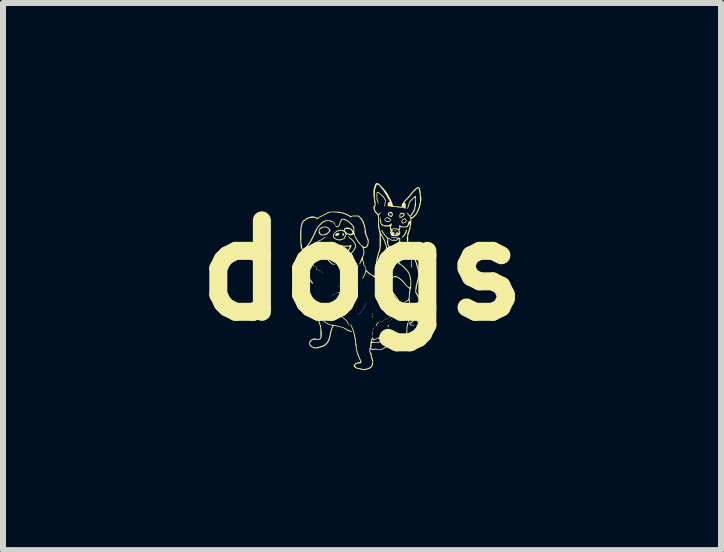
<source format=kicad_pcb>
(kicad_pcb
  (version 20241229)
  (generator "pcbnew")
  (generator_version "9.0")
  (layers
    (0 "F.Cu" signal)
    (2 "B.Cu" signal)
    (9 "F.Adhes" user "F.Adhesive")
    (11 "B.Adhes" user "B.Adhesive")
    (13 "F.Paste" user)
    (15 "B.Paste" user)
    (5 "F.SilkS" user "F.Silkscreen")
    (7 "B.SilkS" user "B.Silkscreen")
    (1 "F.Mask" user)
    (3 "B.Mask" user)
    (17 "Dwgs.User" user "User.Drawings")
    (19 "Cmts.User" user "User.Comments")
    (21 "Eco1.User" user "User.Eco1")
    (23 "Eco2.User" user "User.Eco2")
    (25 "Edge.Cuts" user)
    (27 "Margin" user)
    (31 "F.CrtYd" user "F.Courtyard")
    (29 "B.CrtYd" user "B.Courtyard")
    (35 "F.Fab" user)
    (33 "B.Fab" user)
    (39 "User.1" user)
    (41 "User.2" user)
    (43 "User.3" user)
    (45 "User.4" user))
  (footprint "dogs"
    (layer "F.Cu")
    (at 2.983 1.457)
    (property "Reference" "dogs" (at 0 0 0) (layer "F.SilkS") (effects (font (size 1.524 1.524) (thickness 0.3))))
    (attr board_only exclude_from_pos_files exclude_from_bom)
    (fp_poly (pts (xy -0.633 -0.381) (xy -0.635 -0.379) (xy -0.637 -0.381) (xy -0.635 -0.383)) (stroke (width 0) (type solid)) (fill yes) (layer "F.SilkS"))
    (fp_poly (pts (xy -0.464 -0.313) (xy -0.466 -0.312) (xy -0.467 -0.313) (xy -0.466 -0.315)) (stroke (width 0) (type solid)) (fill yes) (layer "F.SilkS"))
    (fp_poly (pts (xy 0.407 0.899) (xy 0.405 0.901) (xy 0.403 0.899) (xy 0.405 0.898)) (stroke (width 0) (type solid)) (fill yes) (layer "F.SilkS"))
    (fp_poly (pts (xy 0.501 0.808) (xy 0.5 0.81) (xy 0.498 0.808) (xy 0.5 0.806)) (stroke (width 0) (type solid)) (fill yes) (layer "F.SilkS"))
    (fp_poly (pts (xy 0.657 -0.54) (xy 0.655 -0.539) (xy 0.654 -0.54) (xy 0.655 -0.542)) (stroke (width 0) (type solid)) (fill yes) (layer "F.SilkS"))
    (fp_poly (pts (xy -0.818 -0.117) (xy -0.818 -0.115) (xy -0.82 -0.115) (xy -0.823 -0.116) (xy -0.822 -0.117) (xy -0.818 -0.118)) (stroke (width 0) (type solid)) (fill yes) (layer "F.SilkS"))
    (fp_poly (pts (xy -0.78 0.524) (xy -0.78 0.53) (xy -0.78 0.531) (xy -0.782 0.53) (xy -0.782 0.526) (xy -0.781 0.523)) (stroke (width 0) (type solid)) (fill yes) (layer "F.SilkS"))
    (fp_poly (pts (xy -0.767 0.501) (xy -0.766 0.507) (xy -0.767 0.509) (xy -0.768 0.509) (xy -0.768 0.505) (xy -0.768 0.5)) (stroke (width 0) (type solid)) (fill yes) (layer "F.SilkS"))
    (fp_poly (pts (xy -0.753 0.47) (xy -0.753 0.477) (xy -0.753 0.478) (xy -0.754 0.479) (xy -0.755 0.474) (xy -0.754 0.469)) (stroke (width 0) (type solid)) (fill yes) (layer "F.SilkS"))
    (fp_poly (pts (xy -0.316 0.489) (xy -0.317 0.491) (xy -0.318 0.491) (xy -0.321 0.49) (xy -0.321 0.489) (xy -0.317 0.489)) (stroke (width 0) (type solid)) (fill yes) (layer "F.SilkS"))
    (fp_poly (pts (xy -0.263 0.462) (xy -0.263 0.463) (xy -0.268 0.464) (xy -0.272 0.463) (xy -0.272 0.462) (xy -0.265 0.461)) (stroke (width 0) (type solid)) (fill yes) (layer "F.SilkS"))
    (fp_poly (pts (xy -0.201 0.936) (xy -0.201 0.938) (xy -0.203 0.938) (xy -0.206 0.937) (xy -0.206 0.936) (xy -0.201 0.936)) (stroke (width 0) (type solid)) (fill yes) (layer "F.SilkS"))
    (fp_poly (pts (xy -0.069 0.25) (xy -0.068 0.255) (xy -0.069 0.257) (xy -0.071 0.256) (xy -0.071 0.252) (xy -0.07 0.248)) (stroke (width 0) (type solid)) (fill yes) (layer "F.SilkS"))
    (fp_poly (pts (xy -0.055 0.226) (xy -0.055 0.233) (xy -0.055 0.235) (xy -0.057 0.235) (xy -0.057 0.23) (xy -0.057 0.226)) (stroke (width 0) (type solid)) (fill yes) (layer "F.SilkS"))
    (fp_poly (pts (xy 0.162 0.713) (xy 0.161 0.714) (xy 0.157 0.715) (xy 0.154 0.714) (xy 0.155 0.712) (xy 0.16 0.712)) (stroke (width 0) (type solid)) (fill yes) (layer "F.SilkS"))
    (fp_poly (pts (xy 0.168 0.801) (xy 0.169 0.805) (xy 0.168 0.805) (xy 0.166 0.805) (xy 0.166 0.803) (xy 0.167 0.8)) (stroke (width 0) (type solid)) (fill yes) (layer "F.SilkS"))
    (fp_poly (pts (xy 0.419 0.882) (xy 0.419 0.886) (xy 0.419 0.886) (xy 0.417 0.886) (xy 0.417 0.884) (xy 0.418 0.881)) (stroke (width 0) (type solid)) (fill yes) (layer "F.SilkS"))
    (fp_poly (pts (xy 0.21 0.949) (xy 0.211 0.952) (xy 0.21 0.955) (xy 0.207 0.957) (xy 0.205 0.955) (xy 0.204 0.95) (xy 0.208 0.949)) (stroke (width 0) (type solid)) (fill yes) (layer "F.SilkS"))
    (fp_poly (pts (xy 0.223 0.936) (xy 0.224 0.937) (xy 0.221 0.941) (xy 0.22 0.941) (xy 0.217 0.94) (xy 0.217 0.939) (xy 0.22 0.935)) (stroke (width 0) (type solid)) (fill yes) (layer "F.SilkS"))
    (fp_poly (pts (xy 0.305 0.845) (xy 0.302 0.849) (xy 0.3 0.85) (xy 0.295 0.849) (xy 0.295 0.846) (xy 0.299 0.843) (xy 0.303 0.842)) (stroke (width 0) (type solid)) (fill yes) (layer "F.SilkS"))
    (fp_poly (pts (xy 0.461 0.845) (xy 0.46 0.847) (xy 0.457 0.848) (xy 0.454 0.847) (xy 0.452 0.844) (xy 0.454 0.842) (xy 0.459 0.841)) (stroke (width 0) (type solid)) (fill yes) (layer "F.SilkS"))
    (fp_poly (pts (xy -0.844 -0.137) (xy -0.839 -0.134) (xy -0.834 -0.13) (xy -0.836 -0.129) (xy -0.841 -0.129) (xy -0.848 -0.13) (xy -0.85 -0.134) (xy -0.849 -0.138)) (stroke (width 0) (type solid)) (fill yes) (layer "F.SilkS"))
    (fp_poly (pts (xy -0.725 0.355) (xy -0.725 0.356) (xy -0.728 0.359) (xy -0.729 0.359) (xy -0.731 0.357) (xy -0.73 0.356) (xy -0.727 0.352) (xy -0.726 0.352)) (stroke (width 0) (type solid)) (fill yes) (layer "F.SilkS"))
    (fp_poly (pts (xy -0.712 0.331) (xy -0.713 0.332) (xy -0.716 0.335) (xy -0.717 0.335) (xy -0.717 0.333) (xy -0.716 0.332) (xy -0.713 0.329) (xy -0.713 0.329)) (stroke (width 0) (type solid)) (fill yes) (layer "F.SilkS"))
    (fp_poly (pts (xy -0.687 0.012) (xy -0.686 0.014) (xy -0.687 0.016) (xy -0.691 0.017) (xy -0.696 0.016) (xy -0.698 0.014) (xy -0.695 0.011) (xy -0.693 0.01)) (stroke (width 0) (type solid)) (fill yes) (layer "F.SilkS"))
    (fp_poly (pts (xy -0.671 0.026) (xy -0.671 0.027) (xy -0.673 0.03) (xy -0.674 0.03) (xy -0.677 0.028) (xy -0.678 0.027) (xy -0.675 0.024) (xy -0.674 0.024)) (stroke (width 0) (type solid)) (fill yes) (layer "F.SilkS"))
    (fp_poly (pts (xy -0.651 0.039) (xy -0.649 0.041) (xy -0.65 0.043) (xy -0.655 0.044) (xy -0.662 0.043) (xy -0.664 0.041) (xy -0.661 0.038) (xy -0.657 0.037)) (stroke (width 0) (type solid)) (fill yes) (layer "F.SilkS"))
    (fp_poly (pts (xy -0.569 -0.306) (xy -0.568 -0.306) (xy -0.566 -0.301) (xy -0.568 -0.297) (xy -0.571 -0.296) (xy -0.572 -0.3) (xy -0.572 -0.301) (xy -0.572 -0.307)) (stroke (width 0) (type solid)) (fill yes) (layer "F.SilkS"))
    (fp_poly (pts (xy -0.49 0.408) (xy -0.488 0.41) (xy -0.491 0.412) (xy -0.496 0.413) (xy -0.503 0.412) (xy -0.505 0.41) (xy -0.502 0.407) (xy -0.496 0.407)) (stroke (width 0) (type solid)) (fill yes) (layer "F.SilkS"))
    (fp_poly (pts (xy -0.331 0.236) (xy -0.331 0.239) (xy -0.337 0.241) (xy -0.344 0.242) (xy -0.347 0.24) (xy -0.346 0.237) (xy -0.341 0.235) (xy -0.335 0.235)) (stroke (width 0) (type solid)) (fill yes) (layer "F.SilkS"))
    (fp_poly (pts (xy -0.287 0.475) (xy -0.287 0.477) (xy -0.292 0.477) (xy -0.293 0.477) (xy -0.298 0.476) (xy -0.298 0.475) (xy -0.297 0.475) (xy -0.29 0.475)) (stroke (width 0) (type solid)) (fill yes) (layer "F.SilkS"))
    (fp_poly (pts (xy -0.224 0.435) (xy -0.224 0.437) (xy -0.226 0.44) (xy -0.227 0.44) (xy -0.231 0.438) (xy -0.232 0.437) (xy -0.231 0.434) (xy -0.229 0.434)) (stroke (width 0) (type solid)) (fill yes) (layer "F.SilkS"))
    (fp_poly (pts (xy -0.21 0.924) (xy -0.21 0.926) (xy -0.212 0.931) (xy -0.213 0.932) (xy -0.216 0.929) (xy -0.217 0.926) (xy -0.215 0.922) (xy -0.213 0.921)) (stroke (width 0) (type solid)) (fill yes) (layer "F.SilkS"))
    (fp_poly (pts (xy -0.207 0.422) (xy -0.207 0.423) (xy -0.209 0.426) (xy -0.212 0.427) (xy -0.216 0.425) (xy -0.217 0.423) (xy -0.214 0.42) (xy -0.212 0.42)) (stroke (width 0) (type solid)) (fill yes) (layer "F.SilkS"))
    (fp_poly (pts (xy -0.174 0.03) (xy -0.173 0.039) (xy -0.174 0.043) (xy -0.175 0.044) (xy -0.175 0.039) (xy -0.175 0.036) (xy -0.175 0.029) (xy -0.174 0.028)) (stroke (width 0) (type solid)) (fill yes) (layer "F.SilkS"))
    (fp_poly (pts (xy -0.171 0.234) (xy -0.171 0.239) (xy -0.172 0.241) (xy -0.176 0.242) (xy -0.177 0.241) (xy -0.177 0.236) (xy -0.176 0.234) (xy -0.173 0.231)) (stroke (width 0) (type solid)) (fill yes) (layer "F.SilkS"))
    (fp_poly (pts (xy -0.147 0.182) (xy -0.146 0.188) (xy -0.147 0.194) (xy -0.149 0.196) (xy -0.152 0.194) (xy -0.152 0.19) (xy -0.151 0.183) (xy -0.149 0.181)) (stroke (width 0) (type solid)) (fill yes) (layer "F.SilkS"))
    (fp_poly (pts (xy -0.119 0.331) (xy -0.119 0.332) (xy -0.121 0.336) (xy -0.122 0.337) (xy -0.125 0.336) (xy -0.125 0.334) (xy -0.124 0.329) (xy -0.122 0.329)) (stroke (width 0) (type solid)) (fill yes) (layer "F.SilkS"))
    (fp_poly (pts (xy -0.106 0.311) (xy -0.105 0.315) (xy -0.106 0.321) (xy -0.108 0.322) (xy -0.111 0.319) (xy -0.112 0.315) (xy -0.11 0.31) (xy -0.108 0.308)) (stroke (width 0) (type solid)) (fill yes) (layer "F.SilkS"))
    (fp_poly (pts (xy -0.092 0.29) (xy -0.092 0.296) (xy -0.095 0.301) (xy -0.097 0.304) (xy -0.098 0.3) (xy -0.098 0.297) (xy -0.097 0.29) (xy -0.095 0.288)) (stroke (width 0) (type solid)) (fill yes) (layer "F.SilkS"))
    (fp_poly (pts (xy -0.078 0.271) (xy -0.078 0.273) (xy -0.08 0.278) (xy -0.081 0.279) (xy -0.084 0.278) (xy -0.085 0.273) (xy -0.084 0.267) (xy -0.081 0.266)) (stroke (width 0) (type solid)) (fill yes) (layer "F.SilkS"))
    (fp_poly (pts (xy -0.07 0.74) (xy -0.07 0.741) (xy -0.075 0.741) (xy -0.076 0.741) (xy -0.081 0.741) (xy -0.081 0.74) (xy -0.08 0.74) (xy -0.073 0.739)) (stroke (width 0) (type solid)) (fill yes) (layer "F.SilkS"))
    (fp_poly (pts (xy -0.048 0.723) (xy -0.047 0.725) (xy -0.05 0.728) (xy -0.053 0.73) (xy -0.057 0.729) (xy -0.058 0.727) (xy -0.055 0.722) (xy -0.053 0.722)) (stroke (width 0) (type solid)) (fill yes) (layer "F.SilkS"))
    (fp_poly (pts (xy -0.012 0.687) (xy -0.012 0.689) (xy -0.016 0.694) (xy -0.017 0.694) (xy -0.02 0.692) (xy -0.02 0.689) (xy -0.018 0.685) (xy -0.015 0.684)) (stroke (width 0) (type solid)) (fill yes) (layer "F.SilkS"))
    (fp_poly (pts (xy -0.000099 0.145) (xy 0 0.146) (xy -0.003 0.149) (xy -0.003 0.149) (xy -0.007 0.146) (xy -0.007 0.146) (xy -0.004 0.142) (xy -0.003 0.142)) (stroke (width 0) (type solid)) (fill yes) (layer "F.SilkS"))
    (fp_poly (pts (xy -0.000099 0.673) (xy 0 0.674) (xy -0.003 0.677) (xy -0.003 0.678) (xy -0.007 0.675) (xy -0.007 0.674) (xy -0.004 0.671) (xy -0.003 0.671)) (stroke (width 0) (type solid)) (fill yes) (layer "F.SilkS"))
    (fp_poly (pts (xy 0.013 0.653) (xy 0.014 0.657) (xy 0.012 0.663) (xy 0.01 0.664) (xy 0.007 0.661) (xy 0.007 0.659) (xy 0.009 0.653) (xy 0.01 0.652)) (stroke (width 0) (type solid)) (fill yes) (layer "F.SilkS"))
    (fp_poly (pts (xy 0.067 0.553) (xy 0.065 0.557) (xy 0.062 0.561) (xy 0.06 0.559) (xy 0.06 0.558) (xy 0.06 0.552) (xy 0.061 0.55) (xy 0.066 0.549)) (stroke (width 0) (type solid)) (fill yes) (layer "F.SilkS"))
    (fp_poly (pts (xy 0.077 0.538) (xy 0.078 0.54) (xy 0.076 0.545) (xy 0.075 0.545) (xy 0.071 0.543) (xy 0.071 0.542) (xy 0.074 0.538) (xy 0.075 0.537)) (stroke (width 0) (type solid)) (fill yes) (layer "F.SilkS"))
    (fp_poly (pts (xy 0.183 0.71) (xy 0.184 0.715) (xy 0.183 0.719) (xy 0.18 0.723) (xy 0.178 0.722) (xy 0.175 0.717) (xy 0.176 0.711) (xy 0.178 0.709)) (stroke (width 0) (type solid)) (fill yes) (layer "F.SilkS"))
    (fp_poly (pts (xy 0.287 -1.077) (xy 0.287 -1.076) (xy 0.287 -1.069) (xy 0.287 -1.066) (xy 0.286 -1.066) (xy 0.285 -1.071) (xy 0.285 -1.072) (xy 0.286 -1.077)) (stroke (width 0) (type solid)) (fill yes) (layer "F.SilkS"))
    (fp_poly (pts (xy 0.337 -0.975) (xy 0.338 -0.973) (xy 0.332 -0.971) (xy 0.332 -0.971) (xy 0.326 -0.971) (xy 0.323 -0.973) (xy 0.325 -0.975) (xy 0.33 -0.976)) (stroke (width 0) (type solid)) (fill yes) (layer "F.SilkS"))
    (fp_poly (pts (xy 0.356 1.066) (xy 0.356 1.067) (xy 0.353 1.07) (xy 0.352 1.07) (xy 0.35 1.068) (xy 0.351 1.067) (xy 0.354 1.064) (xy 0.354 1.064)) (stroke (width 0) (type solid)) (fill yes) (layer "F.SilkS"))
    (fp_poly (pts (xy 0.369 1.043) (xy 0.369 1.047) (xy 0.368 1.053) (xy 0.366 1.055) (xy 0.363 1.054) (xy 0.362 1.049) (xy 0.364 1.042) (xy 0.366 1.04)) (stroke (width 0) (type solid)) (fill yes) (layer "F.SilkS"))
    (fp_poly (pts (xy 0.369 0.83) (xy 0.368 0.833) (xy 0.363 0.836) (xy 0.356 0.836) (xy 0.354 0.834) (xy 0.356 0.831) (xy 0.36 0.829) (xy 0.367 0.828)) (stroke (width 0) (type solid)) (fill yes) (layer "F.SilkS"))
    (fp_poly (pts (xy 0.418 0.802) (xy 0.42 0.805) (xy 0.417 0.809) (xy 0.412 0.81) (xy 0.405 0.809) (xy 0.403 0.807) (xy 0.406 0.804) (xy 0.412 0.802)) (stroke (width 0) (type solid)) (fill yes) (layer "F.SilkS"))
    (fp_poly (pts (xy 0.433 0.866) (xy 0.434 0.869) (xy 0.432 0.873) (xy 0.43 0.874) (xy 0.427 0.872) (xy 0.427 0.871) (xy 0.429 0.866) (xy 0.43 0.866)) (stroke (width 0) (type solid)) (fill yes) (layer "F.SilkS"))
    (fp_poly (pts (xy 0.447 0.856) (xy 0.447 0.857) (xy 0.444 0.86) (xy 0.442 0.86) (xy 0.438 0.859) (xy 0.439 0.857) (xy 0.443 0.854) (xy 0.444 0.854)) (stroke (width 0) (type solid)) (fill yes) (layer "F.SilkS"))
    (fp_poly (pts (xy 0.475 0.829) (xy 0.476 0.83) (xy 0.475 0.834) (xy 0.475 0.835) (xy 0.47 0.835) (xy 0.469 0.834) (xy 0.47 0.829) (xy 0.471 0.828)) (stroke (width 0) (type solid)) (fill yes) (layer "F.SilkS"))
    (fp_poly (pts (xy -0.739 0.387) (xy -0.739 0.389) (xy -0.739 0.397) (xy -0.74 0.399) (xy -0.742 0.395) (xy -0.743 0.393) (xy -0.743 0.386) (xy -0.742 0.382) (xy -0.739 0.381)) (stroke (width 0) (type solid)) (fill yes) (layer "F.SilkS"))
    (fp_poly (pts (xy -0.357 0.249) (xy -0.355 0.249) (xy -0.354 0.252) (xy -0.358 0.254) (xy -0.367 0.257) (xy -0.372 0.256) (xy -0.373 0.254) (xy -0.37 0.251) (xy -0.363 0.249)) (stroke (width 0) (type solid)) (fill yes) (layer "F.SilkS"))
    (fp_poly (pts (xy -0.198 0.102) (xy -0.198 0.103) (xy -0.198 0.109) (xy -0.199 0.112) (xy -0.203 0.113) (xy -0.204 0.111) (xy -0.204 0.104) (xy -0.203 0.101) (xy -0.2 0.099)) (stroke (width 0) (type solid)) (fill yes) (layer "F.SilkS"))
    (fp_poly (pts (xy -0.158 0.209) (xy -0.158 0.213) (xy -0.159 0.22) (xy -0.161 0.225) (xy -0.163 0.227) (xy -0.165 0.224) (xy -0.166 0.219) (xy -0.165 0.211) (xy -0.162 0.208)) (stroke (width 0) (type solid)) (fill yes) (layer "F.SilkS"))
    (fp_poly (pts (xy -0.054 -0.093) (xy -0.053 -0.091) (xy -0.052 -0.085) (xy -0.053 -0.079) (xy -0.056 -0.076) (xy -0.059 -0.077) (xy -0.059 -0.083) (xy -0.058 -0.089) (xy -0.055 -0.094)) (stroke (width 0) (type solid)) (fill yes) (layer "F.SilkS"))
    (fp_poly (pts (xy 0.184 0.981) (xy 0.185 0.983) (xy 0.185 0.989) (xy 0.183 0.994) (xy 0.18 0.995) (xy 0.179 0.994) (xy 0.178 0.989) (xy 0.18 0.984) (xy 0.182 0.979)) (stroke (width 0) (type solid)) (fill yes) (layer "F.SilkS"))
    (fp_poly (pts (xy 0.319 0.853) (xy 0.322 0.857) (xy 0.319 0.86) (xy 0.314 0.86) (xy 0.31 0.857) (xy 0.31 0.857) (xy 0.309 0.852) (xy 0.309 0.851) (xy 0.314 0.851)) (stroke (width 0) (type solid)) (fill yes) (layer "F.SilkS"))
    (fp_poly (pts (xy 0.42 0.968) (xy 0.421 0.972) (xy 0.421 0.978) (xy 0.419 0.981) (xy 0.416 0.981) (xy 0.416 0.98) (xy 0.415 0.975) (xy 0.417 0.971) (xy 0.418 0.966)) (stroke (width 0) (type solid)) (fill yes) (layer "F.SilkS"))
    (fp_poly (pts (xy -0.77 -0.067) (xy -0.766 -0.065) (xy -0.766 -0.064) (xy -0.769 -0.062) (xy -0.776 -0.061) (xy -0.783 -0.062) (xy -0.788 -0.064) (xy -0.786 -0.067) (xy -0.779 -0.068) (xy -0.778 -0.068)) (stroke (width 0) (type solid)) (fill yes) (layer "F.SilkS"))
    (fp_poly (pts (xy -0.379 0.264) (xy -0.379 0.264) (xy -0.382 0.267) (xy -0.39 0.268) (xy -0.39 0.268) (xy -0.397 0.267) (xy -0.398 0.266) (xy -0.396 0.264) (xy -0.389 0.261) (xy -0.383 0.261)) (stroke (width 0) (type solid)) (fill yes) (layer "F.SilkS"))
    (fp_poly (pts (xy -0.239 0.446) (xy -0.239 0.45) (xy -0.239 0.451) (xy -0.243 0.453) (xy -0.249 0.454) (xy -0.254 0.452) (xy -0.254 0.451) (xy -0.251 0.448) (xy -0.245 0.446) (xy -0.24 0.446)) (stroke (width 0) (type solid)) (fill yes) (layer "F.SilkS"))
    (fp_poly (pts (xy -0.185 0.25) (xy -0.184 0.256) (xy -0.185 0.26) (xy -0.188 0.266) (xy -0.191 0.268) (xy -0.193 0.265) (xy -0.193 0.263) (xy -0.191 0.257) (xy -0.19 0.253) (xy -0.187 0.249)) (stroke (width 0) (type solid)) (fill yes) (layer "F.SilkS"))
    (fp_poly (pts (xy 0.026 0.626) (xy 0.027 0.631) (xy 0.026 0.638) (xy 0.024 0.644) (xy 0.021 0.646) (xy 0.02 0.642) (xy 0.02 0.638) (xy 0.021 0.63) (xy 0.024 0.625) (xy 0.024 0.625)) (stroke (width 0) (type solid)) (fill yes) (layer "F.SilkS"))
    (fp_poly (pts (xy 0.053 0.568) (xy 0.054 0.575) (xy 0.053 0.582) (xy 0.051 0.586) (xy 0.049 0.588) (xy 0.048 0.584) (xy 0.047 0.578) (xy 0.048 0.57) (xy 0.05 0.566) (xy 0.051 0.566)) (stroke (width 0) (type solid)) (fill yes) (layer "F.SilkS"))
    (fp_poly (pts (xy 0.184 0.732) (xy 0.184 0.733) (xy 0.185 0.741) (xy 0.183 0.744) (xy 0.181 0.748) (xy 0.179 0.745) (xy 0.178 0.744) (xy 0.178 0.736) (xy 0.179 0.733) (xy 0.182 0.729)) (stroke (width 0) (type solid)) (fill yes) (layer "F.SilkS"))
    (fp_poly (pts (xy 0.198 0.959) (xy 0.199 0.964) (xy 0.198 0.971) (xy 0.195 0.977) (xy 0.193 0.979) (xy 0.19 0.976) (xy 0.19 0.973) (xy 0.191 0.966) (xy 0.194 0.961) (xy 0.197 0.959)) (stroke (width 0) (type solid)) (fill yes) (layer "F.SilkS"))
    (fp_poly (pts (xy 0.347 0.842) (xy 0.347 0.845) (xy 0.345 0.847) (xy 0.339 0.85) (xy 0.334 0.848) (xy 0.332 0.847) (xy 0.33 0.845) (xy 0.334 0.842) (xy 0.335 0.842) (xy 0.342 0.841)) (stroke (width 0) (type solid)) (fill yes) (layer "F.SilkS"))
    (fp_poly (pts (xy 0.394 0.815) (xy 0.395 0.819) (xy 0.395 0.82) (xy 0.39 0.822) (xy 0.384 0.823) (xy 0.378 0.822) (xy 0.376 0.82) (xy 0.379 0.817) (xy 0.385 0.815) (xy 0.392 0.814)) (stroke (width 0) (type solid)) (fill yes) (layer "F.SilkS"))
    (fp_poly (pts (xy 0.444 0.79) (xy 0.446 0.793) (xy 0.445 0.793) (xy 0.441 0.795) (xy 0.435 0.796) (xy 0.429 0.795) (xy 0.427 0.793) (xy 0.43 0.79) (xy 0.437 0.789) (xy 0.437 0.789)) (stroke (width 0) (type solid)) (fill yes) (layer "F.SilkS"))
    (fp_poly (pts (xy 0.498 0.815) (xy 0.497 0.818) (xy 0.492 0.821) (xy 0.487 0.823) (xy 0.485 0.823) (xy 0.481 0.821) (xy 0.481 0.82) (xy 0.484 0.817) (xy 0.49 0.815) (xy 0.496 0.814)) (stroke (width 0) (type solid)) (fill yes) (layer "F.SilkS"))
    (fp_poly (pts (xy 0.585 -0.66) (xy 0.589 -0.658) (xy 0.589 -0.657) (xy 0.587 -0.655) (xy 0.58 -0.654) (xy 0.573 -0.655) (xy 0.569 -0.657) (xy 0.567 -0.659) (xy 0.571 -0.66) (xy 0.577 -0.661)) (stroke (width 0) (type solid)) (fill yes) (layer "F.SilkS"))
    (fp_poly (pts (xy 0.737 -0.964) (xy 0.74 -0.962) (xy 0.739 -0.96) (xy 0.732 -0.959) (xy 0.73 -0.959) (xy 0.722 -0.959) (xy 0.72 -0.962) (xy 0.72 -0.962) (xy 0.725 -0.965) (xy 0.73 -0.965)) (stroke (width 0) (type solid)) (fill yes) (layer "F.SilkS"))
    (fp_poly (pts (xy -0.71 -0.002) (xy -0.706 -0.000301) (xy -0.702 0.002) (xy -0.704 0.003) (xy -0.708 0.004) (xy -0.718 0.004) (xy -0.726 0.004) (xy -0.732 0.002) (xy -0.733 -0.000231) (xy -0.728 -0.003) (xy -0.72 -0.003)) (stroke (width 0) (type solid)) (fill yes) (layer "F.SilkS"))
    (fp_poly (pts (xy -0.186 0.063) (xy -0.184 0.068) (xy -0.183 0.076) (xy -0.184 0.084) (xy -0.186 0.088) (xy -0.189 0.09) (xy -0.19 0.088) (xy -0.191 0.081) (xy -0.191 0.073) (xy -0.189 0.067) (xy -0.187 0.063)) (stroke (width 0) (type solid)) (fill yes) (layer "F.SilkS"))
    (fp_poly (pts (xy 0.04 0.596) (xy 0.041 0.601) (xy 0.04 0.608) (xy 0.038 0.615) (xy 0.037 0.617) (xy 0.035 0.618) (xy 0.034 0.614) (xy 0.034 0.609) (xy 0.035 0.6) (xy 0.037 0.595) (xy 0.037 0.595)) (stroke (width 0) (type solid)) (fill yes) (layer "F.SilkS"))
    (fp_poly (pts (xy -0.455 0.394) (xy -0.452 0.396) (xy -0.452 0.396) (xy -0.457 0.398) (xy -0.465 0.4) (xy -0.468 0.4) (xy -0.476 0.399) (xy -0.48 0.397) (xy -0.479 0.396) (xy -0.475 0.394) (xy -0.466 0.393) (xy -0.464 0.393)) (stroke (width 0) (type solid)) (fill yes) (layer "F.SilkS"))
    (fp_poly (pts (xy -0.421 0.38) (xy -0.417 0.382) (xy -0.417 0.383) (xy -0.42 0.385) (xy -0.427 0.386) (xy -0.43 0.386) (xy -0.439 0.385) (xy -0.442 0.384) (xy -0.442 0.383) (xy -0.438 0.381) (xy -0.429 0.379) (xy -0.428 0.379)) (stroke (width 0) (type solid)) (fill yes) (layer "F.SilkS"))
    (fp_poly (pts (xy -0.022 0.7) (xy -0.025 0.705) (xy -0.03 0.711) (xy -0.037 0.717) (xy -0.042 0.72) (xy -0.044 0.719) (xy -0.044 0.719) (xy -0.042 0.713) (xy -0.036 0.707) (xy -0.03 0.701) (xy -0.024 0.698) (xy -0.024 0.698)) (stroke (width 0) (type solid)) (fill yes) (layer "F.SilkS"))
    (fp_poly (pts (xy 0.17 0.754) (xy 0.172 0.759) (xy 0.172 0.768) (xy 0.171 0.778) (xy 0.17 0.786) (xy 0.168 0.791) (xy 0.167 0.79) (xy 0.166 0.783) (xy 0.166 0.781) (xy 0.165 0.768) (xy 0.166 0.758) (xy 0.168 0.754)) (stroke (width 0) (type solid)) (fill yes) (layer "F.SilkS"))
    (fp_poly (pts (xy 0.479 0.776) (xy 0.483 0.778) (xy 0.483 0.779) (xy 0.478 0.781) (xy 0.47 0.782) (xy 0.467 0.783) (xy 0.459 0.782) (xy 0.454 0.78) (xy 0.454 0.779) (xy 0.457 0.777) (xy 0.465 0.776) (xy 0.469 0.776)) (stroke (width 0) (type solid)) (fill yes) (layer "F.SilkS"))
    (fp_poly (pts (xy 0.559 -0.676) (xy 0.565 -0.673) (xy 0.566 -0.67) (xy 0.565 -0.669) (xy 0.56 -0.667) (xy 0.551 -0.666) (xy 0.541 -0.666) (xy 0.536 -0.666) (xy 0.528 -0.668) (xy 0.525 -0.671) (xy 0.528 -0.674) (xy 0.536 -0.676) (xy 0.547 -0.677) (xy 0.551 -0.677)) (stroke (width 0) (type solid)) (fill yes) (layer "F.SilkS"))
    (fp_poly (pts (xy -0.805 -0.101) (xy -0.804 -0.089) (xy -0.802 -0.079) (xy -0.8 -0.071) (xy -0.799 -0.07) (xy -0.796 -0.064) (xy -0.799 -0.061) (xy -0.803 -0.061) (xy -0.806 -0.062) (xy -0.808 -0.064) (xy -0.809 -0.071) (xy -0.81 -0.082) (xy -0.81 -0.085) (xy -0.809 -0.099) (xy -0.808 -0.106) (xy -0.807 -0.106)) (stroke (width 0) (type solid)) (fill yes) (layer "F.SilkS"))
    (fp_poly (pts (xy -0.752 -0.048) (xy -0.752 -0.041) (xy -0.751 -0.029) (xy -0.748 -0.02) (xy -0.747 -0.018) (xy -0.743 -0.012) (xy -0.744 -0.01) (xy -0.748 -0.01) (xy -0.754 -0.011) (xy -0.757 -0.012) (xy -0.758 -0.017) (xy -0.759 -0.027) (xy -0.758 -0.037) (xy -0.757 -0.046) (xy -0.755 -0.051) (xy -0.753 -0.052)) (stroke (width 0) (type solid)) (fill yes) (layer "F.SilkS"))
    (fp_poly (pts (xy -0.309 -0.621) (xy -0.304 -0.612) (xy -0.302 -0.598) (xy -0.302 -0.595) (xy -0.303 -0.585) (xy -0.305 -0.579) (xy -0.309 -0.577) (xy -0.312 -0.577) (xy -0.32 -0.578) (xy -0.323 -0.581) (xy -0.324 -0.587) (xy -0.325 -0.598) (xy -0.325 -0.605) (xy -0.325 -0.616) (xy -0.324 -0.621) (xy -0.321 -0.623) (xy -0.319 -0.623)) (stroke (width 0) (type solid)) (fill yes) (layer "F.SilkS"))
    (fp_poly (pts (xy -0.621 -0.366) (xy -0.619 -0.361) (xy -0.613 -0.35) (xy -0.603 -0.34) (xy -0.592 -0.334) (xy -0.589 -0.333) (xy -0.582 -0.331) (xy -0.577 -0.328) (xy -0.577 -0.326) (xy -0.58 -0.325) (xy -0.587 -0.324) (xy -0.591 -0.324) (xy -0.6 -0.324) (xy -0.605 -0.325) (xy -0.616 -0.333) (xy -0.625 -0.345) (xy -0.629 -0.357) (xy -0.63 -0.365) (xy -0.628 -0.369) (xy -0.626 -0.369)) (stroke (width 0) (type solid)) (fill yes) (layer "F.SilkS"))
    (fp_poly (pts (xy 0.171 1.005) (xy 0.172 1.014) (xy 0.172 1.027) (xy 0.172 1.042) (xy 0.172 1.057) (xy 0.172 1.071) (xy 0.171 1.081) (xy 0.17 1.087) (xy 0.168 1.092) (xy 0.167 1.092) (xy 0.166 1.085) (xy 0.166 1.084) (xy 0.165 1.074) (xy 0.165 1.061) (xy 0.165 1.047) (xy 0.166 1.032) (xy 0.167 1.019) (xy 0.168 1.009) (xy 0.169 1.002) (xy 0.17 1.001)) (stroke (width 0) (type solid)) (fill yes) (layer "F.SilkS"))
    (fp_poly (pts (xy 0.43 0.909) (xy 0.449 0.91) (xy 0.448 0.922) (xy 0.446 0.935) (xy 0.439 0.943) (xy 0.431 0.95) (xy 0.427 0.952) (xy 0.426 0.949) (xy 0.429 0.943) (xy 0.434 0.937) (xy 0.438 0.935) (xy 0.44 0.932) (xy 0.44 0.926) (xy 0.438 0.919) (xy 0.432 0.916) (xy 0.429 0.915) (xy 0.418 0.913) (xy 0.415 0.911) (xy 0.417 0.909) (xy 0.426 0.908)) (stroke (width 0) (type solid)) (fill yes) (layer "F.SilkS"))
    (fp_poly (pts (xy -0.394 -0.623) (xy -0.387 -0.622) (xy -0.386 -0.621) (xy -0.38 -0.615) (xy -0.379 -0.606) (xy -0.38 -0.597) (xy -0.384 -0.589) (xy -0.39 -0.586) (xy -0.391 -0.586) (xy -0.399 -0.584) (xy -0.408 -0.58) (xy -0.408 -0.579) (xy -0.419 -0.574) (xy -0.431 -0.573) (xy -0.44 -0.575) (xy -0.444 -0.577) (xy -0.446 -0.586) (xy -0.445 -0.596) (xy -0.439 -0.607) (xy -0.431 -0.615) (xy -0.421 -0.621) (xy -0.411 -0.624) (xy -0.404 -0.624)) (stroke (width 0) (type solid)) (fill yes) (layer "F.SilkS"))
    (fp_poly (pts (xy 0.413 0.988) (xy 0.413 0.99) (xy 0.411 0.996) (xy 0.406 1.004) (xy 0.399 1.012) (xy 0.393 1.019) (xy 0.388 1.023) (xy 0.387 1.023) (xy 0.383 1.026) (xy 0.383 1.028) (xy 0.381 1.033) (xy 0.379 1.033) (xy 0.377 1.03) (xy 0.376 1.027) (xy 0.378 1.019) (xy 0.381 1.016) (xy 0.385 1.011) (xy 0.386 1.009) (xy 0.389 1.004) (xy 0.394 0.998) (xy 0.401 0.991) (xy 0.407 0.987) (xy 0.41 0.986)) (stroke (width 0) (type solid)) (fill yes) (layer "F.SilkS"))
    (fp_poly (pts (xy 0.83 -0.199) (xy 0.831 -0.188) (xy 0.832 -0.172) (xy 0.833 -0.149) (xy 0.833 -0.128) (xy 0.833 -0.068) (xy 0.824 -0.057) (xy 0.818 -0.051) (xy 0.813 -0.049) (xy 0.812 -0.049) (xy 0.812 -0.054) (xy 0.815 -0.06) (xy 0.815 -0.061) (xy 0.818 -0.065) (xy 0.819 -0.071) (xy 0.82 -0.079) (xy 0.821 -0.092) (xy 0.822 -0.109) (xy 0.822 -0.132) (xy 0.822 -0.132) (xy 0.823 -0.152) (xy 0.823 -0.17) (xy 0.824 -0.185) (xy 0.825 -0.195) (xy 0.826 -0.2) (xy 0.828 -0.203)) (stroke (width 0) (type solid)) (fill yes) (layer "F.SilkS"))
    (fp_poly (pts (xy 0.287 0.856) (xy 0.283 0.861) (xy 0.276 0.869) (xy 0.274 0.871) (xy 0.265 0.881) (xy 0.257 0.891) (xy 0.252 0.899) (xy 0.244 0.914) (xy 0.239 0.924) (xy 0.235 0.928) (xy 0.234 0.928) (xy 0.23 0.926) (xy 0.23 0.926) (xy 0.23 0.916) (xy 0.234 0.908) (xy 0.235 0.906) (xy 0.239 0.901) (xy 0.242 0.893) (xy 0.246 0.885) (xy 0.253 0.876) (xy 0.261 0.87) (xy 0.267 0.867) (xy 0.271 0.865) (xy 0.271 0.862) (xy 0.274 0.857) (xy 0.282 0.854) (xy 0.286 0.854)) (stroke (width 0) (type solid)) (fill yes) (layer "F.SilkS"))
    (fp_poly (pts (xy 0.747 -0.676) (xy 0.75 -0.672) (xy 0.748 -0.663) (xy 0.747 -0.662) (xy 0.743 -0.651) (xy 0.742 -0.642) (xy 0.74 -0.633) (xy 0.737 -0.627) (xy 0.733 -0.621) (xy 0.73 -0.614) (xy 0.727 -0.608) (xy 0.721 -0.598) (xy 0.713 -0.587) (xy 0.711 -0.584) (xy 0.699 -0.57) (xy 0.687 -0.559) (xy 0.677 -0.551) (xy 0.668 -0.546) (xy 0.663 -0.546) (xy 0.661 -0.55) (xy 0.661 -0.55) (xy 0.663 -0.556) (xy 0.667 -0.56) (xy 0.672 -0.565) (xy 0.68 -0.573) (xy 0.688 -0.582) (xy 0.695 -0.592) (xy 0.7 -0.599) (xy 0.701 -0.602) (xy 0.704 -0.607) (xy 0.708 -0.611) (xy 0.713 -0.619) (xy 0.715 -0.625) (xy 0.717 -0.633) (xy 0.721 -0.64) (xy 0.725 -0.649) (xy 0.728 -0.66) (xy 0.728 -0.662) (xy 0.73 -0.671) (xy 0.734 -0.676) (xy 0.738 -0.677)) (stroke (width 0) (type solid)) (fill yes) (layer "F.SilkS"))
    (fp_poly (pts (xy -0.129 0.344) (xy -0.13 0.349) (xy -0.136 0.356) (xy -0.137 0.357) (xy -0.143 0.363) (xy -0.146 0.368) (xy -0.146 0.369) (xy -0.148 0.372) (xy -0.152 0.373) (xy -0.158 0.375) (xy -0.159 0.379) (xy -0.162 0.385) (xy -0.166 0.387) (xy -0.172 0.391) (xy -0.173 0.394) (xy -0.175 0.399) (xy -0.178 0.4) (xy -0.184 0.402) (xy -0.185 0.404) (xy -0.19 0.409) (xy -0.196 0.413) (xy -0.201 0.415) (xy -0.203 0.413) (xy -0.203 0.412) (xy -0.2 0.407) (xy -0.196 0.407) (xy -0.191 0.405) (xy -0.19 0.403) (xy -0.187 0.399) (xy -0.182 0.392) (xy -0.175 0.386) (xy -0.169 0.381) (xy -0.165 0.379) (xy -0.163 0.377) (xy -0.163 0.376) (xy -0.16 0.372) (xy -0.154 0.365) (xy -0.151 0.362) (xy -0.144 0.354) (xy -0.139 0.348) (xy -0.139 0.346) (xy -0.136 0.343) (xy -0.134 0.342)) (stroke (width 0) (type solid)) (fill yes) (layer "F.SilkS"))
    (fp_poly (pts (xy -0.221 -0.224) (xy -0.225 -0.217) (xy -0.227 -0.215) (xy -0.231 -0.208) (xy -0.234 -0.202) (xy -0.234 -0.202) (xy -0.236 -0.197) (xy -0.241 -0.19) (xy -0.252 -0.18) (xy -0.258 -0.172) (xy -0.262 -0.165) (xy -0.262 -0.164) (xy -0.266 -0.157) (xy -0.273 -0.149) (xy -0.281 -0.14) (xy -0.29 -0.132) (xy -0.297 -0.127) (xy -0.3 -0.125) (xy -0.306 -0.123) (xy -0.311 -0.119) (xy -0.316 -0.113) (xy -0.32 -0.112) (xy -0.324 -0.109) (xy -0.328 -0.105) (xy -0.334 -0.1) (xy -0.341 -0.098) (xy -0.347 -0.101) (xy -0.347 -0.102) (xy -0.348 -0.104) (xy -0.346 -0.107) (xy -0.341 -0.112) (xy -0.332 -0.118) (xy -0.319 -0.128) (xy -0.318 -0.128) (xy -0.306 -0.138) (xy -0.292 -0.149) (xy -0.279 -0.163) (xy -0.267 -0.176) (xy -0.257 -0.189) (xy -0.25 -0.199) (xy -0.247 -0.206) (xy -0.247 -0.207) (xy -0.245 -0.211) (xy -0.239 -0.217) (xy -0.236 -0.22) (xy -0.228 -0.226) (xy -0.223 -0.227)) (stroke (width 0) (type solid)) (fill yes) (layer "F.SilkS"))
    (fp_poly (pts (xy 0.485 -0.978) (xy 0.496 -0.972) (xy 0.503 -0.964) (xy 0.51 -0.954) (xy 0.514 -0.945) (xy 0.515 -0.934) (xy 0.515 -0.934) (xy 0.514 -0.923) (xy 0.511 -0.917) (xy 0.508 -0.915) (xy 0.503 -0.909) (xy 0.501 -0.902) (xy 0.499 -0.895) (xy 0.493 -0.892) (xy 0.49 -0.892) (xy 0.48 -0.892) (xy 0.473 -0.895) (xy 0.464 -0.9) (xy 0.457 -0.902) (xy 0.449 -0.907) (xy 0.441 -0.915) (xy 0.433 -0.926) (xy 0.428 -0.936) (xy 0.427 -0.943) (xy 0.45 -0.943) (xy 0.451 -0.933) (xy 0.457 -0.924) (xy 0.467 -0.917) (xy 0.473 -0.915) (xy 0.481 -0.912) (xy 0.486 -0.912) (xy 0.489 -0.913) (xy 0.491 -0.914) (xy 0.494 -0.92) (xy 0.496 -0.929) (xy 0.495 -0.939) (xy 0.493 -0.948) (xy 0.492 -0.95) (xy 0.485 -0.953) (xy 0.475 -0.955) (xy 0.464 -0.955) (xy 0.456 -0.952) (xy 0.455 -0.951) (xy 0.45 -0.943) (xy 0.427 -0.943) (xy 0.427 -0.943) (xy 0.43 -0.951) (xy 0.437 -0.959) (xy 0.445 -0.965) (xy 0.454 -0.969) (xy 0.456 -0.969) (xy 0.464 -0.971) (xy 0.467 -0.974) (xy 0.475 -0.979)) (stroke (width 0) (type solid)) (fill yes) (layer "F.SilkS"))
    (fp_poly (pts (xy 0.672 -0.96) (xy 0.682 -0.957) (xy 0.69 -0.955) (xy 0.691 -0.955) (xy 0.698 -0.953) (xy 0.704 -0.946) (xy 0.71 -0.938) (xy 0.712 -0.931) (xy 0.712 -0.929) (xy 0.703 -0.912) (xy 0.691 -0.898) (xy 0.676 -0.89) (xy 0.674 -0.889) (xy 0.666 -0.886) (xy 0.661 -0.882) (xy 0.653 -0.879) (xy 0.643 -0.876) (xy 0.633 -0.875) (xy 0.628 -0.876) (xy 0.625 -0.88) (xy 0.624 -0.89) (xy 0.623 -0.906) (xy 0.623 -0.912) (xy 0.637 -0.912) (xy 0.637 -0.9) (xy 0.639 -0.894) (xy 0.643 -0.893) (xy 0.648 -0.896) (xy 0.656 -0.9) (xy 0.661 -0.901) (xy 0.666 -0.903) (xy 0.674 -0.909) (xy 0.679 -0.912) (xy 0.687 -0.921) (xy 0.691 -0.929) (xy 0.691 -0.932) (xy 0.689 -0.937) (xy 0.686 -0.939) (xy 0.678 -0.941) (xy 0.67 -0.941) (xy 0.655 -0.94) (xy 0.644 -0.936) (xy 0.639 -0.928) (xy 0.637 -0.914) (xy 0.637 -0.912) (xy 0.623 -0.912) (xy 0.624 -0.92) (xy 0.624 -0.93) (xy 0.627 -0.936) (xy 0.63 -0.942) (xy 0.633 -0.945) (xy 0.644 -0.956) (xy 0.654 -0.962) (xy 0.665 -0.962)) (stroke (width 0) (type solid)) (fill yes) (layer "F.SilkS"))
    (fp_poly (pts (xy 0.435 -0.886) (xy 0.445 -0.881) (xy 0.451 -0.876) (xy 0.455 -0.874) (xy 0.456 -0.874) (xy 0.459 -0.872) (xy 0.465 -0.866) (xy 0.468 -0.864) (xy 0.475 -0.855) (xy 0.477 -0.845) (xy 0.478 -0.84) (xy 0.477 -0.831) (xy 0.474 -0.826) (xy 0.471 -0.824) (xy 0.465 -0.821) (xy 0.464 -0.818) (xy 0.462 -0.814) (xy 0.457 -0.812) (xy 0.447 -0.81) (xy 0.431 -0.81) (xy 0.429 -0.81) (xy 0.415 -0.81) (xy 0.406 -0.811) (xy 0.399 -0.814) (xy 0.392 -0.819) (xy 0.38 -0.831) (xy 0.374 -0.843) (xy 0.374 -0.846) (xy 0.387 -0.846) (xy 0.391 -0.835) (xy 0.394 -0.832) (xy 0.398 -0.828) (xy 0.403 -0.826) (xy 0.411 -0.824) (xy 0.423 -0.824) (xy 0.431 -0.824) (xy 0.445 -0.824) (xy 0.455 -0.824) (xy 0.46 -0.826) (xy 0.462 -0.829) (xy 0.464 -0.838) (xy 0.462 -0.846) (xy 0.455 -0.855) (xy 0.446 -0.862) (xy 0.431 -0.871) (xy 0.418 -0.875) (xy 0.407 -0.873) (xy 0.397 -0.867) (xy 0.389 -0.857) (xy 0.387 -0.846) (xy 0.374 -0.846) (xy 0.374 -0.854) (xy 0.381 -0.864) (xy 0.381 -0.865) (xy 0.39 -0.873) (xy 0.398 -0.88) (xy 0.408 -0.886) (xy 0.421 -0.888)) (stroke (width 0) (type solid)) (fill yes) (layer "F.SilkS"))
    (fp_poly (pts (xy -0.209 0.121) (xy -0.209 0.127) (xy -0.212 0.134) (xy -0.215 0.137) (xy -0.22 0.143) (xy -0.221 0.147) (xy -0.225 0.152) (xy -0.229 0.152) (xy -0.233 0.155) (xy -0.234 0.157) (xy -0.236 0.161) (xy -0.242 0.169) (xy -0.25 0.177) (xy -0.259 0.185) (xy -0.266 0.191) (xy -0.27 0.193) (xy -0.274 0.196) (xy -0.274 0.198) (xy -0.277 0.203) (xy -0.281 0.205) (xy -0.287 0.209) (xy -0.289 0.212) (xy -0.294 0.216) (xy -0.297 0.217) (xy -0.304 0.219) (xy -0.309 0.224) (xy -0.316 0.23) (xy -0.322 0.229) (xy -0.323 0.227) (xy -0.322 0.224) (xy -0.317 0.222) (xy -0.31 0.219) (xy -0.308 0.216) (xy -0.305 0.211) (xy -0.299 0.205) (xy -0.291 0.199) (xy -0.284 0.194) (xy -0.279 0.193) (xy -0.275 0.19) (xy -0.273 0.186) (xy -0.27 0.181) (xy -0.266 0.18) (xy -0.261 0.177) (xy -0.259 0.173) (xy -0.256 0.167) (xy -0.253 0.166) (xy -0.248 0.163) (xy -0.246 0.159) (xy -0.243 0.154) (xy -0.239 0.152) (xy -0.234 0.15) (xy -0.234 0.148) (xy -0.232 0.142) (xy -0.226 0.135) (xy -0.225 0.133) (xy -0.22 0.127) (xy -0.217 0.122) (xy -0.217 0.121) (xy -0.214 0.119) (xy -0.212 0.119)) (stroke (width 0) (type solid)) (fill yes) (layer "F.SilkS"))
    (fp_poly (pts (xy 0.712 -0.869) (xy 0.721 -0.863) (xy 0.728 -0.856) (xy 0.736 -0.847) (xy 0.741 -0.839) (xy 0.742 -0.831) (xy 0.742 -0.828) (xy 0.741 -0.813) (xy 0.738 -0.803) (xy 0.734 -0.8) (xy 0.733 -0.799) (xy 0.728 -0.798) (xy 0.721 -0.793) (xy 0.714 -0.79) (xy 0.703 -0.786) (xy 0.691 -0.784) (xy 0.679 -0.783) (xy 0.671 -0.784) (xy 0.669 -0.785) (xy 0.665 -0.79) (xy 0.66 -0.797) (xy 0.66 -0.799) (xy 0.656 -0.806) (xy 0.656 -0.811) (xy 0.672 -0.811) (xy 0.673 -0.802) (xy 0.674 -0.801) (xy 0.681 -0.798) (xy 0.692 -0.796) (xy 0.693 -0.796) (xy 0.705 -0.797) (xy 0.714 -0.802) (xy 0.718 -0.805) (xy 0.726 -0.815) (xy 0.728 -0.825) (xy 0.728 -0.827) (xy 0.726 -0.839) (xy 0.719 -0.847) (xy 0.707 -0.852) (xy 0.706 -0.852) (xy 0.697 -0.853) (xy 0.691 -0.851) (xy 0.684 -0.844) (xy 0.677 -0.834) (xy 0.673 -0.822) (xy 0.672 -0.811) (xy 0.656 -0.811) (xy 0.656 -0.812) (xy 0.659 -0.82) (xy 0.662 -0.829) (xy 0.664 -0.837) (xy 0.667 -0.844) (xy 0.671 -0.848) (xy 0.676 -0.853) (xy 0.678 -0.856) (xy 0.68 -0.86) (xy 0.684 -0.86) (xy 0.691 -0.862) (xy 0.696 -0.865) (xy 0.704 -0.87)) (stroke (width 0) (type solid)) (fill yes) (layer "F.SilkS"))
    (fp_poly (pts (xy -0.197 0.276) (xy -0.201 0.28) (xy -0.205 0.281) (xy -0.209 0.284) (xy -0.21 0.287) (xy -0.212 0.293) (xy -0.219 0.3) (xy -0.219 0.301) (xy -0.234 0.312) (xy -0.246 0.32) (xy -0.254 0.325) (xy -0.256 0.325) (xy -0.261 0.328) (xy -0.262 0.33) (xy -0.266 0.334) (xy -0.274 0.337) (xy -0.282 0.34) (xy -0.286 0.344) (xy -0.291 0.348) (xy -0.299 0.349) (xy -0.309 0.35) (xy -0.316 0.354) (xy -0.317 0.354) (xy -0.323 0.358) (xy -0.333 0.361) (xy -0.34 0.362) (xy -0.352 0.365) (xy -0.362 0.368) (xy -0.366 0.37) (xy -0.374 0.374) (xy -0.384 0.375) (xy -0.395 0.376) (xy -0.404 0.375) (xy -0.408 0.373) (xy -0.409 0.37) (xy -0.405 0.368) (xy -0.398 0.366) (xy -0.386 0.364) (xy -0.375 0.362) (xy -0.368 0.359) (xy -0.366 0.357) (xy -0.359 0.354) (xy -0.348 0.352) (xy -0.346 0.352) (xy -0.333 0.351) (xy -0.325 0.347) (xy -0.324 0.346) (xy -0.317 0.341) (xy -0.307 0.338) (xy -0.304 0.338) (xy -0.295 0.336) (xy -0.289 0.333) (xy -0.288 0.333) (xy -0.284 0.329) (xy -0.276 0.325) (xy -0.274 0.324) (xy -0.263 0.318) (xy -0.254 0.312) (xy -0.244 0.304) (xy -0.237 0.298) (xy -0.227 0.29) (xy -0.216 0.282) (xy -0.207 0.276) (xy -0.2 0.272) (xy -0.197 0.272)) (stroke (width 0) (type solid)) (fill yes) (layer "F.SilkS"))
    (fp_poly (pts (xy 0.843 0.774) (xy 0.852 0.781) (xy 0.856 0.786) (xy 0.859 0.791) (xy 0.86 0.799) (xy 0.86 0.811) (xy 0.86 0.817) (xy 0.86 0.845) (xy 0.844 0.86) (xy 0.831 0.871) (xy 0.82 0.878) (xy 0.809 0.881) (xy 0.804 0.881) (xy 0.798 0.882) (xy 0.797 0.885) (xy 0.802 0.888) (xy 0.804 0.889) (xy 0.812 0.893) (xy 0.816 0.898) (xy 0.82 0.902) (xy 0.827 0.904) (xy 0.837 0.904) (xy 0.849 0.905) (xy 0.859 0.907) (xy 0.865 0.91) (xy 0.865 0.914) (xy 0.863 0.915) (xy 0.857 0.917) (xy 0.847 0.917) (xy 0.835 0.917) (xy 0.824 0.917) (xy 0.819 0.916) (xy 0.812 0.912) (xy 0.804 0.906) (xy 0.797 0.899) (xy 0.793 0.893) (xy 0.793 0.892) (xy 0.79 0.888) (xy 0.788 0.888) (xy 0.782 0.885) (xy 0.78 0.878) (xy 0.781 0.874) (xy 0.785 0.869) (xy 0.793 0.867) (xy 0.803 0.865) (xy 0.815 0.86) (xy 0.828 0.853) (xy 0.838 0.845) (xy 0.841 0.842) (xy 0.844 0.836) (xy 0.846 0.828) (xy 0.846 0.815) (xy 0.846 0.811) (xy 0.845 0.788) (xy 0.83 0.787) (xy 0.821 0.786) (xy 0.815 0.788) (xy 0.809 0.793) (xy 0.804 0.8) (xy 0.797 0.809) (xy 0.793 0.816) (xy 0.793 0.819) (xy 0.79 0.824) (xy 0.788 0.826) (xy 0.784 0.83) (xy 0.781 0.84) (xy 0.78 0.847) (xy 0.778 0.858) (xy 0.774 0.864) (xy 0.772 0.866) (xy 0.766 0.864) (xy 0.764 0.86) (xy 0.765 0.856) (xy 0.766 0.855) (xy 0.768 0.851) (xy 0.769 0.843) (xy 0.769 0.842) (xy 0.771 0.831) (xy 0.776 0.826) (xy 0.781 0.818) (xy 0.783 0.812) (xy 0.785 0.805) (xy 0.793 0.796) (xy 0.8 0.789) (xy 0.81 0.78) (xy 0.818 0.775) (xy 0.825 0.773) (xy 0.83 0.772)) (stroke (width 0) (type solid)) (fill yes) (layer "F.SilkS"))
    (fp_poly (pts (xy -0.224 -0.574) (xy -0.224 -0.573) (xy -0.221 -0.568) (xy -0.215 -0.561) (xy -0.208 -0.554) (xy -0.2 -0.547) (xy -0.195 -0.544) (xy -0.189 -0.541) (xy -0.181 -0.535) (xy -0.169 -0.525) (xy -0.154 -0.511) (xy -0.143 -0.501) (xy -0.135 -0.492) (xy -0.13 -0.484) (xy -0.129 -0.48) (xy -0.126 -0.472) (xy -0.122 -0.467) (xy -0.117 -0.46) (xy -0.115 -0.454) (xy -0.113 -0.447) (xy -0.108 -0.44) (xy -0.105 -0.435) (xy -0.103 -0.427) (xy -0.102 -0.416) (xy -0.102 -0.406) (xy -0.102 -0.392) (xy -0.103 -0.382) (xy -0.106 -0.375) (xy -0.108 -0.372) (xy -0.113 -0.364) (xy -0.115 -0.358) (xy -0.115 -0.358) (xy -0.118 -0.352) (xy -0.12 -0.349) (xy -0.125 -0.343) (xy -0.13 -0.334) (xy -0.135 -0.326) (xy -0.143 -0.316) (xy -0.149 -0.308) (xy -0.16 -0.296) (xy -0.17 -0.284) (xy -0.175 -0.277) (xy -0.183 -0.265) (xy -0.192 -0.254) (xy -0.202 -0.243) (xy -0.21 -0.235) (xy -0.215 -0.231) (xy -0.217 -0.23) (xy -0.22 -0.233) (xy -0.22 -0.236) (xy -0.218 -0.245) (xy -0.21 -0.256) (xy -0.197 -0.271) (xy -0.194 -0.275) (xy -0.187 -0.283) (xy -0.182 -0.291) (xy -0.181 -0.293) (xy -0.177 -0.3) (xy -0.171 -0.307) (xy -0.158 -0.321) (xy -0.147 -0.334) (xy -0.14 -0.344) (xy -0.139 -0.346) (xy -0.135 -0.354) (xy -0.133 -0.359) (xy -0.122 -0.382) (xy -0.116 -0.4) (xy -0.115 -0.416) (xy -0.119 -0.428) (xy -0.122 -0.433) (xy -0.127 -0.44) (xy -0.129 -0.446) (xy -0.129 -0.446) (xy -0.131 -0.454) (xy -0.136 -0.465) (xy -0.144 -0.477) (xy -0.154 -0.489) (xy -0.162 -0.498) (xy -0.177 -0.511) (xy -0.187 -0.521) (xy -0.195 -0.527) (xy -0.201 -0.532) (xy -0.206 -0.535) (xy -0.208 -0.536) (xy -0.215 -0.543) (xy -0.22 -0.551) (xy -0.224 -0.557) (xy -0.227 -0.559) (xy -0.229 -0.562) (xy -0.23 -0.567) (xy -0.229 -0.574) (xy -0.227 -0.576)) (stroke (width 0) (type solid)) (fill yes) (layer "F.SilkS"))
    (fp_poly (pts (xy -0.477 0.684) (xy -0.473 0.688) (xy -0.465 0.693) (xy -0.458 0.694) (xy -0.449 0.697) (xy -0.443 0.701) (xy -0.436 0.706) (xy -0.431 0.708) (xy -0.424 0.71) (xy -0.42 0.713) (xy -0.414 0.719) (xy -0.407 0.725) (xy -0.399 0.731) (xy -0.391 0.734) (xy -0.384 0.737) (xy -0.381 0.74) (xy -0.376 0.744) (xy -0.369 0.747) (xy -0.361 0.75) (xy -0.352 0.757) (xy -0.347 0.761) (xy -0.338 0.768) (xy -0.329 0.773) (xy -0.326 0.775) (xy -0.319 0.778) (xy -0.316 0.781) (xy -0.312 0.785) (xy -0.31 0.786) (xy -0.304 0.789) (xy -0.301 0.793) (xy -0.296 0.798) (xy -0.293 0.799) (xy -0.288 0.802) (xy -0.281 0.808) (xy -0.272 0.816) (xy -0.263 0.826) (xy -0.255 0.835) (xy -0.249 0.842) (xy -0.247 0.846) (xy -0.245 0.851) (xy -0.241 0.854) (xy -0.235 0.86) (xy -0.234 0.867) (xy -0.232 0.876) (xy -0.229 0.88) (xy -0.226 0.883) (xy -0.224 0.891) (xy -0.223 0.9) (xy -0.224 0.909) (xy -0.226 0.914) (xy -0.227 0.915) (xy -0.229 0.912) (xy -0.23 0.905) (xy -0.232 0.895) (xy -0.237 0.886) (xy -0.243 0.876) (xy -0.248 0.866) (xy -0.252 0.857) (xy -0.26 0.846) (xy -0.271 0.834) (xy -0.283 0.821) (xy -0.296 0.81) (xy -0.307 0.802) (xy -0.313 0.798) (xy -0.321 0.794) (xy -0.325 0.79) (xy -0.325 0.789) (xy -0.328 0.786) (xy -0.33 0.786) (xy -0.335 0.784) (xy -0.34 0.779) (xy -0.347 0.774) (xy -0.351 0.772) (xy -0.357 0.77) (xy -0.362 0.766) (xy -0.368 0.761) (xy -0.378 0.755) (xy -0.384 0.752) (xy -0.394 0.746) (xy -0.403 0.74) (xy -0.406 0.738) (xy -0.411 0.733) (xy -0.415 0.732) (xy -0.419 0.73) (xy -0.428 0.725) (xy -0.437 0.718) (xy -0.447 0.711) (xy -0.457 0.706) (xy -0.462 0.705) (xy -0.47 0.703) (xy -0.477 0.699) (xy -0.485 0.695) (xy -0.496 0.692) (xy -0.498 0.692) (xy -0.508 0.689) (xy -0.512 0.686) (xy -0.509 0.684) (xy -0.5 0.682) (xy -0.496 0.682) (xy -0.485 0.682)) (stroke (width 0) (type solid)) (fill yes) (layer "F.SilkS"))
    (fp_poly (pts (xy -0.603 -0.73) (xy -0.59 -0.729) (xy -0.581 -0.726) (xy -0.578 -0.724) (xy -0.572 -0.719) (xy -0.565 -0.716) (xy -0.557 -0.712) (xy -0.549 -0.705) (xy -0.541 -0.697) (xy -0.536 -0.69) (xy -0.535 -0.686) (xy -0.533 -0.68) (xy -0.53 -0.678) (xy -0.526 -0.67) (xy -0.527 -0.661) (xy -0.535 -0.648) (xy -0.538 -0.644) (xy -0.554 -0.627) (xy -0.567 -0.613) (xy -0.578 -0.604) (xy -0.586 -0.598) (xy -0.588 -0.597) (xy -0.596 -0.594) (xy -0.6 -0.591) (xy -0.605 -0.589) (xy -0.616 -0.587) (xy -0.63 -0.586) (xy -0.645 -0.585) (xy -0.66 -0.584) (xy -0.673 -0.585) (xy -0.678 -0.586) (xy -0.691 -0.591) (xy -0.705 -0.602) (xy -0.706 -0.603) (xy -0.721 -0.618) (xy -0.721 -0.65) (xy -0.721 -0.665) (xy -0.721 -0.675) (xy -0.721 -0.676) (xy -0.709 -0.676) (xy -0.707 -0.655) (xy -0.704 -0.639) (xy -0.699 -0.625) (xy -0.693 -0.615) (xy -0.687 -0.611) (xy -0.681 -0.607) (xy -0.68 -0.605) (xy -0.675 -0.601) (xy -0.666 -0.6) (xy -0.654 -0.599) (xy -0.64 -0.601) (xy -0.628 -0.603) (xy -0.618 -0.606) (xy -0.609 -0.61) (xy -0.601 -0.613) (xy -0.599 -0.613) (xy -0.594 -0.615) (xy -0.586 -0.622) (xy -0.576 -0.63) (xy -0.571 -0.636) (xy -0.56 -0.647) (xy -0.554 -0.655) (xy -0.55 -0.661) (xy -0.549 -0.668) (xy -0.549 -0.67) (xy -0.55 -0.68) (xy -0.556 -0.689) (xy -0.56 -0.694) (xy -0.568 -0.7) (xy -0.575 -0.704) (xy -0.577 -0.705) (xy -0.582 -0.707) (xy -0.588 -0.711) (xy -0.592 -0.715) (xy -0.598 -0.717) (xy -0.608 -0.718) (xy -0.62 -0.718) (xy -0.635 -0.718) (xy -0.645 -0.716) (xy -0.651 -0.714) (xy -0.655 -0.711) (xy -0.663 -0.707) (xy -0.669 -0.705) (xy -0.675 -0.703) (xy -0.683 -0.697) (xy -0.692 -0.69) (xy -0.709 -0.676) (xy -0.721 -0.676) (xy -0.719 -0.682) (xy -0.717 -0.687) (xy -0.712 -0.692) (xy -0.711 -0.693) (xy -0.701 -0.703) (xy -0.694 -0.71) (xy -0.688 -0.713) (xy -0.684 -0.716) (xy -0.681 -0.716) (xy -0.672 -0.721) (xy -0.666 -0.724) (xy -0.66 -0.727) (xy -0.648 -0.729) (xy -0.634 -0.73) (xy -0.619 -0.731)) (stroke (width 0) (type solid)) (fill yes) (layer "F.SilkS"))
    (fp_poly (pts (xy 0.266 -1.308) (xy 0.273 -1.304) (xy 0.284 -1.297) (xy 0.298 -1.286) (xy 0.314 -1.274) (xy 0.335 -1.257) (xy 0.351 -1.242) (xy 0.363 -1.231) (xy 0.37 -1.222) (xy 0.372 -1.215) (xy 0.373 -1.213) (xy 0.375 -1.207) (xy 0.379 -1.203) (xy 0.385 -1.197) (xy 0.386 -1.192) (xy 0.388 -1.183) (xy 0.391 -1.179) (xy 0.395 -1.171) (xy 0.397 -1.159) (xy 0.397 -1.146) (xy 0.395 -1.134) (xy 0.391 -1.127) (xy 0.388 -1.119) (xy 0.386 -1.106) (xy 0.386 -1.103) (xy 0.386 -1.088) (xy 0.384 -1.075) (xy 0.382 -1.067) (xy 0.379 -1.064) (xy 0.376 -1.066) (xy 0.374 -1.073) (xy 0.373 -1.083) (xy 0.373 -1.096) (xy 0.375 -1.11) (xy 0.377 -1.123) (xy 0.381 -1.132) (xy 0.381 -1.132) (xy 0.386 -1.144) (xy 0.385 -1.159) (xy 0.378 -1.176) (xy 0.376 -1.179) (xy 0.37 -1.19) (xy 0.365 -1.201) (xy 0.362 -1.206) (xy 0.358 -1.211) (xy 0.351 -1.22) (xy 0.341 -1.231) (xy 0.329 -1.242) (xy 0.318 -1.254) (xy 0.308 -1.263) (xy 0.3 -1.27) (xy 0.297 -1.272) (xy 0.292 -1.276) (xy 0.283 -1.282) (xy 0.276 -1.286) (xy 0.267 -1.292) (xy 0.26 -1.295) (xy 0.257 -1.296) (xy 0.256 -1.292) (xy 0.255 -1.282) (xy 0.254 -1.269) (xy 0.254 -1.252) (xy 0.254 -1.243) (xy 0.254 -1.221) (xy 0.255 -1.205) (xy 0.256 -1.194) (xy 0.258 -1.186) (xy 0.259 -1.182) (xy 0.263 -1.172) (xy 0.266 -1.16) (xy 0.267 -1.154) (xy 0.269 -1.143) (xy 0.272 -1.133) (xy 0.273 -1.13) (xy 0.276 -1.123) (xy 0.278 -1.114) (xy 0.277 -1.106) (xy 0.276 -1.101) (xy 0.274 -1.101) (xy 0.272 -1.104) (xy 0.271 -1.111) (xy 0.271 -1.114) (xy 0.27 -1.124) (xy 0.267 -1.129) (xy 0.265 -1.13) (xy 0.258 -1.135) (xy 0.255 -1.147) (xy 0.254 -1.157) (xy 0.252 -1.166) (xy 0.248 -1.173) (xy 0.246 -1.176) (xy 0.244 -1.181) (xy 0.243 -1.188) (xy 0.243 -1.198) (xy 0.242 -1.213) (xy 0.242 -1.233) (xy 0.242 -1.24) (xy 0.242 -1.263) (xy 0.243 -1.281) (xy 0.244 -1.293) (xy 0.245 -1.301) (xy 0.248 -1.306) (xy 0.252 -1.308) (xy 0.258 -1.309) (xy 0.26 -1.309)) (stroke (width 0) (type solid)) (fill yes) (layer "F.SilkS"))
    (fp_poly (pts (xy -0.616 -0.546) (xy -0.624 -0.539) (xy -0.633 -0.534) (xy -0.635 -0.533) (xy -0.641 -0.531) (xy -0.644 -0.528) (xy -0.646 -0.525) (xy -0.653 -0.52) (xy -0.663 -0.514) (xy -0.674 -0.508) (xy -0.678 -0.506) (xy -0.685 -0.502) (xy -0.689 -0.498) (xy -0.694 -0.495) (xy -0.698 -0.495) (xy -0.704 -0.492) (xy -0.711 -0.488) (xy -0.718 -0.483) (xy -0.723 -0.481) (xy -0.728 -0.479) (xy -0.733 -0.474) (xy -0.74 -0.469) (xy -0.745 -0.467) (xy -0.752 -0.465) (xy -0.76 -0.461) (xy -0.767 -0.456) (xy -0.773 -0.454) (xy -0.773 -0.454) (xy -0.778 -0.452) (xy -0.786 -0.446) (xy -0.796 -0.438) (xy -0.796 -0.437) (xy -0.815 -0.421) (xy -0.814 -0.394) (xy -0.814 -0.38) (xy -0.813 -0.371) (xy -0.81 -0.365) (xy -0.806 -0.358) (xy -0.803 -0.354) (xy -0.788 -0.338) (xy -0.772 -0.322) (xy -0.762 -0.313) (xy -0.754 -0.309) (xy -0.75 -0.308) (xy -0.742 -0.306) (xy -0.735 -0.301) (xy -0.727 -0.297) (xy -0.721 -0.295) (xy -0.713 -0.293) (xy -0.706 -0.288) (xy -0.697 -0.283) (xy -0.69 -0.281) (xy -0.683 -0.279) (xy -0.673 -0.275) (xy -0.664 -0.269) (xy -0.653 -0.262) (xy -0.643 -0.256) (xy -0.638 -0.254) (xy -0.632 -0.25) (xy -0.63 -0.247) (xy -0.627 -0.244) (xy -0.625 -0.244) (xy -0.619 -0.241) (xy -0.61 -0.235) (xy -0.601 -0.227) (xy -0.594 -0.218) (xy -0.593 -0.216) (xy -0.588 -0.21) (xy -0.581 -0.201) (xy -0.571 -0.19) (xy -0.558 -0.176) (xy -0.54 -0.159) (xy -0.525 -0.144) (xy -0.493 -0.113) (xy -0.47 -0.11) (xy -0.456 -0.108) (xy -0.448 -0.106) (xy -0.445 -0.103) (xy -0.449 -0.101) (xy -0.451 -0.1) (xy -0.461 -0.099) (xy -0.474 -0.099) (xy -0.488 -0.099) (xy -0.498 -0.101) (xy -0.5 -0.102) (xy -0.505 -0.105) (xy -0.514 -0.113) (xy -0.526 -0.124) (xy -0.539 -0.136) (xy -0.553 -0.15) (xy -0.567 -0.164) (xy -0.579 -0.177) (xy -0.588 -0.188) (xy -0.595 -0.196) (xy -0.596 -0.198) (xy -0.604 -0.21) (xy -0.614 -0.22) (xy -0.623 -0.228) (xy -0.63 -0.23) (xy -0.63 -0.23) (xy -0.635 -0.233) (xy -0.643 -0.238) (xy -0.65 -0.244) (xy -0.659 -0.251) (xy -0.667 -0.256) (xy -0.67 -0.257) (xy -0.677 -0.26) (xy -0.681 -0.263) (xy -0.688 -0.267) (xy -0.698 -0.27) (xy -0.7 -0.27) (xy -0.71 -0.272) (xy -0.718 -0.276) (xy -0.718 -0.277) (xy -0.726 -0.28) (xy -0.734 -0.283) (xy -0.742 -0.286) (xy -0.746 -0.29) (xy -0.747 -0.29) (xy -0.751 -0.293) (xy -0.758 -0.296) (xy -0.764 -0.299) (xy -0.773 -0.305) (xy -0.784 -0.314) (xy -0.794 -0.323) (xy -0.804 -0.332) (xy -0.81 -0.339) (xy -0.813 -0.343) (xy -0.813 -0.343) (xy -0.815 -0.348) (xy -0.819 -0.354) (xy -0.82 -0.355) (xy -0.824 -0.362) (xy -0.826 -0.369) (xy -0.827 -0.381) (xy -0.828 -0.395) (xy -0.828 -0.424) (xy -0.805 -0.446) (xy -0.794 -0.455) (xy -0.785 -0.463) (xy -0.778 -0.467) (xy -0.776 -0.467) (xy -0.771 -0.469) (xy -0.763 -0.474) (xy -0.763 -0.474) (xy -0.755 -0.479) (xy -0.749 -0.481) (xy -0.742 -0.483) (xy -0.738 -0.486) (xy -0.733 -0.49) (xy -0.73 -0.491) (xy -0.725 -0.494) (xy -0.72 -0.498) (xy -0.713 -0.503) (xy -0.706 -0.505) (xy -0.698 -0.507) (xy -0.693 -0.512) (xy -0.685 -0.517) (xy -0.679 -0.518) (xy -0.671 -0.52) (xy -0.668 -0.524) (xy -0.663 -0.529) (xy -0.654 -0.535) (xy -0.639 -0.543) (xy -0.638 -0.544) (xy -0.63 -0.548) (xy -0.625 -0.552) (xy -0.625 -0.552) (xy -0.62 -0.555) (xy -0.614 -0.556) (xy -0.606 -0.556)) (stroke (width 0) (type solid)) (fill yes) (layer "F.SilkS"))
    (fp_poly (pts (xy -0.395 -0.427) (xy -0.375 -0.427) (xy -0.361 -0.426) (xy -0.35 -0.426) (xy -0.342 -0.425) (xy -0.337 -0.423) (xy -0.333 -0.422) (xy -0.33 -0.42) (xy -0.326 -0.417) (xy -0.32 -0.416) (xy -0.313 -0.414) (xy -0.303 -0.414) (xy -0.288 -0.413) (xy -0.267 -0.413) (xy -0.266 -0.413) (xy -0.245 -0.413) (xy -0.23 -0.414) (xy -0.219 -0.414) (xy -0.212 -0.416) (xy -0.206 -0.417) (xy -0.202 -0.42) (xy -0.202 -0.42) (xy -0.192 -0.425) (xy -0.183 -0.426) (xy -0.177 -0.425) (xy -0.173 -0.422) (xy -0.175 -0.417) (xy -0.176 -0.416) (xy -0.178 -0.41) (xy -0.181 -0.401) (xy -0.181 -0.398) (xy -0.185 -0.387) (xy -0.19 -0.375) (xy -0.196 -0.365) (xy -0.202 -0.358) (xy -0.203 -0.357) (xy -0.206 -0.353) (xy -0.207 -0.349) (xy -0.209 -0.342) (xy -0.213 -0.336) (xy -0.218 -0.33) (xy -0.225 -0.32) (xy -0.229 -0.314) (xy -0.235 -0.305) (xy -0.245 -0.293) (xy -0.257 -0.279) (xy -0.27 -0.265) (xy -0.272 -0.263) (xy -0.285 -0.249) (xy -0.296 -0.237) (xy -0.305 -0.226) (xy -0.31 -0.218) (xy -0.311 -0.217) (xy -0.316 -0.207) (xy -0.323 -0.196) (xy -0.327 -0.191) (xy -0.334 -0.183) (xy -0.338 -0.176) (xy -0.339 -0.174) (xy -0.341 -0.17) (xy -0.347 -0.164) (xy -0.356 -0.156) (xy -0.356 -0.155) (xy -0.368 -0.146) (xy -0.377 -0.14) (xy -0.388 -0.137) (xy -0.395 -0.136) (xy -0.407 -0.134) (xy -0.416 -0.132) (xy -0.421 -0.131) (xy -0.426 -0.131) (xy -0.436 -0.132) (xy -0.448 -0.135) (xy -0.449 -0.135) (xy -0.462 -0.139) (xy -0.475 -0.144) (xy -0.483 -0.147) (xy -0.488 -0.152) (xy -0.498 -0.16) (xy -0.51 -0.172) (xy -0.524 -0.185) (xy -0.538 -0.199) (xy -0.553 -0.213) (xy -0.566 -0.225) (xy -0.577 -0.235) (xy -0.585 -0.242) (xy -0.589 -0.244) (xy -0.589 -0.244) (xy -0.595 -0.246) (xy -0.603 -0.252) (xy -0.61 -0.257) (xy -0.618 -0.265) (xy -0.625 -0.27) (xy -0.627 -0.271) (xy -0.63 -0.273) (xy -0.635 -0.279) (xy -0.644 -0.289) (xy -0.655 -0.304) (xy -0.662 -0.313) (xy -0.666 -0.32) (xy -0.667 -0.324) (xy -0.669 -0.329) (xy -0.675 -0.337) (xy -0.683 -0.348) (xy -0.688 -0.354) (xy -0.697 -0.366) (xy -0.703 -0.375) (xy -0.707 -0.382) (xy -0.708 -0.389) (xy -0.708 -0.391) (xy -0.694 -0.391) (xy -0.693 -0.385) (xy -0.691 -0.378) (xy -0.685 -0.37) (xy -0.676 -0.361) (xy -0.667 -0.351) (xy -0.661 -0.342) (xy -0.657 -0.336) (xy -0.657 -0.335) (xy -0.655 -0.328) (xy -0.65 -0.323) (xy -0.645 -0.317) (xy -0.644 -0.314) (xy -0.641 -0.306) (xy -0.634 -0.297) (xy -0.625 -0.287) (xy -0.614 -0.278) (xy -0.608 -0.274) (xy -0.598 -0.268) (xy -0.591 -0.263) (xy -0.589 -0.261) (xy -0.587 -0.258) (xy -0.58 -0.256) (xy -0.573 -0.252) (xy -0.563 -0.244) (xy -0.548 -0.231) (xy -0.529 -0.213) (xy -0.525 -0.209) (xy -0.506 -0.19) (xy -0.491 -0.176) (xy -0.478 -0.165) (xy -0.467 -0.158) (xy -0.458 -0.153) (xy -0.448 -0.15) (xy -0.437 -0.15) (xy -0.424 -0.15) (xy -0.422 -0.15) (xy -0.407 -0.15) (xy -0.396 -0.152) (xy -0.389 -0.154) (xy -0.382 -0.158) (xy -0.378 -0.161) (xy -0.371 -0.167) (xy -0.369 -0.172) (xy -0.373 -0.176) (xy -0.383 -0.178) (xy -0.394 -0.179) (xy -0.406 -0.18) (xy -0.414 -0.183) (xy -0.418 -0.185) (xy -0.423 -0.187) (xy -0.434 -0.189) (xy -0.443 -0.189) (xy -0.456 -0.19) (xy -0.468 -0.191) (xy -0.475 -0.192) (xy -0.481 -0.197) (xy -0.403 -0.197) (xy -0.4 -0.195) (xy -0.392 -0.194) (xy -0.386 -0.194) (xy -0.376 -0.194) (xy -0.371 -0.196) (xy -0.37 -0.197) (xy -0.373 -0.2) (xy -0.374 -0.2) (xy -0.378 -0.2) (xy -0.387 -0.2) (xy -0.39 -0.2) (xy -0.398 -0.199) (xy -0.403 -0.197) (xy -0.403 -0.197) (xy -0.481 -0.197) (xy -0.485 -0.199) (xy -0.497 -0.21) (xy -0.508 -0.223) (xy -0.517 -0.237) (xy -0.518 -0.239) (xy -0.524 -0.249) (xy -0.529 -0.256) (xy -0.53 -0.258) (xy -0.511 -0.258) (xy -0.51 -0.247) (xy -0.507 -0.242) (xy -0.502 -0.237) (xy -0.497 -0.229) (xy -0.497 -0.228) (xy -0.492 -0.221) (xy -0.487 -0.217) (xy -0.486 -0.217) (xy -0.48 -0.214) (xy -0.475 -0.21) (xy -0.47 -0.206) (xy -0.462 -0.204) (xy -0.451 -0.203) (xy -0.439 -0.204) (xy -0.43 -0.205) (xy -0.427 -0.207) (xy -0.424 -0.21) (xy -0.427 -0.214) (xy -0.438 -0.216) (xy -0.441 -0.217) (xy -0.449 -0.218) (xy -0.455 -0.222) (xy -0.456 -0.223) (xy -0.401 -0.223) (xy -0.399 -0.222) (xy -0.391 -0.221) (xy -0.386 -0.22) (xy -0.371 -0.219) (xy -0.361 -0.218) (xy -0.356 -0.22) (xy -0.354 -0.223) (xy -0.354 -0.224) (xy -0.355 -0.227) (xy -0.36 -0.228) (xy -0.369 -0.228) (xy -0.384 -0.226) (xy -0.384 -0.226) (xy -0.396 -0.224) (xy -0.401 -0.223) (xy -0.456 -0.223) (xy -0.46 -0.228) (xy -0.464 -0.236) (xy -0.474 -0.253) (xy -0.483 -0.264) (xy -0.492 -0.27) (xy -0.5 -0.27) (xy -0.507 -0.269) (xy -0.51 -0.264) (xy -0.511 -0.258) (xy -0.53 -0.258) (xy -0.531 -0.258) (xy -0.535 -0.263) (xy -0.535 -0.265) (xy -0.538 -0.271) (xy -0.545 -0.278) (xy -0.553 -0.284) (xy -0.559 -0.286) (xy -0.564 -0.289) (xy -0.563 -0.291) (xy -0.562 -0.292) (xy -0.555 -0.294) (xy -0.55 -0.295) (xy -0.543 -0.296) (xy -0.541 -0.297) (xy -0.54 -0.302) (xy -0.539 -0.311) (xy -0.538 -0.324) (xy -0.537 -0.334) (xy -0.536 -0.349) (xy -0.536 -0.36) (xy -0.536 -0.367) (xy -0.538 -0.372) (xy -0.542 -0.376) (xy -0.543 -0.378) (xy -0.556 -0.388) (xy -0.574 -0.395) (xy -0.534 -0.395) (xy -0.533 -0.391) (xy -0.53 -0.388) (xy -0.526 -0.381) (xy -0.525 -0.377) (xy -0.523 -0.37) (xy -0.52 -0.363) (xy -0.516 -0.356) (xy -0.515 -0.347) (xy -0.516 -0.336) (xy -0.517 -0.323) (xy -0.515 -0.314) (xy -0.509 -0.31) (xy -0.498 -0.308) (xy -0.491 -0.308) (xy -0.478 -0.308) (xy -0.471 -0.306) (xy -0.469 -0.303) (xy -0.473 -0.299) (xy -0.475 -0.298) (xy -0.485 -0.295) (xy -0.491 -0.292) (xy -0.495 -0.291) (xy -0.495 -0.288) (xy -0.491 -0.285) (xy -0.483 -0.28) (xy -0.478 -0.276) (xy -0.468 -0.27) (xy -0.461 -0.264) (xy -0.457 -0.26) (xy -0.457 -0.26) (xy -0.455 -0.255) (xy -0.452 -0.25) (xy -0.448 -0.247) (xy -0.441 -0.245) (xy -0.431 -0.244) (xy -0.418 -0.244) (xy -0.404 -0.244) (xy -0.391 -0.245) (xy -0.383 -0.247) (xy -0.381 -0.247) (xy -0.374 -0.249) (xy -0.362 -0.251) (xy -0.348 -0.254) (xy -0.347 -0.254) (xy -0.332 -0.256) (xy -0.322 -0.259) (xy -0.315 -0.263) (xy -0.311 -0.266) (xy -0.301 -0.278) (xy -0.297 -0.287) (xy -0.299 -0.293) (xy -0.308 -0.297) (xy -0.318 -0.298) (xy -0.33 -0.299) (xy -0.34 -0.302) (xy -0.342 -0.303) (xy -0.352 -0.307) (xy -0.359 -0.308) (xy -0.369 -0.31) (xy -0.377 -0.315) (xy -0.386 -0.321) (xy -0.397 -0.327) (xy -0.398 -0.327) (xy -0.407 -0.33) (xy -0.414 -0.33) (xy -0.422 -0.327) (xy -0.422 -0.327) (xy -0.432 -0.324) (xy -0.442 -0.323) (xy -0.45 -0.323) (xy -0.455 -0.325) (xy -0.456 -0.327) (xy -0.453 -0.33) (xy -0.445 -0.333) (xy -0.442 -0.334) (xy -0.431 -0.337) (xy -0.422 -0.341) (xy -0.421 -0.341) (xy -0.411 -0.345) (xy -0.4 -0.345) (xy -0.393 -0.341) (xy -0.387 -0.336) (xy -0.38 -0.334) (xy -0.371 -0.33) (xy -0.366 -0.327) (xy -0.359 -0.324) (xy -0.348 -0.322) (xy -0.337 -0.321) (xy -0.313 -0.32) (xy -0.313 -0.351) (xy -0.313 -0.365) (xy -0.312 -0.376) (xy -0.311 -0.384) (xy -0.311 -0.385) (xy -0.307 -0.389) (xy -0.304 -0.385) (xy -0.302 -0.376) (xy -0.301 -0.36) (xy -0.301 -0.358) (xy -0.301 -0.345) (xy -0.3 -0.334) (xy -0.299 -0.327) (xy -0.299 -0.326) (xy -0.294 -0.323) (xy -0.286 -0.321) (xy -0.278 -0.319) (xy -0.275 -0.313) (xy -0.275 -0.312) (xy -0.272 -0.301) (xy -0.268 -0.298) (xy -0.262 -0.301) (xy -0.257 -0.306) (xy -0.251 -0.313) (xy -0.248 -0.319) (xy -0.247 -0.32) (xy -0.245 -0.325) (xy -0.24 -0.333) (xy -0.234 -0.342) (xy -0.227 -0.352) (xy -0.222 -0.36) (xy -0.22 -0.364) (xy -0.218 -0.369) (xy -0.213 -0.374) (xy -0.209 -0.381) (xy -0.207 -0.389) (xy -0.208 -0.396) (xy -0.209 -0.398) (xy -0.214 -0.398) (xy -0.223 -0.398) (xy -0.237 -0.397) (xy -0.249 -0.396) (xy -0.268 -0.395) (xy -0.282 -0.395) (xy -0.296 -0.396) (xy -0.311 -0.399) (xy -0.318 -0.4) (xy -0.339 -0.404) (xy -0.363 -0.407) (xy -0.387 -0.41) (xy -0.411 -0.412) (xy -0.434 -0.413) (xy -0.455 -0.414) (xy -0.473 -0.413) (xy -0.487 -0.412) (xy -0.496 -0.41) (xy -0.498 -0.408) (xy -0.504 -0.405) (xy -0.513 -0.402) (xy -0.517 -0.401) (xy -0.528 -0.399) (xy -0.534 -0.395) (xy -0.574 -0.395) (xy -0.575 -0.396) (xy -0.6 -0.401) (xy -0.606 -0.401) (xy -0.619 -0.403) (xy -0.629 -0.406) (xy -0.634 -0.408) (xy -0.641 -0.412) (xy -0.651 -0.413) (xy -0.662 -0.412) (xy -0.669 -0.409) (xy -0.671 -0.408) (xy -0.677 -0.404) (xy -0.684 -0.402) (xy -0.69 -0.4) (xy -0.693 -0.395) (xy -0.694 -0.391) (xy -0.708 -0.391) (xy -0.708 -0.394) (xy -0.708 -0.403) (xy -0.706 -0.409) (xy -0.7 -0.413) (xy -0.692 -0.417) (xy -0.679 -0.421) (xy -0.663 -0.425) (xy -0.657 -0.426) (xy -0.644 -0.426) (xy -0.635 -0.425) (xy -0.626 -0.421) (xy -0.625 -0.42) (xy -0.62 -0.417) (xy -0.614 -0.415) (xy -0.607 -0.414) (xy -0.596 -0.413) (xy -0.58 -0.413) (xy -0.566 -0.413) (xy -0.547 -0.413) (xy -0.533 -0.413) (xy -0.524 -0.414) (xy -0.517 -0.415) (xy -0.513 -0.417) (xy -0.509 -0.42) (xy -0.506 -0.422) (xy -0.503 -0.424) (xy -0.497 -0.425) (xy -0.49 -0.426) (xy -0.479 -0.426) (xy -0.465 -0.427) (xy -0.445 -0.427) (xy -0.42 -0.427)) (stroke (width 0) (type solid)) (fill yes) (layer "F.SilkS"))
    (fp_poly (pts (xy 0.768 0.875) (xy 0.77 0.881) (xy 0.77 0.891) (xy 0.769 0.903) (xy 0.767 0.915) (xy 0.764 0.926) (xy 0.762 0.93) (xy 0.759 0.935) (xy 0.758 0.941) (xy 0.756 0.95) (xy 0.756 0.961) (xy 0.755 0.978) (xy 0.755 0.991) (xy 0.755 1.011) (xy 0.755 1.026) (xy 0.754 1.036) (xy 0.753 1.043) (xy 0.751 1.049) (xy 0.749 1.051) (xy 0.744 1.062) (xy 0.74 1.073) (xy 0.736 1.082) (xy 0.728 1.093) (xy 0.717 1.105) (xy 0.706 1.115) (xy 0.695 1.123) (xy 0.688 1.126) (xy 0.679 1.129) (xy 0.674 1.133) (xy 0.668 1.138) (xy 0.666 1.138) (xy 0.661 1.14) (xy 0.652 1.144) (xy 0.646 1.147) (xy 0.635 1.152) (xy 0.627 1.155) (xy 0.623 1.155) (xy 0.616 1.157) (xy 0.612 1.161) (xy 0.605 1.164) (xy 0.595 1.167) (xy 0.588 1.168) (xy 0.577 1.17) (xy 0.568 1.173) (xy 0.565 1.175) (xy 0.56 1.177) (xy 0.549 1.179) (xy 0.539 1.181) (xy 0.526 1.183) (xy 0.515 1.185) (xy 0.51 1.188) (xy 0.501 1.191) (xy 0.495 1.192) (xy 0.485 1.195) (xy 0.479 1.201) (xy 0.478 1.213) (xy 0.477 1.22) (xy 0.475 1.226) (xy 0.47 1.233) (xy 0.461 1.242) (xy 0.454 1.25) (xy 0.443 1.26) (xy 0.433 1.268) (xy 0.426 1.273) (xy 0.424 1.274) (xy 0.417 1.276) (xy 0.414 1.278) (xy 0.408 1.282) (xy 0.399 1.285) (xy 0.398 1.285) (xy 0.389 1.288) (xy 0.384 1.292) (xy 0.384 1.292) (xy 0.38 1.296) (xy 0.373 1.299) (xy 0.365 1.302) (xy 0.361 1.306) (xy 0.357 1.31) (xy 0.351 1.311) (xy 0.343 1.313) (xy 0.334 1.318) (xy 0.33 1.321) (xy 0.324 1.323) (xy 0.316 1.324) (xy 0.304 1.324) (xy 0.287 1.325) (xy 0.285 1.325) (xy 0.267 1.324) (xy 0.254 1.324) (xy 0.246 1.322) (xy 0.241 1.32) (xy 0.239 1.319) (xy 0.232 1.316) (xy 0.223 1.317) (xy 0.216 1.32) (xy 0.215 1.322) (xy 0.21 1.324) (xy 0.201 1.325) (xy 0.189 1.324) (xy 0.176 1.323) (xy 0.165 1.321) (xy 0.158 1.319) (xy 0.147 1.315) (xy 0.14 1.316) (xy 0.136 1.323) (xy 0.136 1.334) (xy 0.136 1.344) (xy 0.138 1.351) (xy 0.139 1.353) (xy 0.142 1.357) (xy 0.147 1.365) (xy 0.151 1.371) (xy 0.156 1.382) (xy 0.159 1.395) (xy 0.162 1.412) (xy 0.162 1.418) (xy 0.164 1.433) (xy 0.167 1.446) (xy 0.17 1.456) (xy 0.171 1.458) (xy 0.174 1.467) (xy 0.176 1.474) (xy 0.176 1.474) (xy 0.179 1.481) (xy 0.181 1.484) (xy 0.184 1.49) (xy 0.186 1.5) (xy 0.186 1.515) (xy 0.185 1.531) (xy 0.184 1.548) (xy 0.182 1.564) (xy 0.179 1.577) (xy 0.178 1.581) (xy 0.169 1.598) (xy 0.156 1.614) (xy 0.142 1.628) (xy 0.126 1.638) (xy 0.111 1.643) (xy 0.107 1.643) (xy 0.097 1.645) (xy 0.086 1.648) (xy 0.083 1.65) (xy 0.072 1.654) (xy 0.063 1.656) (xy 0.06 1.656) (xy 0.05 1.658) (xy 0.043 1.66) (xy 0.036 1.662) (xy 0.033 1.661) (xy 0.029 1.66) (xy 0.02 1.659) (xy 0.008 1.657) (xy 0.001 1.656) (xy -0.013 1.654) (xy -0.027 1.651) (xy -0.036 1.649) (xy -0.038 1.648) (xy -0.048 1.644) (xy -0.059 1.643) (xy -0.06 1.643) (xy -0.072 1.641) (xy -0.084 1.637) (xy -0.086 1.636) (xy -0.095 1.632) (xy -0.103 1.63) (xy -0.105 1.629) (xy -0.111 1.627) (xy -0.118 1.62) (xy -0.127 1.611) (xy -0.134 1.602) (xy -0.138 1.594) (xy -0.139 1.59) (xy -0.136 1.577) (xy -0.128 1.564) (xy -0.116 1.551) (xy -0.102 1.542) (xy -0.088 1.536) (xy -0.079 1.534) (xy -0.072 1.53) (xy -0.072 1.53) (xy -0.066 1.529) (xy -0.056 1.529) (xy -0.053 1.529) (xy -0.039 1.529) (xy -0.032 1.526) (xy -0.028 1.523) (xy -0.027 1.519) (xy -0.031 1.512) (xy -0.031 1.511) (xy -0.035 1.503) (xy -0.037 1.495) (xy -0.037 1.495) (xy -0.04 1.487) (xy -0.042 1.484) (xy -0.047 1.477) (xy -0.047 1.474) (xy -0.049 1.467) (xy -0.054 1.46) (xy -0.058 1.451) (xy -0.062 1.44) (xy -0.062 1.436) (xy -0.065 1.426) (xy -0.068 1.419) (xy -0.07 1.418) (xy -0.073 1.414) (xy -0.075 1.408) (xy -0.076 1.401) (xy -0.08 1.391) (xy -0.081 1.388) (xy -0.086 1.377) (xy -0.088 1.366) (xy -0.088 1.364) (xy -0.09 1.353) (xy -0.094 1.343) (xy -0.097 1.334) (xy -0.099 1.32) (xy -0.101 1.301) (xy -0.102 1.297) (xy -0.103 1.282) (xy -0.105 1.268) (xy -0.107 1.257) (xy -0.109 1.253) (xy -0.111 1.246) (xy -0.113 1.233) (xy -0.114 1.215) (xy -0.115 1.197) (xy -0.116 1.179) (xy -0.118 1.162) (xy -0.12 1.15) (xy -0.121 1.143) (xy -0.122 1.142) (xy -0.124 1.135) (xy -0.126 1.123) (xy -0.128 1.11) (xy -0.128 1.108) (xy -0.129 1.095) (xy -0.131 1.083) (xy -0.134 1.075) (xy -0.134 1.075) (xy -0.137 1.067) (xy -0.14 1.056) (xy -0.141 1.048) (xy -0.143 1.036) (xy -0.145 1.027) (xy -0.147 1.023) (xy -0.151 1.017) (xy -0.153 1.007) (xy -0.154 1.003) (xy -0.157 0.992) (xy -0.16 0.984) (xy -0.161 0.982) (xy -0.164 0.976) (xy -0.167 0.966) (xy -0.167 0.965) (xy -0.17 0.956) (xy -0.174 0.949) (xy -0.174 0.949) (xy -0.178 0.943) (xy -0.181 0.934) (xy -0.184 0.925) (xy -0.188 0.918) (xy -0.192 0.911) (xy -0.194 0.903) (xy -0.192 0.897) (xy -0.189 0.895) (xy -0.185 0.897) (xy -0.182 0.904) (xy -0.182 0.906) (xy -0.179 0.914) (xy -0.175 0.919) (xy -0.174 0.919) (xy -0.171 0.924) (xy -0.169 0.931) (xy -0.167 0.941) (xy -0.163 0.945) (xy -0.157 0.952) (xy -0.156 0.957) (xy -0.154 0.966) (xy -0.149 0.975) (xy -0.144 0.984) (xy -0.142 0.994) (xy -0.141 1.003) (xy -0.137 1.01) (xy -0.133 1.016) (xy -0.131 1.027) (xy -0.129 1.036) (xy -0.127 1.048) (xy -0.123 1.059) (xy -0.121 1.064) (xy -0.117 1.075) (xy -0.115 1.09) (xy -0.114 1.103) (xy -0.111 1.114) (xy -0.11 1.119) (xy -0.107 1.128) (xy -0.104 1.145) (xy -0.102 1.168) (xy -0.102 1.172) (xy -0.1 1.195) (xy -0.098 1.21) (xy -0.096 1.22) (xy -0.095 1.221) (xy -0.093 1.227) (xy -0.091 1.237) (xy -0.09 1.254) (xy -0.089 1.273) (xy -0.088 1.295) (xy -0.086 1.312) (xy -0.084 1.322) (xy -0.083 1.326) (xy -0.08 1.334) (xy -0.077 1.344) (xy -0.076 1.35) (xy -0.074 1.361) (xy -0.071 1.371) (xy -0.07 1.374) (xy -0.066 1.382) (xy -0.063 1.391) (xy -0.06 1.4) (xy -0.056 1.406) (xy -0.053 1.412) (xy -0.05 1.422) (xy -0.049 1.424) (xy -0.047 1.434) (xy -0.043 1.442) (xy -0.043 1.443) (xy -0.039 1.45) (xy -0.036 1.458) (xy -0.032 1.467) (xy -0.029 1.473) (xy -0.025 1.48) (xy -0.024 1.485) (xy -0.022 1.493) (xy -0.017 1.502) (xy -0.017 1.502) (xy -0.012 1.513) (xy -0.01 1.524) (xy -0.011 1.535) (xy -0.013 1.54) (xy -0.019 1.545) (xy -0.028 1.549) (xy -0.043 1.55) (xy -0.057 1.551) (xy -0.073 1.551) (xy -0.083 1.552) (xy -0.088 1.555) (xy -0.088 1.555) (xy -0.093 1.559) (xy -0.102 1.563) (xy -0.102 1.564) (xy -0.109 1.567) (xy -0.113 1.571) (xy -0.114 1.58) (xy -0.115 1.582) (xy -0.114 1.593) (xy -0.111 1.6) (xy -0.106 1.606) (xy -0.099 1.612) (xy -0.092 1.616) (xy -0.091 1.616) (xy -0.084 1.617) (xy -0.075 1.621) (xy -0.072 1.623) (xy -0.056 1.628) (xy -0.041 1.63) (xy -0.024 1.631) (xy -0.009 1.636) (xy -0.008 1.636) (xy 0.007 1.641) (xy 0.025 1.643) (xy 0.043 1.642) (xy 0.059 1.639) (xy 0.065 1.636) (xy 0.076 1.632) (xy 0.088 1.629) (xy 0.089 1.629) (xy 0.103 1.627) (xy 0.118 1.62) (xy 0.133 1.61) (xy 0.146 1.599) (xy 0.148 1.597) (xy 0.158 1.581) (xy 0.162 1.565) (xy 0.165 1.554) (xy 0.167 1.546) (xy 0.169 1.544) (xy 0.172 1.537) (xy 0.172 1.525) (xy 0.17 1.512) (xy 0.168 1.506) (xy 0.164 1.496) (xy 0.163 1.487) (xy 0.163 1.486) (xy 0.16 1.478) (xy 0.156 1.472) (xy 0.152 1.467) (xy 0.15 1.46) (xy 0.149 1.448) (xy 0.149 1.443) (xy 0.147 1.422) (xy 0.142 1.408) (xy 0.138 1.398) (xy 0.136 1.389) (xy 0.136 1.387) (xy 0.134 1.38) (xy 0.129 1.371) (xy 0.129 1.37) (xy 0.124 1.359) (xy 0.122 1.343) (xy 0.122 1.326) (xy 0.124 1.309) (xy 0.128 1.295) (xy 0.129 1.292) (xy 0.133 1.285) (xy 0.135 1.277) (xy 0.137 1.266) (xy 0.138 1.251) (xy 0.138 1.238) (xy 0.139 1.218) (xy 0.141 1.201) (xy 0.143 1.19) (xy 0.144 1.187) (xy 0.148 1.176) (xy 0.164 1.176) (xy 0.164 1.18) (xy 0.166 1.182) (xy 0.17 1.184) (xy 0.178 1.186) (xy 0.19 1.189) (xy 0.208 1.192) (xy 0.212 1.192) (xy 0.229 1.194) (xy 0.247 1.194) (xy 0.264 1.192) (xy 0.277 1.189) (xy 0.28 1.188) (xy 0.29 1.184) (xy 0.305 1.182) (xy 0.312 1.182) (xy 0.328 1.181) (xy 0.338 1.179) (xy 0.343 1.176) (xy 0.356 1.167) (xy 0.369 1.16) (xy 0.375 1.157) (xy 0.383 1.152) (xy 0.386 1.145) (xy 0.386 1.142) (xy 0.385 1.134) (xy 0.383 1.13) (xy 0.379 1.129) (xy 0.369 1.128) (xy 0.356 1.128) (xy 0.346 1.128) (xy 0.33 1.127) (xy 0.32 1.128) (xy 0.313 1.129) (xy 0.308 1.131) (xy 0.305 1.134) (xy 0.295 1.14) (xy 0.284 1.142) (xy 0.273 1.139) (xy 0.269 1.135) (xy 0.262 1.129) (xy 0.257 1.128) (xy 0.254 1.132) (xy 0.254 1.132) (xy 0.251 1.137) (xy 0.244 1.143) (xy 0.234 1.148) (xy 0.225 1.153) (xy 0.221 1.154) (xy 0.214 1.157) (xy 0.211 1.161) (xy 0.207 1.165) (xy 0.199 1.165) (xy 0.192 1.161) (xy 0.189 1.159) (xy 0.183 1.154) (xy 0.175 1.155) (xy 0.174 1.155) (xy 0.168 1.157) (xy 0.165 1.162) (xy 0.164 1.171) (xy 0.164 1.176) (xy 0.148 1.176) (xy 0.148 1.176) (xy 0.149 1.165) (xy 0.152 1.153) (xy 0.158 1.14) (xy 0.168 1.129) (xy 0.171 1.127) (xy 0.175 1.121) (xy 0.177 1.115) (xy 0.179 1.108) (xy 0.182 1.107) (xy 0.185 1.112) (xy 0.186 1.118) (xy 0.187 1.132) (xy 0.19 1.14) (xy 0.194 1.145) (xy 0.198 1.146) (xy 0.205 1.147) (xy 0.213 1.145) (xy 0.224 1.14) (xy 0.238 1.131) (xy 0.247 1.126) (xy 0.258 1.119) (xy 0.266 1.114) (xy 0.271 1.111) (xy 0.272 1.111) (xy 0.275 1.114) (xy 0.278 1.12) (xy 0.285 1.126) (xy 0.294 1.128) (xy 0.305 1.123) (xy 0.308 1.121) (xy 0.312 1.118) (xy 0.317 1.116) (xy 0.323 1.115) (xy 0.332 1.115) (xy 0.346 1.116) (xy 0.361 1.117) (xy 0.379 1.118) (xy 0.392 1.119) (xy 0.399 1.121) (xy 0.403 1.122) (xy 0.404 1.125) (xy 0.403 1.125) (xy 0.402 1.131) (xy 0.4 1.141) (xy 0.398 1.146) (xy 0.395 1.157) (xy 0.391 1.163) (xy 0.385 1.166) (xy 0.385 1.166) (xy 0.376 1.171) (xy 0.367 1.178) (xy 0.363 1.181) (xy 0.357 1.187) (xy 0.351 1.19) (xy 0.344 1.192) (xy 0.332 1.192) (xy 0.328 1.192) (xy 0.309 1.194) (xy 0.293 1.198) (xy 0.289 1.199) (xy 0.283 1.202) (xy 0.276 1.204) (xy 0.268 1.205) (xy 0.257 1.206) (xy 0.242 1.206) (xy 0.221 1.206) (xy 0.22 1.206) (xy 0.198 1.205) (xy 0.183 1.206) (xy 0.173 1.206) (xy 0.166 1.207) (xy 0.163 1.209) (xy 0.162 1.21) (xy 0.161 1.215) (xy 0.16 1.225) (xy 0.159 1.238) (xy 0.159 1.241) (xy 0.158 1.259) (xy 0.156 1.27) (xy 0.154 1.275) (xy 0.149 1.285) (xy 0.15 1.293) (xy 0.158 1.3) (xy 0.17 1.305) (xy 0.182 1.309) (xy 0.19 1.311) (xy 0.196 1.31) (xy 0.201 1.308) (xy 0.218 1.303) (xy 0.232 1.302) (xy 0.243 1.305) (xy 0.244 1.306) (xy 0.249 1.309) (xy 0.255 1.311) (xy 0.265 1.312) (xy 0.28 1.313) (xy 0.284 1.313) (xy 0.299 1.313) (xy 0.311 1.312) (xy 0.32 1.31) (xy 0.33 1.306) (xy 0.343 1.3) (xy 0.346 1.298) (xy 0.359 1.291) (xy 0.369 1.285) (xy 0.375 1.281) (xy 0.376 1.28) (xy 0.379 1.278) (xy 0.386 1.276) (xy 0.388 1.275) (xy 0.396 1.273) (xy 0.401 1.27) (xy 0.402 1.27) (xy 0.406 1.267) (xy 0.414 1.263) (xy 0.415 1.262) (xy 0.43 1.253) (xy 0.444 1.24) (xy 0.455 1.224) (xy 0.462 1.208) (xy 0.464 1.196) (xy 0.466 1.186) (xy 0.474 1.18) (xy 0.481 1.179) (xy 0.491 1.178) (xy 0.501 1.174) (xy 0.503 1.174) (xy 0.514 1.171) (xy 0.527 1.169) (xy 0.531 1.169) (xy 0.546 1.167) (xy 0.556 1.162) (xy 0.567 1.157) (xy 0.577 1.155) (xy 0.589 1.154) (xy 0.601 1.15) (xy 0.603 1.148) (xy 0.615 1.142) (xy 0.628 1.136) (xy 0.63 1.135) (xy 0.64 1.131) (xy 0.648 1.128) (xy 0.65 1.128) (xy 0.657 1.126) (xy 0.662 1.121) (xy 0.67 1.116) (xy 0.676 1.115) (xy 0.682 1.112) (xy 0.691 1.106) (xy 0.7 1.098) (xy 0.711 1.087) (xy 0.719 1.078) (xy 0.724 1.071) (xy 0.727 1.064) (xy 0.729 1.056) (xy 0.732 1.046) (xy 0.736 1.038) (xy 0.737 1.037) (xy 0.738 1.032) (xy 0.74 1.024) (xy 0.741 1.01) (xy 0.741 0.99) (xy 0.741 0.979) (xy 0.742 0.959) (xy 0.742 0.944) (xy 0.743 0.934) (xy 0.744 0.927) (xy 0.746 0.922) (xy 0.749 0.917) (xy 0.749 0.917) (xy 0.754 0.906) (xy 0.754 0.897) (xy 0.75 0.891) (xy 0.746 0.886) (xy 0.745 0.884) (xy 0.748 0.881) (xy 0.755 0.878) (xy 0.762 0.875) (xy 0.767 0.875)) (stroke (width 0) (type solid)) (fill yes) (layer "F.SilkS"))
    (fp_poly (pts (xy 0.259 -1.456) (xy 0.269 -1.453) (xy 0.27 -1.453) (xy 0.277 -1.449) (xy 0.288 -1.44) (xy 0.301 -1.427) (xy 0.316 -1.411) (xy 0.333 -1.394) (xy 0.35 -1.375) (xy 0.367 -1.356) (xy 0.383 -1.337) (xy 0.397 -1.32) (xy 0.408 -1.304) (xy 0.417 -1.292) (xy 0.418 -1.29) (xy 0.424 -1.279) (xy 0.43 -1.271) (xy 0.432 -1.268) (xy 0.436 -1.261) (xy 0.437 -1.257) (xy 0.439 -1.25) (xy 0.444 -1.245) (xy 0.449 -1.238) (xy 0.451 -1.233) (xy 0.453 -1.226) (xy 0.457 -1.22) (xy 0.462 -1.212) (xy 0.464 -1.206) (xy 0.466 -1.2) (xy 0.471 -1.194) (xy 0.476 -1.187) (xy 0.478 -1.182) (xy 0.48 -1.176) (xy 0.484 -1.168) (xy 0.489 -1.16) (xy 0.491 -1.152) (xy 0.494 -1.145) (xy 0.497 -1.14) (xy 0.501 -1.133) (xy 0.504 -1.123) (xy 0.505 -1.12) (xy 0.508 -1.107) (xy 0.513 -1.093) (xy 0.517 -1.082) (xy 0.519 -1.079) (xy 0.523 -1.077) (xy 0.533 -1.075) (xy 0.547 -1.074) (xy 0.561 -1.073) (xy 0.579 -1.071) (xy 0.597 -1.069) (xy 0.613 -1.067) (xy 0.621 -1.065) (xy 0.634 -1.062) (xy 0.645 -1.061) (xy 0.651 -1.061) (xy 0.656 -1.063) (xy 0.659 -1.067) (xy 0.661 -1.074) (xy 0.662 -1.086) (xy 0.665 -1.101) (xy 0.669 -1.111) (xy 0.671 -1.113) (xy 0.676 -1.119) (xy 0.676 -1.12) (xy 0.694 -1.12) (xy 0.696 -1.118) (xy 0.698 -1.12) (xy 0.696 -1.121) (xy 0.694 -1.12) (xy 0.676 -1.12) (xy 0.678 -1.122) (xy 0.68 -1.128) (xy 0.687 -1.138) (xy 0.698 -1.152) (xy 0.712 -1.168) (xy 0.729 -1.186) (xy 0.744 -1.201) (xy 0.759 -1.217) (xy 0.773 -1.232) (xy 0.785 -1.246) (xy 0.794 -1.258) (xy 0.799 -1.263) (xy 0.805 -1.273) (xy 0.811 -1.281) (xy 0.813 -1.284) (xy 0.816 -1.287) (xy 0.822 -1.294) (xy 0.831 -1.304) (xy 0.833 -1.307) (xy 0.844 -1.319) (xy 0.855 -1.332) (xy 0.866 -1.344) (xy 0.876 -1.354) (xy 0.884 -1.361) (xy 0.889 -1.365) (xy 0.89 -1.365) (xy 0.894 -1.367) (xy 0.901 -1.373) (xy 0.906 -1.377) (xy 0.915 -1.385) (xy 0.924 -1.388) (xy 0.934 -1.389) (xy 0.943 -1.388) (xy 0.95 -1.385) (xy 0.956 -1.378) (xy 0.957 -1.376) (xy 0.962 -1.366) (xy 0.965 -1.357) (xy 0.965 -1.354) (xy 0.967 -1.344) (xy 0.971 -1.334) (xy 0.971 -1.334) (xy 0.974 -1.325) (xy 0.976 -1.311) (xy 0.978 -1.291) (xy 0.979 -1.279) (xy 0.98 -1.261) (xy 0.982 -1.246) (xy 0.983 -1.233) (xy 0.985 -1.226) (xy 0.985 -1.225) (xy 0.988 -1.213) (xy 0.989 -1.196) (xy 0.988 -1.178) (xy 0.985 -1.16) (xy 0.984 -1.156) (xy 0.981 -1.141) (xy 0.979 -1.125) (xy 0.979 -1.115) (xy 0.978 -1.097) (xy 0.973 -1.083) (xy 0.972 -1.082) (xy 0.968 -1.072) (xy 0.966 -1.063) (xy 0.965 -1.061) (xy 0.964 -1.053) (xy 0.96 -1.043) (xy 0.959 -1.04) (xy 0.954 -1.03) (xy 0.952 -1.021) (xy 0.952 -1.019) (xy 0.95 -1.01) (xy 0.947 -1.006) (xy 0.943 -1) (xy 0.94 -0.991) (xy 0.937 -0.983) (xy 0.934 -0.976) (xy 0.929 -0.969) (xy 0.923 -0.958) (xy 0.916 -0.944) (xy 0.913 -0.939) (xy 0.908 -0.931) (xy 0.9 -0.921) (xy 0.889 -0.909) (xy 0.877 -0.898) (xy 0.866 -0.887) (xy 0.857 -0.879) (xy 0.85 -0.876) (xy 0.85 -0.876) (xy 0.842 -0.872) (xy 0.832 -0.866) (xy 0.831 -0.865) (xy 0.82 -0.856) (xy 0.82 -0.817) (xy 0.819 -0.793) (xy 0.817 -0.773) (xy 0.815 -0.758) (xy 0.815 -0.757) (xy 0.812 -0.743) (xy 0.809 -0.727) (xy 0.807 -0.712) (xy 0.806 -0.698) (xy 0.804 -0.687) (xy 0.801 -0.68) (xy 0.801 -0.679) (xy 0.797 -0.671) (xy 0.795 -0.661) (xy 0.794 -0.659) (xy 0.791 -0.648) (xy 0.788 -0.64) (xy 0.787 -0.639) (xy 0.784 -0.631) (xy 0.781 -0.62) (xy 0.781 -0.617) (xy 0.778 -0.606) (xy 0.775 -0.597) (xy 0.774 -0.595) (xy 0.772 -0.59) (xy 0.77 -0.581) (xy 0.769 -0.568) (xy 0.769 -0.55) (xy 0.769 -0.535) (xy 0.769 -0.482) (xy 0.783 -0.455) (xy 0.789 -0.441) (xy 0.793 -0.431) (xy 0.795 -0.421) (xy 0.796 -0.409) (xy 0.796 -0.403) (xy 0.796 -0.389) (xy 0.797 -0.38) (xy 0.8 -0.372) (xy 0.806 -0.364) (xy 0.812 -0.356) (xy 0.819 -0.346) (xy 0.826 -0.338) (xy 0.83 -0.334) (xy 0.83 -0.334) (xy 0.833 -0.329) (xy 0.833 -0.324) (xy 0.836 -0.316) (xy 0.84 -0.31) (xy 0.845 -0.303) (xy 0.847 -0.298) (xy 0.849 -0.291) (xy 0.854 -0.284) (xy 0.859 -0.275) (xy 0.86 -0.268) (xy 0.862 -0.261) (xy 0.866 -0.251) (xy 0.867 -0.25) (xy 0.872 -0.24) (xy 0.874 -0.231) (xy 0.874 -0.23) (xy 0.876 -0.222) (xy 0.879 -0.217) (xy 0.883 -0.211) (xy 0.886 -0.202) (xy 0.889 -0.191) (xy 0.895 -0.181) (xy 0.895 -0.181) (xy 0.899 -0.172) (xy 0.901 -0.164) (xy 0.901 -0.164) (xy 0.903 -0.156) (xy 0.906 -0.15) (xy 0.91 -0.143) (xy 0.913 -0.132) (xy 0.913 -0.13) (xy 0.916 -0.12) (xy 0.92 -0.111) (xy 0.92 -0.11) (xy 0.923 -0.102) (xy 0.925 -0.092) (xy 0.925 -0.092) (xy 0.926 -0.08) (xy 0.931 -0.069) (xy 0.932 -0.067) (xy 0.936 -0.057) (xy 0.938 -0.048) (xy 0.938 -0.047) (xy 0.94 -0.039) (xy 0.943 -0.029) (xy 0.945 -0.024) (xy 0.95 -0.009) (xy 0.952 0.008) (xy 0.952 0.008) (xy 0.953 0.022) (xy 0.956 0.036) (xy 0.957 0.04) (xy 0.96 0.05) (xy 0.96 0.058) (xy 0.958 0.067) (xy 0.957 0.074) (xy 0.954 0.089) (xy 0.952 0.105) (xy 0.952 0.112) (xy 0.951 0.126) (xy 0.948 0.136) (xy 0.947 0.138) (xy 0.943 0.146) (xy 0.94 0.157) (xy 0.939 0.163) (xy 0.938 0.175) (xy 0.935 0.185) (xy 0.933 0.188) (xy 0.93 0.195) (xy 0.928 0.206) (xy 0.927 0.211) (xy 0.924 0.223) (xy 0.921 0.233) (xy 0.919 0.235) (xy 0.917 0.242) (xy 0.915 0.254) (xy 0.913 0.27) (xy 0.913 0.275) (xy 0.911 0.291) (xy 0.909 0.306) (xy 0.906 0.318) (xy 0.905 0.321) (xy 0.903 0.338) (xy 0.905 0.357) (xy 0.913 0.378) (xy 0.925 0.397) (xy 0.927 0.399) (xy 0.933 0.408) (xy 0.938 0.416) (xy 0.938 0.419) (xy 0.94 0.426) (xy 0.945 0.434) (xy 0.945 0.435) (xy 0.95 0.444) (xy 0.952 0.45) (xy 0.952 0.451) (xy 0.954 0.457) (xy 0.958 0.464) (xy 0.964 0.477) (xy 0.968 0.495) (xy 0.969 0.519) (xy 0.969 0.549) (xy 0.968 0.567) (xy 0.967 0.585) (xy 0.967 0.601) (xy 0.966 0.613) (xy 0.967 0.621) (xy 0.967 0.622) (xy 0.971 0.625) (xy 0.978 0.627) (xy 0.988 0.629) (xy 0.996 0.632) (xy 1.005 0.637) (xy 1.015 0.641) (xy 1.026 0.649) (xy 1.035 0.659) (xy 1.042 0.67) (xy 1.043 0.677) (xy 1.046 0.687) (xy 1.05 0.693) (xy 1.055 0.702) (xy 1.058 0.714) (xy 1.059 0.724) (xy 1.062 0.73) (xy 1.067 0.734) (xy 1.069 0.735) (xy 1.078 0.741) (xy 1.082 0.748) (xy 1.083 0.758) (xy 1.081 0.767) (xy 1.076 0.773) (xy 1.074 0.777) (xy 1.071 0.785) (xy 1.071 0.786) (xy 1.068 0.794) (xy 1.064 0.797) (xy 1.059 0.798) (xy 1.05 0.8) (xy 1.045 0.808) (xy 1.043 0.817) (xy 1.042 0.825) (xy 1.038 0.83) (xy 1.032 0.838) (xy 1.032 0.848) (xy 1.035 0.854) (xy 1.039 0.859) (xy 1.038 0.86) (xy 1.034 0.86) (xy 1.028 0.863) (xy 1.02 0.869) (xy 1.011 0.876) (xy 1 0.885) (xy 0.991 0.89) (xy 0.986 0.891) (xy 0.976 0.893) (xy 0.965 0.897) (xy 0.963 0.898) (xy 0.954 0.902) (xy 0.946 0.904) (xy 0.945 0.904) (xy 0.939 0.907) (xy 0.937 0.91) (xy 0.933 0.913) (xy 0.926 0.914) (xy 0.917 0.915) (xy 0.911 0.914) (xy 0.908 0.911) (xy 0.911 0.909) (xy 0.916 0.908) (xy 0.923 0.906) (xy 0.932 0.901) (xy 0.941 0.894) (xy 0.948 0.888) (xy 0.952 0.882) (xy 0.952 0.882) (xy 0.949 0.877) (xy 0.947 0.875) (xy 0.942 0.871) (xy 0.942 0.869) (xy 0.939 0.865) (xy 0.933 0.864) (xy 0.926 0.866) (xy 0.922 0.87) (xy 0.92 0.872) (xy 0.919 0.868) (xy 0.92 0.86) (xy 0.921 0.85) (xy 0.923 0.843) (xy 0.923 0.841) (xy 0.923 0.837) (xy 0.921 0.837) (xy 0.918 0.834) (xy 0.918 0.834) (xy 0.921 0.833) (xy 0.927 0.835) (xy 0.928 0.836) (xy 0.935 0.841) (xy 0.938 0.846) (xy 0.938 0.847) (xy 0.941 0.854) (xy 0.948 0.861) (xy 0.956 0.866) (xy 0.961 0.867) (xy 0.977 0.865) (xy 0.992 0.857) (xy 1.009 0.844) (xy 1.013 0.84) (xy 1.025 0.827) (xy 1.032 0.817) (xy 1.033 0.808) (xy 1.029 0.802) (xy 1.024 0.798) (xy 1.018 0.793) (xy 1.018 0.791) (xy 1.021 0.789) (xy 1.028 0.787) (xy 1.038 0.786) (xy 1.041 0.786) (xy 1.05 0.787) (xy 1.056 0.785) (xy 1.059 0.779) (xy 1.06 0.778) (xy 1.064 0.772) (xy 1.067 0.769) (xy 1.067 0.769) (xy 1.07 0.766) (xy 1.07 0.76) (xy 1.07 0.752) (xy 1.068 0.747) (xy 1.067 0.747) (xy 1.063 0.748) (xy 1.058 0.753) (xy 1.058 0.754) (xy 1.053 0.759) (xy 1.049 0.759) (xy 1.047 0.752) (xy 1.045 0.738) (xy 1.045 0.734) (xy 1.044 0.718) (xy 1.041 0.708) (xy 1.039 0.705) (xy 1.035 0.698) (xy 1.032 0.688) (xy 1.028 0.677) (xy 1.021 0.666) (xy 1.013 0.657) (xy 1.005 0.653) (xy 0.997 0.65) (xy 0.987 0.647) (xy 0.984 0.646) (xy 0.973 0.643) (xy 0.958 0.641) (xy 0.942 0.64) (xy 0.927 0.64) (xy 0.913 0.642) (xy 0.904 0.644) (xy 0.901 0.646) (xy 0.893 0.65) (xy 0.883 0.654) (xy 0.882 0.654) (xy 0.87 0.657) (xy 0.857 0.661) (xy 0.855 0.662) (xy 0.844 0.665) (xy 0.827 0.667) (xy 0.804 0.667) (xy 0.801 0.667) (xy 0.78 0.668) (xy 0.765 0.669) (xy 0.755 0.671) (xy 0.752 0.672) (xy 0.743 0.676) (xy 0.732 0.677) (xy 0.731 0.677) (xy 0.724 0.677) (xy 0.72 0.675) (xy 0.718 0.669) (xy 0.717 0.662) (xy 0.715 0.651) (xy 0.712 0.644) (xy 0.711 0.642) (xy 0.706 0.637) (xy 0.699 0.629) (xy 0.691 0.62) (xy 0.684 0.611) (xy 0.679 0.604) (xy 0.677 0.601) (xy 0.675 0.597) (xy 0.669 0.59) (xy 0.661 0.58) (xy 0.653 0.572) (xy 0.643 0.561) (xy 0.633 0.55) (xy 0.626 0.542) (xy 0.624 0.539) (xy 0.619 0.532) (xy 0.612 0.522) (xy 0.603 0.51) (xy 0.603 0.509) (xy 0.594 0.498) (xy 0.588 0.488) (xy 0.584 0.481) (xy 0.584 0.48) (xy 0.58 0.472) (xy 0.575 0.468) (xy 0.57 0.463) (xy 0.569 0.459) (xy 0.567 0.454) (xy 0.566 0.454) (xy 0.563 0.451) (xy 0.559 0.444) (xy 0.559 0.444) (xy 0.554 0.436) (xy 0.547 0.426) (xy 0.544 0.423) (xy 0.537 0.416) (xy 0.533 0.411) (xy 0.532 0.409) (xy 0.53 0.405) (xy 0.526 0.397) (xy 0.52 0.389) (xy 0.514 0.38) (xy 0.511 0.376) (xy 0.507 0.371) (xy 0.5 0.363) (xy 0.491 0.352) (xy 0.49 0.351) (xy 0.477 0.334) (xy 0.466 0.321) (xy 0.456 0.31) (xy 0.446 0.298) (xy 0.433 0.285) (xy 0.417 0.27) (xy 0.397 0.25) (xy 0.38 0.234) (xy 0.367 0.222) (xy 0.357 0.214) (xy 0.35 0.209) (xy 0.344 0.207) (xy 0.339 0.207) (xy 0.335 0.209) (xy 0.332 0.212) (xy 0.325 0.216) (xy 0.321 0.214) (xy 0.32 0.206) (xy 0.32 0.2) (xy 0.368 0.2) (xy 0.386 0.216) (xy 0.403 0.232) (xy 0.422 0.249) (xy 0.44 0.268) (xy 0.457 0.285) (xy 0.471 0.301) (xy 0.479 0.31) (xy 0.495 0.331) (xy 0.509 0.347) (xy 0.518 0.358) (xy 0.522 0.362) (xy 0.527 0.368) (xy 0.533 0.378) (xy 0.535 0.381) (xy 0.542 0.391) (xy 0.551 0.404) (xy 0.557 0.412) (xy 0.572 0.432) (xy 0.584 0.448) (xy 0.593 0.461) (xy 0.597 0.468) (xy 0.597 0.469) (xy 0.601 0.475) (xy 0.607 0.484) (xy 0.609 0.487) (xy 0.617 0.498) (xy 0.623 0.508) (xy 0.625 0.511) (xy 0.63 0.518) (xy 0.638 0.529) (xy 0.649 0.54) (xy 0.651 0.542) (xy 0.661 0.552) (xy 0.669 0.561) (xy 0.675 0.567) (xy 0.676 0.569) (xy 0.685 0.583) (xy 0.696 0.598) (xy 0.706 0.611) (xy 0.707 0.612) (xy 0.719 0.626) (xy 0.726 0.635) (xy 0.728 0.642) (xy 0.728 0.642) (xy 0.731 0.647) (xy 0.738 0.651) (xy 0.75 0.653) (xy 0.768 0.654) (xy 0.771 0.654) (xy 0.789 0.653) (xy 0.8 0.652) (xy 0.805 0.65) (xy 0.805 0.65) (xy 0.807 0.642) (xy 0.805 0.632) (xy 0.801 0.623) (xy 0.801 0.623) (xy 0.798 0.617) (xy 0.795 0.607) (xy 0.794 0.601) (xy 0.792 0.59) (xy 0.789 0.581) (xy 0.787 0.578) (xy 0.784 0.57) (xy 0.783 0.556) (xy 0.782 0.547) (xy 0.782 0.526) (xy 0.78 0.51) (xy 0.777 0.501) (xy 0.774 0.498) (xy 0.769 0.5) (xy 0.769 0.502) (xy 0.766 0.505) (xy 0.759 0.509) (xy 0.759 0.509) (xy 0.752 0.512) (xy 0.749 0.515) (xy 0.749 0.515) (xy 0.746 0.518) (xy 0.739 0.52) (xy 0.731 0.524) (xy 0.726 0.529) (xy 0.719 0.534) (xy 0.713 0.535) (xy 0.706 0.537) (xy 0.702 0.54) (xy 0.698 0.544) (xy 0.687 0.545) (xy 0.686 0.545) (xy 0.675 0.545) (xy 0.671 0.542) (xy 0.674 0.54) (xy 0.683 0.537) (xy 0.684 0.537) (xy 0.693 0.535) (xy 0.7 0.531) (xy 0.7 0.531) (xy 0.705 0.527) (xy 0.713 0.522) (xy 0.722 0.517) (xy 0.732 0.511) (xy 0.739 0.507) (xy 0.742 0.504) (xy 0.745 0.501) (xy 0.751 0.497) (xy 0.753 0.496) (xy 0.762 0.491) (xy 0.768 0.484) (xy 0.773 0.474) (xy 0.777 0.46) (xy 0.779 0.442) (xy 0.781 0.419) (xy 0.781 0.408) (xy 0.783 0.383) (xy 0.784 0.364) (xy 0.786 0.351) (xy 0.788 0.345) (xy 0.791 0.335) (xy 0.793 0.324) (xy 0.793 0.322) (xy 0.791 0.311) (xy 0.786 0.303) (xy 0.777 0.294) (xy 0.772 0.291) (xy 0.765 0.285) (xy 0.754 0.276) (xy 0.741 0.263) (xy 0.728 0.25) (xy 0.715 0.236) (xy 0.705 0.224) (xy 0.697 0.215) (xy 0.696 0.213) (xy 0.687 0.202) (xy 0.674 0.187) (xy 0.659 0.173) (xy 0.644 0.159) (xy 0.631 0.148) (xy 0.628 0.147) (xy 0.62 0.14) (xy 0.613 0.135) (xy 0.611 0.134) (xy 0.607 0.13) (xy 0.598 0.125) (xy 0.592 0.121) (xy 0.583 0.116) (xy 0.575 0.113) (xy 0.566 0.112) (xy 0.553 0.112) (xy 0.548 0.112) (xy 0.534 0.113) (xy 0.525 0.115) (xy 0.52 0.117) (xy 0.518 0.119) (xy 0.513 0.124) (xy 0.509 0.125) (xy 0.504 0.127) (xy 0.495 0.132) (xy 0.484 0.139) (xy 0.473 0.146) (xy 0.463 0.154) (xy 0.455 0.159) (xy 0.454 0.161) (xy 0.448 0.164) (xy 0.439 0.166) (xy 0.437 0.166) (xy 0.426 0.168) (xy 0.415 0.173) (xy 0.415 0.173) (xy 0.406 0.177) (xy 0.399 0.18) (xy 0.398 0.18) (xy 0.391 0.182) (xy 0.383 0.187) (xy 0.379 0.19) (xy 0.368 0.2) (xy 0.32 0.2) (xy 0.32 0.199) (xy 0.321 0.19) (xy 0.32 0.184) (xy 0.314 0.179) (xy 0.309 0.175) (xy 0.295 0.165) (xy 0.281 0.155) (xy 0.268 0.147) (xy 0.258 0.142) (xy 0.252 0.139) (xy 0.251 0.139) (xy 0.246 0.137) (xy 0.238 0.132) (xy 0.238 0.132) (xy 0.231 0.127) (xy 0.225 0.125) (xy 0.225 0.125) (xy 0.219 0.123) (xy 0.211 0.119) (xy 0.211 0.119) (xy 0.204 0.114) (xy 0.199 0.112) (xy 0.199 0.112) (xy 0.194 0.11) (xy 0.187 0.104) (xy 0.18 0.098) (xy 0.172 0.091) (xy 0.165 0.086) (xy 0.162 0.085) (xy 0.158 0.083) (xy 0.15 0.078) (xy 0.142 0.073) (xy 0.133 0.067) (xy 0.125 0.062) (xy 0.121 0.061) (xy 0.117 0.059) (xy 0.109 0.053) (xy 0.1 0.044) (xy 0.097 0.041) (xy 0.087 0.032) (xy 0.079 0.025) (xy 0.074 0.022) (xy 0.073 0.022) (xy 0.068 0.027) (xy 0.063 0.036) (xy 0.058 0.048) (xy 0.055 0.058) (xy 0.053 0.067) (xy 0.049 0.074) (xy 0.049 0.075) (xy 0.045 0.081) (xy 0.044 0.085) (xy 0.042 0.092) (xy 0.038 0.098) (xy 0.032 0.106) (xy 0.029 0.112) (xy 0.025 0.12) (xy 0.019 0.127) (xy 0.013 0.134) (xy 0.008 0.137) (xy 0.006 0.137) (xy 0.005 0.133) (xy 0.007 0.125) (xy 0.011 0.115) (xy 0.017 0.106) (xy 0.023 0.099) (xy 0.024 0.098) (xy 0.027 0.094) (xy 0.029 0.086) (xy 0.033 0.076) (xy 0.038 0.068) (xy 0.042 0.059) (xy 0.044 0.05) (xy 0.046 0.04) (xy 0.05 0.033) (xy 0.053 0.029) (xy 0.055 0.022) (xy 0.056 0.011) (xy 0.057 -0.004) (xy 0.057 -0.012) (xy 0.058 -0.051) (xy 0.044 -0.064) (xy 0.037 -0.072) (xy 0.032 -0.078) (xy 0.03 -0.08) (xy 0.028 -0.085) (xy 0.025 -0.088) (xy 0.022 -0.093) (xy 0.021 -0.103) (xy 0.02 -0.117) (xy 0.02 -0.131) (xy 0.019 -0.139) (xy 0.016 -0.146) (xy 0.012 -0.151) (xy 0.006 -0.159) (xy 0.002 -0.167) (xy 0.001 -0.167) (xy -0.001 -0.172) (xy -0.003 -0.171) (xy -0.006 -0.168) (xy -0.009 -0.16) (xy -0.01 -0.155) (xy -0.012 -0.148) (xy -0.017 -0.14) (xy -0.022 -0.132) (xy -0.024 -0.125) (xy -0.026 -0.119) (xy -0.03 -0.115) (xy -0.037 -0.109) (xy -0.039 -0.105) (xy -0.042 -0.1) (xy -0.045 -0.101) (xy -0.046 -0.107) (xy -0.043 -0.115) (xy -0.039 -0.125) (xy -0.036 -0.137) (xy -0.036 -0.139) (xy -0.033 -0.148) (xy -0.03 -0.155) (xy -0.029 -0.156) (xy -0.025 -0.161) (xy -0.022 -0.171) (xy -0.022 -0.173) (xy -0.019 -0.182) (xy -0.016 -0.189) (xy -0.015 -0.19) (xy -0.011 -0.196) (xy -0.01 -0.201) (xy -0.008 -0.209) (xy -0.003 -0.217) (xy 0.002 -0.224) (xy 0.003 -0.23) (xy 0.005 -0.236) (xy 0.009 -0.245) (xy 0.01 -0.247) (xy 0.015 -0.256) (xy 0.017 -0.265) (xy 0.017 -0.266) (xy 0.018 -0.275) (xy 0.021 -0.285) (xy 0.022 -0.287) (xy 0.026 -0.302) (xy 0.026 -0.314) (xy 0.022 -0.324) (xy 0.019 -0.334) (xy 0.017 -0.346) (xy 0.017 -0.349) (xy 0.014 -0.368) (xy 0.004 -0.389) (xy -0.013 -0.409) (xy -0.019 -0.416) (xy -0.04 -0.437) (xy -0.057 -0.455) (xy -0.07 -0.473) (xy -0.082 -0.49) (xy -0.093 -0.51) (xy -0.094 -0.512) (xy -0.1 -0.522) (xy -0.106 -0.531) (xy -0.109 -0.534) (xy -0.114 -0.542) (xy -0.115 -0.549) (xy -0.117 -0.557) (xy -0.12 -0.56) (xy -0.124 -0.564) (xy -0.127 -0.573) (xy -0.127 -0.575) (xy -0.13 -0.588) (xy -0.132 -0.595) (xy -0.135 -0.599) (xy -0.139 -0.6) (xy -0.14 -0.6) (xy -0.148 -0.598) (xy -0.159 -0.595) (xy -0.163 -0.593) (xy -0.182 -0.587) (xy -0.201 -0.587) (xy -0.215 -0.591) (xy -0.225 -0.595) (xy -0.237 -0.599) (xy -0.238 -0.6) (xy -0.246 -0.603) (xy -0.25 -0.606) (xy -0.251 -0.607) (xy -0.253 -0.61) (xy -0.253 -0.61) (xy -0.256 -0.607) (xy -0.26 -0.6) (xy -0.265 -0.59) (xy -0.269 -0.579) (xy -0.273 -0.569) (xy -0.274 -0.563) (xy -0.274 -0.563) (xy -0.276 -0.556) (xy -0.281 -0.548) (xy -0.286 -0.54) (xy -0.288 -0.534) (xy -0.288 -0.534) (xy -0.291 -0.527) (xy -0.301 -0.522) (xy -0.309 -0.52) (xy -0.318 -0.517) (xy -0.325 -0.513) (xy -0.325 -0.513) (xy -0.334 -0.509) (xy -0.346 -0.505) (xy -0.361 -0.502) (xy -0.374 -0.5) (xy -0.374 -0.5) (xy -0.386 -0.501) (xy -0.4 -0.504) (xy -0.414 -0.507) (xy -0.426 -0.51) (xy -0.433 -0.513) (xy -0.434 -0.514) (xy -0.44 -0.518) (xy -0.443 -0.518) (xy -0.447 -0.521) (xy -0.455 -0.526) (xy -0.464 -0.535) (xy -0.466 -0.537) (xy -0.485 -0.555) (xy -0.484 -0.579) (xy -0.471 -0.579) (xy -0.47 -0.568) (xy -0.468 -0.56) (xy -0.462 -0.553) (xy -0.458 -0.548) (xy -0.449 -0.54) (xy -0.44 -0.534) (xy -0.436 -0.532) (xy -0.427 -0.527) (xy -0.42 -0.523) (xy -0.411 -0.52) (xy -0.397 -0.518) (xy -0.38 -0.518) (xy -0.364 -0.519) (xy -0.349 -0.521) (xy -0.339 -0.524) (xy -0.337 -0.525) (xy -0.326 -0.53) (xy -0.315 -0.533) (xy -0.314 -0.533) (xy -0.306 -0.536) (xy -0.301 -0.541) (xy -0.3 -0.545) (xy -0.297 -0.554) (xy -0.293 -0.559) (xy -0.29 -0.564) (xy -0.287 -0.574) (xy -0.286 -0.577) (xy -0.284 -0.588) (xy -0.28 -0.598) (xy -0.279 -0.599) (xy -0.276 -0.605) (xy -0.277 -0.61) (xy -0.279 -0.613) (xy -0.283 -0.62) (xy -0.285 -0.624) (xy -0.287 -0.63) (xy -0.293 -0.638) (xy -0.301 -0.645) (xy -0.308 -0.65) (xy -0.312 -0.65) (xy -0.318 -0.652) (xy -0.327 -0.656) (xy -0.329 -0.657) (xy -0.346 -0.663) (xy -0.363 -0.663) (xy -0.375 -0.659) (xy -0.384 -0.656) (xy -0.396 -0.653) (xy -0.401 -0.652) (xy -0.41 -0.65) (xy -0.416 -0.648) (xy -0.417 -0.646) (xy -0.419 -0.643) (xy -0.426 -0.639) (xy -0.428 -0.638) (xy -0.437 -0.633) (xy -0.443 -0.627) (xy -0.444 -0.627) (xy -0.448 -0.62) (xy -0.456 -0.612) (xy -0.459 -0.608) (xy -0.466 -0.6) (xy -0.47 -0.593) (xy -0.471 -0.583) (xy -0.471 -0.579) (xy -0.484 -0.579) (xy -0.484 -0.579) (xy -0.483 -0.594) (xy -0.48 -0.603) (xy -0.477 -0.608) (xy -0.477 -0.608) (xy -0.472 -0.613) (xy -0.471 -0.615) (xy -0.468 -0.619) (xy -0.462 -0.626) (xy -0.453 -0.635) (xy -0.443 -0.645) (xy -0.432 -0.653) (xy -0.424 -0.66) (xy -0.418 -0.664) (xy -0.416 -0.664) (xy -0.409 -0.665) (xy -0.4 -0.669) (xy -0.396 -0.671) (xy -0.384 -0.675) (xy -0.369 -0.677) (xy -0.351 -0.678) (xy -0.335 -0.677) (xy -0.321 -0.674) (xy -0.317 -0.672) (xy -0.308 -0.668) (xy -0.303 -0.668) (xy -0.302 -0.673) (xy -0.302 -0.673) (xy -0.288 -0.673) (xy -0.287 -0.67) (xy -0.284 -0.662) (xy -0.277 -0.652) (xy -0.269 -0.642) (xy -0.26 -0.633) (xy -0.252 -0.626) (xy -0.246 -0.623) (xy -0.24 -0.621) (xy -0.237 -0.618) (xy -0.231 -0.615) (xy -0.22 -0.612) (xy -0.207 -0.611) (xy -0.193 -0.61) (xy -0.181 -0.611) (xy -0.172 -0.613) (xy -0.165 -0.621) (xy -0.162 -0.633) (xy -0.165 -0.646) (xy -0.171 -0.66) (xy -0.181 -0.671) (xy -0.195 -0.681) (xy -0.199 -0.683) (xy -0.207 -0.687) (xy -0.216 -0.689) (xy -0.226 -0.691) (xy -0.241 -0.691) (xy -0.247 -0.691) (xy -0.265 -0.691) (xy -0.277 -0.689) (xy -0.284 -0.686) (xy -0.287 -0.681) (xy -0.288 -0.673) (xy -0.302 -0.673) (xy -0.301 -0.677) (xy -0.3 -0.69) (xy -0.296 -0.699) (xy -0.291 -0.704) (xy -0.289 -0.705) (xy -0.282 -0.707) (xy -0.274 -0.711) (xy -0.265 -0.714) (xy -0.252 -0.716) (xy -0.237 -0.716) (xy -0.224 -0.714) (xy -0.213 -0.711) (xy -0.213 -0.711) (xy -0.204 -0.706) (xy -0.196 -0.703) (xy -0.188 -0.699) (xy -0.177 -0.692) (xy -0.166 -0.682) (xy -0.157 -0.673) (xy -0.152 -0.665) (xy -0.152 -0.664) (xy -0.149 -0.658) (xy -0.147 -0.658) (xy -0.145 -0.662) (xy -0.143 -0.67) (xy -0.143 -0.683) (xy -0.145 -0.699) (xy -0.149 -0.715) (xy -0.152 -0.721) (xy -0.161 -0.739) (xy -0.176 -0.758) (xy -0.178 -0.76) (xy -0.187 -0.769) (xy -0.199 -0.78) (xy -0.211 -0.791) (xy -0.224 -0.802) (xy -0.235 -0.811) (xy -0.245 -0.819) (xy -0.251 -0.823) (xy -0.253 -0.823) (xy -0.256 -0.825) (xy -0.263 -0.83) (xy -0.263 -0.83) (xy -0.273 -0.835) (xy -0.282 -0.837) (xy -0.291 -0.838) (xy -0.298 -0.842) (xy -0.307 -0.848) (xy -0.316 -0.849) (xy -0.325 -0.844) (xy -0.336 -0.834) (xy -0.344 -0.824) (xy -0.35 -0.816) (xy -0.352 -0.811) (xy -0.354 -0.804) (xy -0.359 -0.795) (xy -0.359 -0.794) (xy -0.364 -0.784) (xy -0.366 -0.772) (xy -0.366 -0.772) (xy -0.369 -0.758) (xy -0.376 -0.745) (xy -0.387 -0.732) (xy -0.399 -0.723) (xy -0.412 -0.718) (xy -0.415 -0.718) (xy -0.425 -0.721) (xy -0.435 -0.728) (xy -0.442 -0.738) (xy -0.444 -0.747) (xy -0.443 -0.754) (xy -0.439 -0.755) (xy -0.434 -0.749) (xy -0.431 -0.744) (xy -0.423 -0.734) (xy -0.414 -0.732) (xy -0.404 -0.736) (xy -0.393 -0.746) (xy -0.387 -0.756) (xy -0.382 -0.766) (xy -0.38 -0.774) (xy -0.379 -0.776) (xy -0.378 -0.784) (xy -0.374 -0.795) (xy -0.373 -0.797) (xy -0.368 -0.806) (xy -0.366 -0.813) (xy -0.366 -0.814) (xy -0.364 -0.821) (xy -0.359 -0.831) (xy -0.352 -0.842) (xy -0.345 -0.851) (xy -0.343 -0.854) (xy -0.337 -0.858) (xy -0.33 -0.861) (xy -0.32 -0.862) (xy -0.312 -0.862) (xy -0.297 -0.861) (xy -0.287 -0.858) (xy -0.285 -0.856) (xy -0.278 -0.852) (xy -0.268 -0.849) (xy -0.266 -0.849) (xy -0.254 -0.845) (xy -0.24 -0.835) (xy -0.238 -0.834) (xy -0.227 -0.825) (xy -0.214 -0.814) (xy -0.205 -0.808) (xy -0.188 -0.794) (xy -0.171 -0.777) (xy -0.156 -0.76) (xy -0.144 -0.744) (xy -0.138 -0.735) (xy -0.134 -0.727) (xy -0.132 -0.721) (xy -0.13 -0.713) (xy -0.129 -0.703) (xy -0.129 -0.689) (xy -0.129 -0.671) (xy -0.128 -0.65) (xy -0.128 -0.635) (xy -0.126 -0.624) (xy -0.124 -0.617) (xy -0.123 -0.615) (xy -0.12 -0.605) (xy -0.117 -0.593) (xy -0.116 -0.59) (xy -0.114 -0.578) (xy -0.11 -0.568) (xy -0.109 -0.566) (xy -0.101 -0.553) (xy -0.095 -0.544) (xy -0.091 -0.535) (xy -0.09 -0.533) (xy -0.085 -0.525) (xy -0.08 -0.518) (xy -0.08 -0.518) (xy -0.075 -0.513) (xy -0.075 -0.509) (xy -0.072 -0.503) (xy -0.066 -0.493) (xy -0.057 -0.481) (xy -0.051 -0.475) (xy -0.045 -0.467) (xy -0.037 -0.456) (xy -0.032 -0.449) (xy -0.025 -0.439) (xy -0.018 -0.431) (xy -0.008 -0.423) (xy 0.004 -0.413) (xy 0.019 -0.402) (xy 0.032 -0.394) (xy 0.041 -0.389) (xy 0.048 -0.389) (xy 0.055 -0.392) (xy 0.064 -0.399) (xy 0.065 -0.4) (xy 0.076 -0.411) (xy 0.082 -0.422) (xy 0.083 -0.426) (xy 0.086 -0.437) (xy 0.09 -0.445) (xy 0.09 -0.445) (xy 0.093 -0.454) (xy 0.095 -0.467) (xy 0.095 -0.483) (xy 0.093 -0.498) (xy 0.089 -0.51) (xy 0.088 -0.513) (xy 0.084 -0.523) (xy 0.081 -0.531) (xy 0.081 -0.533) (xy 0.08 -0.539) (xy 0.076 -0.549) (xy 0.075 -0.551) (xy 0.07 -0.56) (xy 0.068 -0.567) (xy 0.068 -0.568) (xy 0.065 -0.572) (xy 0.063 -0.574) (xy 0.06 -0.578) (xy 0.057 -0.586) (xy 0.056 -0.59) (xy 0.054 -0.601) (xy 0.05 -0.611) (xy 0.049 -0.613) (xy 0.047 -0.62) (xy 0.045 -0.634) (xy 0.044 -0.652) (xy 0.043 -0.666) (xy 0.042 -0.687) (xy 0.041 -0.701) (xy 0.039 -0.711) (xy 0.037 -0.718) (xy 0.036 -0.719) (xy 0.032 -0.728) (xy 0.03 -0.738) (xy 0.029 -0.748) (xy 0.025 -0.76) (xy 0.024 -0.762) (xy 0.019 -0.772) (xy 0.017 -0.782) (xy 0.017 -0.784) (xy 0.015 -0.792) (xy 0.012 -0.796) (xy 0.008 -0.801) (xy 0.007 -0.804) (xy 0.005 -0.813) (xy -0.001 -0.825) (xy -0.01 -0.84) (xy -0.021 -0.855) (xy -0.033 -0.869) (xy -0.039 -0.876) (xy -0.064 -0.901) (xy -0.163 -0.901) (xy -0.176 -0.891) (xy -0.189 -0.881) (xy -0.2 -0.891) (xy -0.209 -0.897) (xy -0.221 -0.905) (xy -0.235 -0.912) (xy -0.248 -0.919) (xy -0.26 -0.925) (xy -0.268 -0.928) (xy -0.271 -0.928) (xy -0.278 -0.93) (xy -0.285 -0.935) (xy -0.294 -0.94) (xy -0.302 -0.942) (xy -0.311 -0.944) (xy -0.318 -0.947) (xy -0.327 -0.951) (xy -0.341 -0.953) (xy -0.358 -0.955) (xy -0.372 -0.957) (xy -0.384 -0.959) (xy -0.392 -0.961) (xy -0.394 -0.962) (xy -0.399 -0.964) (xy -0.409 -0.965) (xy -0.424 -0.966) (xy -0.446 -0.967) (xy -0.465 -0.968) (xy -0.488 -0.969) (xy -0.505 -0.969) (xy -0.518 -0.969) (xy -0.527 -0.968) (xy -0.534 -0.967) (xy -0.539 -0.965) (xy -0.544 -0.963) (xy -0.545 -0.963) (xy -0.555 -0.958) (xy -0.563 -0.956) (xy -0.565 -0.955) (xy -0.573 -0.953) (xy -0.576 -0.95) (xy -0.583 -0.944) (xy -0.593 -0.938) (xy -0.605 -0.932) (xy -0.614 -0.929) (xy -0.617 -0.928) (xy -0.626 -0.926) (xy -0.632 -0.921) (xy -0.638 -0.916) (xy -0.644 -0.915) (xy -0.65 -0.912) (xy -0.655 -0.908) (xy -0.662 -0.903) (xy -0.666 -0.901) (xy -0.671 -0.899) (xy -0.674 -0.896) (xy -0.68 -0.893) (xy -0.689 -0.89) (xy -0.692 -0.889) (xy -0.702 -0.886) (xy -0.712 -0.879) (xy -0.724 -0.869) (xy -0.735 -0.859) (xy -0.743 -0.854) (xy -0.749 -0.853) (xy -0.751 -0.853) (xy -0.757 -0.856) (xy -0.759 -0.858) (xy -0.761 -0.866) (xy -0.769 -0.872) (xy -0.783 -0.876) (xy -0.79 -0.877) (xy -0.806 -0.878) (xy -0.824 -0.878) (xy -0.843 -0.877) (xy -0.861 -0.875) (xy -0.875 -0.872) (xy -0.884 -0.869) (xy -0.892 -0.865) (xy -0.903 -0.86) (xy -0.911 -0.856) (xy -0.923 -0.849) (xy -0.935 -0.841) (xy -0.94 -0.837) (xy -0.948 -0.83) (xy -0.956 -0.825) (xy -0.958 -0.824) (xy -0.964 -0.82) (xy -0.972 -0.813) (xy -0.979 -0.803) (xy -0.984 -0.794) (xy -0.986 -0.789) (xy -0.987 -0.783) (xy -0.992 -0.775) (xy -0.993 -0.773) (xy -0.998 -0.758) (xy -0.999 -0.745) (xy -1.001 -0.731) (xy -1.004 -0.719) (xy -1.005 -0.717) (xy -1.007 -0.714) (xy -1.008 -0.71) (xy -1.009 -0.704) (xy -1.01 -0.696) (xy -1.01 -0.685) (xy -1.011 -0.671) (xy -1.011 -0.652) (xy -1.011 -0.628) (xy -1.011 -0.599) (xy -1.011 -0.572) (xy -1.011 -0.538) (xy -1.011 -0.511) (xy -1.011 -0.488) (xy -1.01 -0.47) (xy -1.01 -0.457) (xy -1.009 -0.446) (xy -1.008 -0.439) (xy -1.007 -0.434) (xy -1.006 -0.43) (xy -1.005 -0.428) (xy -1.001 -0.416) (xy -0.999 -0.399) (xy -0.999 -0.392) (xy -0.999 -0.376) (xy -0.997 -0.366) (xy -0.992 -0.361) (xy -0.984 -0.36) (xy -0.976 -0.361) (xy -0.97 -0.362) (xy -0.964 -0.365) (xy -0.958 -0.37) (xy -0.95 -0.377) (xy -0.94 -0.388) (xy -0.928 -0.403) (xy -0.912 -0.423) (xy -0.911 -0.425) (xy -0.902 -0.437) (xy -0.894 -0.447) (xy -0.888 -0.454) (xy -0.887 -0.456) (xy -0.879 -0.467) (xy -0.869 -0.483) (xy -0.858 -0.502) (xy -0.853 -0.513) (xy -0.847 -0.525) (xy -0.841 -0.536) (xy -0.837 -0.544) (xy -0.836 -0.545) (xy -0.833 -0.552) (xy -0.829 -0.559) (xy -0.824 -0.568) (xy -0.819 -0.575) (xy -0.815 -0.584) (xy -0.813 -0.59) (xy -0.811 -0.596) (xy -0.808 -0.598) (xy -0.804 -0.603) (xy -0.801 -0.611) (xy -0.801 -0.611) (xy -0.798 -0.621) (xy -0.793 -0.632) (xy -0.793 -0.633) (xy -0.788 -0.643) (xy -0.782 -0.656) (xy -0.778 -0.664) (xy -0.77 -0.678) (xy -0.765 -0.689) (xy -0.759 -0.699) (xy -0.755 -0.705) (xy -0.75 -0.713) (xy -0.749 -0.719) (xy -0.749 -0.719) (xy -0.746 -0.723) (xy -0.74 -0.73) (xy -0.731 -0.741) (xy -0.72 -0.753) (xy -0.708 -0.766) (xy -0.696 -0.779) (xy -0.684 -0.791) (xy -0.675 -0.8) (xy -0.667 -0.807) (xy -0.664 -0.81) (xy -0.664 -0.81) (xy -0.659 -0.812) (xy -0.654 -0.816) (xy -0.646 -0.821) (xy -0.64 -0.823) (xy -0.633 -0.825) (xy -0.624 -0.829) (xy -0.62 -0.83) (xy -0.614 -0.833) (xy -0.607 -0.835) (xy -0.599 -0.836) (xy -0.587 -0.837) (xy -0.571 -0.836) (xy -0.563 -0.836) (xy -0.544 -0.836) (xy -0.531 -0.835) (xy -0.522 -0.833) (xy -0.516 -0.831) (xy -0.514 -0.829) (xy -0.506 -0.825) (xy -0.498 -0.821) (xy -0.489 -0.817) (xy -0.478 -0.809) (xy -0.467 -0.799) (xy -0.457 -0.789) (xy -0.451 -0.781) (xy -0.448 -0.775) (xy -0.447 -0.768) (xy -0.447 -0.766) (xy -0.447 -0.754) (xy -0.456 -0.764) (xy -0.463 -0.774) (xy -0.469 -0.784) (xy -0.469 -0.785) (xy -0.476 -0.794) (xy -0.484 -0.798) (xy -0.493 -0.801) (xy -0.498 -0.805) (xy -0.505 -0.809) (xy -0.509 -0.81) (xy -0.517 -0.812) (xy -0.526 -0.816) (xy -0.527 -0.816) (xy -0.536 -0.82) (xy -0.549 -0.822) (xy -0.564 -0.824) (xy -0.579 -0.824) (xy -0.592 -0.822) (xy -0.602 -0.82) (xy -0.605 -0.818) (xy -0.611 -0.814) (xy -0.621 -0.811) (xy -0.623 -0.811) (xy -0.633 -0.808) (xy -0.641 -0.803) (xy -0.642 -0.802) (xy -0.648 -0.798) (xy -0.652 -0.796) (xy -0.656 -0.794) (xy -0.663 -0.787) (xy -0.672 -0.778) (xy -0.684 -0.766) (xy -0.697 -0.753) (xy -0.709 -0.74) (xy -0.721 -0.727) (xy -0.728 -0.72) (xy -0.732 -0.714) (xy -0.738 -0.702) (xy -0.746 -0.687) (xy -0.755 -0.669) (xy -0.765 -0.648) (xy -0.77 -0.637) (xy -0.775 -0.627) (xy -0.778 -0.619) (xy -0.78 -0.617) (xy -0.783 -0.609) (xy -0.786 -0.603) (xy -0.79 -0.595) (xy -0.793 -0.589) (xy -0.797 -0.582) (xy -0.798 -0.579) (xy -0.803 -0.568) (xy -0.809 -0.557) (xy -0.817 -0.543) (xy -0.82 -0.538) (xy -0.825 -0.529) (xy -0.828 -0.519) (xy -0.83 -0.512) (xy -0.833 -0.508) (xy -0.833 -0.508) (xy -0.836 -0.505) (xy -0.84 -0.498) (xy -0.841 -0.495) (xy -0.849 -0.48) (xy -0.858 -0.465) (xy -0.871 -0.447) (xy -0.887 -0.426) (xy -0.888 -0.425) (xy -0.897 -0.413) (xy -0.906 -0.401) (xy -0.913 -0.392) (xy -0.915 -0.39) (xy -0.921 -0.381) (xy -0.931 -0.37) (xy -0.941 -0.359) (xy -0.95 -0.349) (xy -0.955 -0.342) (xy -0.958 -0.335) (xy -0.959 -0.327) (xy -0.959 -0.325) (xy -0.96 -0.313) (xy -0.962 -0.298) (xy -0.964 -0.29) (xy -0.968 -0.271) (xy -0.969 -0.258) (xy -0.966 -0.249) (xy -0.966 -0.249) (xy -0.962 -0.242) (xy -0.958 -0.229) (xy -0.955 -0.211) (xy -0.952 -0.188) (xy -0.951 -0.18) (xy -0.95 -0.164) (xy -0.949 -0.153) (xy -0.95 -0.146) (xy -0.951 -0.142) (xy -0.954 -0.14) (xy -0.954 -0.14) (xy -0.957 -0.134) (xy -0.959 -0.123) (xy -0.96 -0.109) (xy -0.959 -0.092) (xy -0.958 -0.076) (xy -0.955 -0.06) (xy -0.952 -0.046) (xy -0.952 -0.046) (xy -0.948 -0.032) (xy -0.946 -0.019) (xy -0.945 -0.012) (xy -0.944 -0.002) (xy -0.941 0.006) (xy -0.94 0.006) (xy -0.936 0.013) (xy -0.933 0.02) (xy -0.93 0.03) (xy -0.925 0.043) (xy -0.919 0.053) (xy -0.914 0.06) (xy -0.913 0.061) (xy -0.909 0.067) (xy -0.908 0.071) (xy -0.906 0.077) (xy -0.901 0.086) (xy -0.899 0.088) (xy -0.894 0.096) (xy -0.891 0.102) (xy -0.891 0.103) (xy -0.889 0.107) (xy -0.884 0.114) (xy -0.876 0.124) (xy -0.874 0.127) (xy -0.866 0.138) (xy -0.859 0.148) (xy -0.854 0.155) (xy -0.854 0.156) (xy -0.849 0.163) (xy -0.844 0.171) (xy -0.837 0.179) (xy -0.832 0.185) (xy -0.825 0.194) (xy -0.822 0.199) (xy -0.816 0.21) (xy -0.815 0.217) (xy -0.82 0.22) (xy -0.822 0.22) (xy -0.827 0.218) (xy -0.835 0.213) (xy -0.843 0.206) (xy -0.848 0.199) (xy -0.85 0.195) (xy -0.852 0.19) (xy -0.858 0.182) (xy -0.865 0.171) (xy -0.874 0.16) (xy -0.883 0.15) (xy -0.89 0.142) (xy -0.895 0.138) (xy -0.896 0.138) (xy -0.901 0.139) (xy -0.906 0.145) (xy -0.911 0.152) (xy -0.919 0.162) (xy -0.928 0.171) (xy -0.937 0.181) (xy -0.943 0.189) (xy -0.945 0.195) (xy -0.947 0.202) (xy -0.951 0.212) (xy -0.952 0.214) (xy -0.956 0.226) (xy -0.958 0.242) (xy -0.959 0.26) (xy -0.958 0.276) (xy -0.954 0.289) (xy -0.953 0.292) (xy -0.95 0.301) (xy -0.947 0.314) (xy -0.946 0.321) (xy -0.944 0.333) (xy -0.942 0.343) (xy -0.94 0.347) (xy -0.937 0.355) (xy -0.935 0.366) (xy -0.933 0.375) (xy -0.931 0.387) (xy -0.928 0.397) (xy -0.926 0.401) (xy -0.923 0.409) (xy -0.92 0.42) (xy -0.92 0.42) (xy -0.917 0.43) (xy -0.913 0.438) (xy -0.913 0.439) (xy -0.909 0.447) (xy -0.907 0.457) (xy -0.906 0.459) (xy -0.904 0.469) (xy -0.9 0.478) (xy -0.899 0.479) (xy -0.895 0.488) (xy -0.893 0.497) (xy -0.89 0.505) (xy -0.886 0.509) (xy -0.886 0.509) (xy -0.882 0.514) (xy -0.881 0.519) (xy -0.879 0.528) (xy -0.874 0.536) (xy -0.869 0.544) (xy -0.867 0.55) (xy -0.865 0.557) (xy -0.86 0.565) (xy -0.856 0.572) (xy -0.854 0.577) (xy -0.854 0.578) (xy -0.851 0.583) (xy -0.847 0.588) (xy -0.842 0.594) (xy -0.84 0.598) (xy -0.838 0.603) (xy -0.833 0.611) (xy -0.826 0.623) (xy -0.82 0.633) (xy -0.811 0.645) (xy -0.805 0.656) (xy -0.801 0.664) (xy -0.799 0.667) (xy -0.798 0.672) (xy -0.793 0.681) (xy -0.786 0.69) (xy -0.78 0.697) (xy -0.776 0.703) (xy -0.776 0.706) (xy -0.774 0.712) (xy -0.769 0.719) (xy -0.769 0.719) (xy -0.764 0.727) (xy -0.762 0.734) (xy -0.76 0.741) (xy -0.755 0.747) (xy -0.75 0.754) (xy -0.749 0.76) (xy -0.747 0.767) (xy -0.742 0.775) (xy -0.737 0.783) (xy -0.735 0.791) (xy -0.733 0.798) (xy -0.729 0.807) (xy -0.728 0.808) (xy -0.724 0.816) (xy -0.722 0.823) (xy -0.722 0.824) (xy -0.72 0.83) (xy -0.715 0.838) (xy -0.71 0.847) (xy -0.708 0.856) (xy -0.706 0.866) (xy -0.703 0.873) (xy -0.699 0.88) (xy -0.696 0.891) (xy -0.696 0.893) (xy -0.693 0.904) (xy -0.689 0.913) (xy -0.689 0.914) (xy -0.686 0.921) (xy -0.684 0.933) (xy -0.682 0.946) (xy -0.682 0.946) (xy -0.681 0.962) (xy -0.678 0.981) (xy -0.675 0.998) (xy -0.673 1.016) (xy -0.671 1.037) (xy -0.671 1.059) (xy -0.672 1.081) (xy -0.674 1.101) (xy -0.677 1.117) (xy -0.679 1.124) (xy -0.686 1.139) (xy -0.696 1.149) (xy -0.707 1.155) (xy -0.716 1.155) (xy -0.721 1.155) (xy -0.731 1.155) (xy -0.745 1.155) (xy -0.762 1.155) (xy -0.769 1.155) (xy -0.788 1.155) (xy -0.802 1.156) (xy -0.812 1.157) (xy -0.819 1.158) (xy -0.825 1.16) (xy -0.83 1.164) (xy -0.831 1.164) (xy -0.841 1.172) (xy -0.852 1.183) (xy -0.855 1.186) (xy -0.863 1.196) (xy -0.866 1.204) (xy -0.867 1.214) (xy -0.866 1.226) (xy -0.862 1.233) (xy -0.862 1.233) (xy -0.856 1.24) (xy -0.852 1.247) (xy -0.845 1.255) (xy -0.837 1.26) (xy -0.83 1.264) (xy -0.825 1.269) (xy -0.825 1.269) (xy -0.821 1.272) (xy -0.814 1.274) (xy -0.805 1.276) (xy -0.799 1.279) (xy -0.79 1.283) (xy -0.778 1.285) (xy -0.765 1.283) (xy -0.753 1.279) (xy -0.742 1.276) (xy -0.73 1.274) (xy -0.728 1.274) (xy -0.717 1.272) (xy -0.709 1.269) (xy -0.708 1.269) (xy -0.701 1.265) (xy -0.691 1.262) (xy -0.683 1.26) (xy -0.671 1.258) (xy -0.661 1.254) (xy -0.656 1.252) (xy -0.649 1.248) (xy -0.644 1.247) (xy -0.638 1.244) (xy -0.628 1.238) (xy -0.617 1.228) (xy -0.605 1.217) (xy -0.594 1.205) (xy -0.584 1.194) (xy -0.578 1.185) (xy -0.576 1.18) (xy -0.574 1.174) (xy -0.569 1.166) (xy -0.569 1.166) (xy -0.564 1.158) (xy -0.562 1.15) (xy -0.56 1.142) (xy -0.557 1.138) (xy -0.554 1.133) (xy -0.551 1.123) (xy -0.55 1.118) (xy -0.548 1.106) (xy -0.545 1.095) (xy -0.544 1.092) (xy -0.541 1.084) (xy -0.539 1.072) (xy -0.537 1.057) (xy -0.537 1.055) (xy -0.535 1.042) (xy -0.533 1.03) (xy -0.531 1.022) (xy -0.53 1.022) (xy -0.527 1.014) (xy -0.524 1.003) (xy -0.524 1) (xy -0.521 0.989) (xy -0.518 0.98) (xy -0.517 0.978) (xy -0.513 0.969) (xy -0.51 0.959) (xy -0.507 0.95) (xy -0.504 0.944) (xy -0.503 0.944) (xy -0.499 0.938) (xy -0.497 0.931) (xy -0.497 0.922) (xy -0.503 0.917) (xy -0.516 0.915) (xy -0.519 0.915) (xy -0.529 0.913) (xy -0.535 0.91) (xy -0.535 0.91) (xy -0.542 0.905) (xy -0.547 0.904) (xy -0.559 0.902) (xy -0.574 0.895) (xy -0.581 0.891) (xy -0.591 0.885) (xy -0.601 0.879) (xy -0.61 0.874) (xy -0.62 0.866) (xy -0.624 0.863) (xy -0.636 0.852) (xy -0.645 0.845) (xy -0.651 0.841) (xy -0.656 0.837) (xy -0.657 0.837) (xy -0.663 0.832) (xy -0.664 0.828) (xy -0.66 0.825) (xy -0.656 0.826) (xy -0.649 0.829) (xy -0.645 0.832) (xy -0.64 0.836) (xy -0.634 0.84) (xy -0.629 0.844) (xy -0.628 0.847) (xy -0.627 0.849) (xy -0.621 0.852) (xy -0.62 0.852) (xy -0.612 0.855) (xy -0.602 0.862) (xy -0.598 0.865) (xy -0.589 0.873) (xy -0.579 0.878) (xy -0.576 0.879) (xy -0.568 0.882) (xy -0.564 0.886) (xy -0.56 0.89) (xy -0.554 0.891) (xy -0.544 0.893) (xy -0.534 0.897) (xy -0.534 0.897) (xy -0.525 0.901) (xy -0.512 0.904) (xy -0.494 0.905) (xy -0.491 0.905) (xy -0.472 0.907) (xy -0.458 0.909) (xy -0.448 0.912) (xy -0.448 0.913) (xy -0.437 0.916) (xy -0.425 0.918) (xy -0.423 0.918) (xy -0.408 0.92) (xy -0.398 0.925) (xy -0.385 0.93) (xy -0.373 0.932) (xy -0.359 0.933) (xy -0.346 0.937) (xy -0.344 0.938) (xy -0.332 0.943) (xy -0.32 0.945) (xy -0.318 0.945) (xy -0.307 0.947) (xy -0.302 0.951) (xy -0.301 0.952) (xy -0.295 0.958) (xy -0.288 0.959) (xy -0.279 0.961) (xy -0.273 0.965) (xy -0.267 0.971) (xy -0.263 0.972) (xy -0.258 0.974) (xy -0.25 0.979) (xy -0.242 0.984) (xy -0.23 0.99) (xy -0.219 0.995) (xy -0.212 0.997) (xy -0.203 1) (xy -0.197 1.004) (xy -0.196 1.005) (xy -0.191 1.009) (xy -0.187 1.009) (xy -0.178 1.012) (xy -0.173 1.017) (xy -0.172 1.023) (xy -0.174 1.027) (xy -0.178 1.027) (xy -0.184 1.026) (xy -0.194 1.022) (xy -0.206 1.017) (xy -0.207 1.016) (xy -0.217 1.012) (xy -0.225 1.01) (xy -0.226 1.009) (xy -0.234 1.007) (xy -0.241 1.003) (xy -0.248 0.998) (xy -0.254 0.996) (xy -0.254 0.996) (xy -0.258 0.993) (xy -0.261 0.989) (xy -0.266 0.984) (xy -0.271 0.982) (xy -0.278 0.98) (xy -0.284 0.976) (xy -0.293 0.97) (xy -0.299 0.967) (xy -0.307 0.963) (xy -0.311 0.96) (xy -0.317 0.957) (xy -0.327 0.955) (xy -0.327 0.955) (xy -0.336 0.954) (xy -0.343 0.951) (xy -0.343 0.95) (xy -0.349 0.947) (xy -0.361 0.945) (xy -0.375 0.943) (xy -0.388 0.942) (xy -0.399 0.939) (xy -0.406 0.937) (xy -0.407 0.937) (xy -0.412 0.934) (xy -0.423 0.931) (xy -0.432 0.93) (xy -0.444 0.928) (xy -0.454 0.926) (xy -0.458 0.924) (xy -0.467 0.923) (xy -0.475 0.927) (xy -0.482 0.934) (xy -0.484 0.941) (xy -0.486 0.95) (xy -0.491 0.96) (xy -0.491 0.96) (xy -0.496 0.97) (xy -0.498 0.98) (xy -0.498 0.98) (xy -0.5 0.99) (xy -0.503 0.996) (xy -0.506 1.002) (xy -0.509 1.012) (xy -0.511 1.024) (xy -0.513 1.036) (xy -0.516 1.047) (xy -0.518 1.053) (xy -0.52 1.059) (xy -0.522 1.07) (xy -0.524 1.083) (xy -0.525 1.096) (xy -0.528 1.107) (xy -0.53 1.113) (xy -0.533 1.121) (xy -0.536 1.132) (xy -0.537 1.136) (xy -0.539 1.146) (xy -0.543 1.154) (xy -0.544 1.155) (xy -0.548 1.162) (xy -0.549 1.167) (xy -0.551 1.175) (xy -0.556 1.183) (xy -0.56 1.191) (xy -0.562 1.197) (xy -0.562 1.197) (xy -0.565 1.201) (xy -0.571 1.209) (xy -0.58 1.219) (xy -0.585 1.225) (xy -0.599 1.238) (xy -0.609 1.248) (xy -0.616 1.255) (xy -0.621 1.258) (xy -0.625 1.26) (xy -0.627 1.26) (xy -0.634 1.262) (xy -0.641 1.267) (xy -0.641 1.267) (xy -0.649 1.272) (xy -0.657 1.274) (xy -0.665 1.275) (xy -0.675 1.278) (xy -0.677 1.279) (xy -0.689 1.283) (xy -0.702 1.287) (xy -0.703 1.287) (xy -0.716 1.291) (xy -0.729 1.295) (xy -0.73 1.295) (xy -0.741 1.298) (xy -0.755 1.3) (xy -0.771 1.3) (xy -0.787 1.3) (xy -0.799 1.299) (xy -0.805 1.297) (xy -0.812 1.294) (xy -0.815 1.291) (xy -0.82 1.288) (xy -0.822 1.287) (xy -0.829 1.285) (xy -0.838 1.28) (xy -0.848 1.273) (xy -0.857 1.266) (xy -0.86 1.262) (xy -0.867 1.255) (xy -0.872 1.249) (xy -0.876 1.243) (xy -0.879 1.235) (xy -0.88 1.222) (xy -0.88 1.215) (xy -0.881 1.202) (xy -0.88 1.193) (xy -0.878 1.187) (xy -0.874 1.181) (xy -0.873 1.179) (xy -0.864 1.169) (xy -0.853 1.16) (xy -0.842 1.151) (xy -0.832 1.145) (xy -0.825 1.142) (xy -0.824 1.142) (xy -0.817 1.14) (xy -0.81 1.136) (xy -0.801 1.133) (xy -0.786 1.132) (xy -0.768 1.135) (xy -0.752 1.138) (xy -0.735 1.142) (xy -0.722 1.142) (xy -0.712 1.139) (xy -0.704 1.132) (xy -0.694 1.122) (xy -0.694 1.029) (xy -0.694 1.002) (xy -0.695 0.98) (xy -0.695 0.963) (xy -0.696 0.951) (xy -0.696 0.942) (xy -0.698 0.936) (xy -0.699 0.931) (xy -0.701 0.927) (xy -0.701 0.926) (xy -0.706 0.916) (xy -0.708 0.906) (xy -0.708 0.905) (xy -0.71 0.896) (xy -0.713 0.89) (xy -0.717 0.883) (xy -0.72 0.873) (xy -0.721 0.871) (xy -0.724 0.86) (xy -0.728 0.849) (xy -0.728 0.849) (xy -0.733 0.839) (xy -0.736 0.829) (xy -0.739 0.822) (xy -0.742 0.82) (xy -0.744 0.817) (xy -0.747 0.809) (xy -0.747 0.807) (xy -0.751 0.796) (xy -0.755 0.787) (xy -0.756 0.786) (xy -0.761 0.778) (xy -0.762 0.772) (xy -0.764 0.764) (xy -0.769 0.756) (xy -0.774 0.748) (xy -0.776 0.741) (xy -0.778 0.735) (xy -0.781 0.733) (xy -0.785 0.729) (xy -0.787 0.723) (xy -0.791 0.715) (xy -0.796 0.705) (xy -0.801 0.698) (xy -0.808 0.688) (xy -0.812 0.68) (xy -0.813 0.676) (xy -0.815 0.67) (xy -0.818 0.667) (xy -0.823 0.661) (xy -0.825 0.656) (xy -0.829 0.649) (xy -0.835 0.64) (xy -0.838 0.635) (xy -0.845 0.626) (xy -0.851 0.616) (xy -0.852 0.613) (xy -0.857 0.604) (xy -0.861 0.599) (xy -0.866 0.592) (xy -0.867 0.588) (xy -0.869 0.583) (xy -0.874 0.576) (xy -0.879 0.568) (xy -0.881 0.561) (xy -0.883 0.553) (xy -0.886 0.549) (xy -0.89 0.543) (xy -0.893 0.535) (xy -0.896 0.527) (xy -0.899 0.522) (xy -0.903 0.516) (xy -0.906 0.507) (xy -0.906 0.507) (xy -0.909 0.498) (xy -0.913 0.491) (xy -0.913 0.491) (xy -0.917 0.485) (xy -0.918 0.476) (xy -0.92 0.466) (xy -0.925 0.456) (xy -0.925 0.456) (xy -0.93 0.445) (xy -0.932 0.434) (xy -0.932 0.434) (xy -0.934 0.423) (xy -0.938 0.414) (xy -0.944 0.403) (xy -0.945 0.392) (xy -0.947 0.379) (xy -0.951 0.366) (xy -0.952 0.364) (xy -0.956 0.352) (xy -0.958 0.338) (xy -0.959 0.335) (xy -0.96 0.323) (xy -0.964 0.312) (xy -0.965 0.312) (xy -0.967 0.306) (xy -0.969 0.298) (xy -0.971 0.287) (xy -0.971 0.27) (xy -0.972 0.262) (xy -0.972 0.244) (xy -0.972 0.231) (xy -0.971 0.221) (xy -0.969 0.213) (xy -0.966 0.206) (xy -0.962 0.196) (xy -0.958 0.187) (xy -0.957 0.184) (xy -0.954 0.178) (xy -0.947 0.17) (xy -0.939 0.162) (xy -0.929 0.151) (xy -0.92 0.139) (xy -0.915 0.132) (xy -0.908 0.117) (xy -0.92 0.093) (xy -0.927 0.08) (xy -0.934 0.067) (xy -0.938 0.057) (xy -0.939 0.057) (xy -0.943 0.047) (xy -0.945 0.038) (xy -0.945 0.036) (xy -0.947 0.028) (xy -0.952 0.02) (xy -0.957 0.01) (xy -0.959 0.000328) (xy -0.96 -0.011) (xy -0.964 -0.023) (xy -0.965 -0.025) (xy -0.97 -0.039) (xy -0.972 -0.057) (xy -0.972 -0.064) (xy -0.973 -0.08) (xy -0.976 -0.099) (xy -0.979 -0.116) (xy -0.982 -0.125) (xy -0.983 -0.134) (xy -0.985 -0.143) (xy -0.985 -0.155) (xy -0.986 -0.169) (xy -0.986 -0.187) (xy -0.985 -0.21) (xy -0.985 -0.221) (xy -0.985 -0.247) (xy -0.984 -0.267) (xy -0.983 -0.282) (xy -0.982 -0.293) (xy -0.981 -0.301) (xy -0.979 -0.307) (xy -0.978 -0.311) (xy -0.973 -0.323) (xy -0.974 -0.331) (xy -0.981 -0.335) (xy -0.983 -0.335) (xy -0.997 -0.342) (xy -1.008 -0.354) (xy -1.016 -0.371) (xy -1.017 -0.374) (xy -1.019 -0.385) (xy -1.022 -0.402) (xy -1.024 -0.423) (xy -1.026 -0.448) (xy -1.027 -0.476) (xy -1.029 -0.505) (xy -1.03 -0.535) (xy -1.031 -0.564) (xy -1.031 -0.592) (xy -1.031 -0.596) (xy -1.031 -0.623) (xy -1.03 -0.649) (xy -1.028 -0.675) (xy -1.026 -0.698) (xy -1.024 -0.718) (xy -1.021 -0.734) (xy -1.019 -0.744) (xy -1.018 -0.745) (xy -1.014 -0.756) (xy -1.013 -0.766) (xy -1.011 -0.777) (xy -1.007 -0.788) (xy -1.007 -0.788) (xy -1.001 -0.797) (xy -0.998 -0.806) (xy -0.998 -0.806) (xy -0.993 -0.816) (xy -0.987 -0.825) (xy -0.98 -0.833) (xy -0.974 -0.837) (xy -0.973 -0.837) (xy -0.967 -0.839) (xy -0.959 -0.844) (xy -0.955 -0.848) (xy -0.941 -0.859) (xy -0.93 -0.868) (xy -0.921 -0.873) (xy -0.917 -0.874) (xy -0.912 -0.876) (xy -0.904 -0.88) (xy -0.903 -0.881) (xy -0.894 -0.885) (xy -0.886 -0.888) (xy -0.886 -0.888) (xy -0.879 -0.889) (xy -0.869 -0.893) (xy -0.866 -0.894) (xy -0.855 -0.898) (xy -0.842 -0.9) (xy -0.827 -0.901) (xy -0.812 -0.901) (xy -0.8 -0.9) (xy -0.792 -0.898) (xy -0.79 -0.896) (xy -0.784 -0.893) (xy -0.775 -0.89) (xy -0.773 -0.889) (xy -0.762 -0.886) (xy -0.751 -0.88) (xy -0.741 -0.872) (xy -0.735 -0.88) (xy -0.73 -0.885) (xy -0.727 -0.888) (xy -0.723 -0.889) (xy -0.716 -0.894) (xy -0.716 -0.894) (xy -0.707 -0.899) (xy -0.7 -0.901) (xy -0.692 -0.903) (xy -0.683 -0.908) (xy -0.677 -0.913) (xy -0.672 -0.915) (xy -0.672 -0.915) (xy -0.668 -0.916) (xy -0.66 -0.921) (xy -0.651 -0.926) (xy -0.64 -0.933) (xy -0.628 -0.939) (xy -0.622 -0.941) (xy -0.613 -0.945) (xy -0.601 -0.951) (xy -0.596 -0.954) (xy -0.583 -0.962) (xy -0.573 -0.968) (xy -0.563 -0.973) (xy -0.554 -0.976) (xy -0.543 -0.978) (xy -0.531 -0.98) (xy -0.515 -0.98) (xy -0.494 -0.981) (xy -0.468 -0.981) (xy -0.466 -0.981) (xy -0.439 -0.981) (xy -0.418 -0.98) (xy -0.403 -0.98) (xy -0.391 -0.979) (xy -0.382 -0.978) (xy -0.376 -0.977) (xy -0.371 -0.975) (xy -0.36 -0.972) (xy -0.346 -0.969) (xy -0.333 -0.968) (xy -0.315 -0.966) (xy -0.304 -0.963) (xy -0.302 -0.961) (xy -0.294 -0.956) (xy -0.287 -0.955) (xy -0.279 -0.953) (xy -0.273 -0.949) (xy -0.265 -0.943) (xy -0.259 -0.942) (xy -0.251 -0.94) (xy -0.245 -0.937) (xy -0.238 -0.934) (xy -0.227 -0.928) (xy -0.218 -0.923) (xy -0.207 -0.917) (xy -0.198 -0.911) (xy -0.194 -0.907) (xy -0.19 -0.903) (xy -0.187 -0.903) (xy -0.18 -0.906) (xy -0.178 -0.908) (xy -0.173 -0.91) (xy -0.168 -0.912) (xy -0.161 -0.913) (xy -0.15 -0.914) (xy -0.136 -0.915) (xy -0.116 -0.915) (xy -0.111 -0.915) (xy -0.055 -0.915) (xy -0.026 -0.887) (xy -0.014 -0.876) (xy -0.005 -0.866) (xy 0.001 -0.859) (xy 0.003 -0.855) (xy 0.006 -0.85) (xy 0.008 -0.847) (xy 0.013 -0.841) (xy 0.015 -0.834) (xy 0.019 -0.825) (xy 0.024 -0.817) (xy 0.029 -0.809) (xy 0.03 -0.802) (xy 0.032 -0.795) (xy 0.036 -0.786) (xy 0.037 -0.783) (xy 0.042 -0.773) (xy 0.044 -0.764) (xy 0.044 -0.762) (xy 0.046 -0.753) (xy 0.049 -0.746) (xy 0.052 -0.739) (xy 0.055 -0.726) (xy 0.057 -0.709) (xy 0.057 -0.705) (xy 0.059 -0.69) (xy 0.06 -0.678) (xy 0.062 -0.67) (xy 0.063 -0.667) (xy 0.064 -0.663) (xy 0.066 -0.653) (xy 0.067 -0.64) (xy 0.068 -0.632) (xy 0.07 -0.614) (xy 0.073 -0.601) (xy 0.077 -0.589) (xy 0.083 -0.577) (xy 0.089 -0.566) (xy 0.093 -0.557) (xy 0.095 -0.551) (xy 0.095 -0.551) (xy 0.096 -0.546) (xy 0.099 -0.538) (xy 0.101 -0.534) (xy 0.107 -0.518) (xy 0.111 -0.501) (xy 0.112 -0.485) (xy 0.111 -0.476) (xy 0.11 -0.467) (xy 0.109 -0.454) (xy 0.109 -0.448) (xy 0.105 -0.428) (xy 0.096 -0.408) (xy 0.08 -0.388) (xy 0.077 -0.384) (xy 0.069 -0.376) (xy 0.064 -0.372) (xy 0.058 -0.372) (xy 0.05 -0.373) (xy 0.038 -0.375) (xy 0.032 -0.372) (xy 0.029 -0.365) (xy 0.029 -0.353) (xy 0.032 -0.342) (xy 0.035 -0.334) (xy 0.036 -0.332) (xy 0.039 -0.325) (xy 0.04 -0.313) (xy 0.041 -0.3) (xy 0.039 -0.288) (xy 0.037 -0.278) (xy 0.036 -0.276) (xy 0.032 -0.267) (xy 0.031 -0.26) (xy 0.028 -0.251) (xy 0.024 -0.243) (xy 0.02 -0.237) (xy 0.018 -0.231) (xy 0.017 -0.221) (xy 0.016 -0.206) (xy 0.016 -0.201) (xy 0.016 -0.185) (xy 0.016 -0.174) (xy 0.018 -0.167) (xy 0.02 -0.162) (xy 0.023 -0.158) (xy 0.028 -0.15) (xy 0.03 -0.143) (xy 0.03 -0.142) (xy 0.033 -0.135) (xy 0.034 -0.133) (xy 0.036 -0.128) (xy 0.035 -0.119) (xy 0.034 -0.117) (xy 0.032 -0.108) (xy 0.032 -0.102) (xy 0.035 -0.099) (xy 0.04 -0.091) (xy 0.042 -0.085) (xy 0.046 -0.077) (xy 0.053 -0.069) (xy 0.056 -0.066) (xy 0.062 -0.061) (xy 0.066 -0.055) (xy 0.067 -0.049) (xy 0.068 -0.038) (xy 0.068 -0.033) (xy 0.068 -0.02) (xy 0.069 -0.012) (xy 0.072 -0.007) (xy 0.077 -0.001) (xy 0.078 -0.001) (xy 0.085 0.006) (xy 0.095 0.016) (xy 0.107 0.026) (xy 0.109 0.029) (xy 0.121 0.04) (xy 0.134 0.049) (xy 0.145 0.056) (xy 0.147 0.057) (xy 0.156 0.062) (xy 0.161 0.066) (xy 0.163 0.068) (xy 0.165 0.071) (xy 0.172 0.074) (xy 0.181 0.078) (xy 0.192 0.084) (xy 0.195 0.086) (xy 0.209 0.094) (xy 0.211 0.067) (xy 0.212 0.049) (xy 0.213 0.029) (xy 0.213 0.01) (xy 0.213 0.008) (xy 0.214 -0.011) (xy 0.216 -0.025) (xy 0.22 -0.036) (xy 0.223 -0.045) (xy 0.224 -0.049) (xy 0.241 -0.049) (xy 0.242 -0.039) (xy 0.245 -0.035) (xy 0.249 -0.033) (xy 0.26 -0.031) (xy 0.277 -0.031) (xy 0.3 -0.03) (xy 0.3 -0.03) (xy 0.321 -0.03) (xy 0.337 -0.03) (xy 0.348 -0.029) (xy 0.355 -0.027) (xy 0.358 -0.026) (xy 0.366 -0.022) (xy 0.379 -0.019) (xy 0.393 -0.017) (xy 0.406 -0.017) (xy 0.417 -0.019) (xy 0.423 -0.022) (xy 0.423 -0.022) (xy 0.425 -0.026) (xy 0.424 -0.033) (xy 0.42 -0.038) (xy 0.416 -0.047) (xy 0.413 -0.054) (xy 0.413 -0.055) (xy 0.411 -0.061) (xy 0.407 -0.069) (xy 0.407 -0.069) (xy 0.402 -0.077) (xy 0.4 -0.085) (xy 0.397 -0.094) (xy 0.394 -0.099) (xy 0.39 -0.106) (xy 0.388 -0.116) (xy 0.387 -0.118) (xy 0.385 -0.128) (xy 0.382 -0.135) (xy 0.381 -0.136) (xy 0.378 -0.141) (xy 0.377 -0.152) (xy 0.376 -0.165) (xy 0.376 -0.179) (xy 0.377 -0.192) (xy 0.379 -0.203) (xy 0.381 -0.208) (xy 0.385 -0.217) (xy 0.386 -0.223) (xy 0.387 -0.231) (xy 0.39 -0.243) (xy 0.393 -0.252) (xy 0.395 -0.259) (xy 0.397 -0.267) (xy 0.398 -0.277) (xy 0.399 -0.289) (xy 0.4 -0.306) (xy 0.4 -0.327) (xy 0.4 -0.336) (xy 0.4 -0.359) (xy 0.399 -0.377) (xy 0.399 -0.39) (xy 0.398 -0.4) (xy 0.396 -0.407) (xy 0.394 -0.413) (xy 0.393 -0.416) (xy 0.389 -0.427) (xy 0.386 -0.436) (xy 0.386 -0.438) (xy 0.384 -0.446) (xy 0.38 -0.455) (xy 0.379 -0.456) (xy 0.375 -0.466) (xy 0.373 -0.476) (xy 0.373 -0.476) (xy 0.37 -0.487) (xy 0.366 -0.495) (xy 0.361 -0.503) (xy 0.359 -0.51) (xy 0.357 -0.518) (xy 0.354 -0.522) (xy 0.35 -0.528) (xy 0.347 -0.535) (xy 0.345 -0.543) (xy 0.342 -0.547) (xy 0.338 -0.552) (xy 0.334 -0.559) (xy 0.334 -0.561) (xy 0.329 -0.569) (xy 0.323 -0.574) (xy 0.322 -0.574) (xy 0.316 -0.577) (xy 0.315 -0.58) (xy 0.314 -0.581) (xy 0.312 -0.576) (xy 0.312 -0.576) (xy 0.311 -0.567) (xy 0.312 -0.555) (xy 0.313 -0.543) (xy 0.315 -0.53) (xy 0.316 -0.512) (xy 0.316 -0.49) (xy 0.315 -0.464) (xy 0.314 -0.438) (xy 0.313 -0.411) (xy 0.311 -0.386) (xy 0.308 -0.364) (xy 0.307 -0.359) (xy 0.304 -0.34) (xy 0.299 -0.322) (xy 0.294 -0.308) (xy 0.289 -0.297) (xy 0.285 -0.293) (xy 0.283 -0.289) (xy 0.281 -0.28) (xy 0.281 -0.275) (xy 0.28 -0.262) (xy 0.276 -0.248) (xy 0.274 -0.244) (xy 0.27 -0.233) (xy 0.268 -0.221) (xy 0.268 -0.218) (xy 0.267 -0.208) (xy 0.264 -0.196) (xy 0.261 -0.187) (xy 0.257 -0.171) (xy 0.254 -0.15) (xy 0.253 -0.129) (xy 0.252 -0.112) (xy 0.25 -0.096) (xy 0.248 -0.083) (xy 0.246 -0.076) (xy 0.242 -0.062) (xy 0.241 -0.049) (xy 0.224 -0.049) (xy 0.225 -0.059) (xy 0.227 -0.078) (xy 0.228 -0.094) (xy 0.23 -0.112) (xy 0.231 -0.128) (xy 0.233 -0.14) (xy 0.234 -0.148) (xy 0.234 -0.149) (xy 0.236 -0.156) (xy 0.239 -0.168) (xy 0.24 -0.182) (xy 0.241 -0.184) (xy 0.243 -0.197) (xy 0.245 -0.209) (xy 0.248 -0.217) (xy 0.249 -0.217) (xy 0.252 -0.226) (xy 0.254 -0.237) (xy 0.254 -0.239) (xy 0.256 -0.251) (xy 0.26 -0.263) (xy 0.261 -0.265) (xy 0.265 -0.276) (xy 0.268 -0.288) (xy 0.268 -0.29) (xy 0.27 -0.302) (xy 0.274 -0.311) (xy 0.279 -0.32) (xy 0.281 -0.329) (xy 0.282 -0.338) (xy 0.285 -0.349) (xy 0.287 -0.355) (xy 0.289 -0.36) (xy 0.29 -0.365) (xy 0.291 -0.372) (xy 0.292 -0.382) (xy 0.292 -0.394) (xy 0.293 -0.41) (xy 0.293 -0.431) (xy 0.293 -0.456) (xy 0.293 -0.488) (xy 0.293 -0.502) (xy 0.293 -0.535) (xy 0.293 -0.563) (xy 0.293 -0.584) (xy 0.292 -0.602) (xy 0.292 -0.614) (xy 0.291 -0.624) (xy 0.291 -0.63) (xy 0.29 -0.635) (xy 0.288 -0.638) (xy 0.287 -0.639) (xy 0.283 -0.648) (xy 0.281 -0.663) (xy 0.281 -0.663) (xy 0.28 -0.677) (xy 0.276 -0.692) (xy 0.274 -0.698) (xy 0.272 -0.703) (xy 0.271 -0.709) (xy 0.27 -0.717) (xy 0.269 -0.726) (xy 0.268 -0.738) (xy 0.268 -0.755) (xy 0.268 -0.776) (xy 0.268 -0.802) (xy 0.268 -0.808) (xy 0.268 -0.836) (xy 0.268 -0.858) (xy 0.267 -0.874) (xy 0.267 -0.887) (xy 0.266 -0.896) (xy 0.265 -0.904) (xy 0.264 -0.909) (xy 0.262 -0.915) (xy 0.259 -0.92) (xy 0.253 -0.93) (xy 0.247 -0.939) (xy 0.243 -0.942) (xy 0.234 -0.949) (xy 0.224 -0.96) (xy 0.214 -0.974) (xy 0.206 -0.988) (xy 0.202 -1) (xy 0.202 -1) (xy 0.198 -1.01) (xy 0.194 -1.019) (xy 0.192 -1.026) (xy 0.19 -1.038) (xy 0.19 -1.044) (xy 0.211 -1.044) (xy 0.212 -1.03) (xy 0.215 -1.015) (xy 0.219 -1.002) (xy 0.223 -0.995) (xy 0.229 -0.986) (xy 0.234 -0.979) (xy 0.24 -0.971) (xy 0.248 -0.963) (xy 0.249 -0.961) (xy 0.258 -0.953) (xy 0.265 -0.946) (xy 0.266 -0.945) (xy 0.272 -0.941) (xy 0.276 -0.941) (xy 0.277 -0.943) (xy 0.284 -0.95) (xy 0.294 -0.956) (xy 0.303 -0.962) (xy 0.311 -0.964) (xy 0.313 -0.964) (xy 0.315 -0.962) (xy 0.312 -0.957) (xy 0.305 -0.949) (xy 0.299 -0.943) (xy 0.28 -0.923) (xy 0.281 -0.857) (xy 0.281 -0.834) (xy 0.282 -0.811) (xy 0.283 -0.79) (xy 0.284 -0.772) (xy 0.285 -0.761) (xy 0.289 -0.729) (xy 0.292 -0.704) (xy 0.295 -0.685) (xy 0.297 -0.673) (xy 0.299 -0.665) (xy 0.3 -0.664) (xy 0.304 -0.657) (xy 0.306 -0.648) (xy 0.307 -0.647) (xy 0.31 -0.636) (xy 0.313 -0.627) (xy 0.313 -0.627) (xy 0.318 -0.617) (xy 0.321 -0.61) (xy 0.326 -0.602) (xy 0.332 -0.591) (xy 0.334 -0.588) (xy 0.34 -0.578) (xy 0.344 -0.57) (xy 0.345 -0.567) (xy 0.35 -0.559) (xy 0.354 -0.556) (xy 0.358 -0.549) (xy 0.359 -0.546) (xy 0.361 -0.539) (xy 0.366 -0.534) (xy 0.371 -0.525) (xy 0.373 -0.518) (xy 0.374 -0.51) (xy 0.378 -0.506) (xy 0.381 -0.502) (xy 0.385 -0.493) (xy 0.385 -0.492) (xy 0.388 -0.48) (xy 0.393 -0.468) (xy 0.393 -0.468) (xy 0.398 -0.457) (xy 0.4 -0.448) (xy 0.4 -0.447) (xy 0.402 -0.438) (xy 0.405 -0.431) (xy 0.408 -0.423) (xy 0.411 -0.41) (xy 0.414 -0.393) (xy 0.416 -0.374) (xy 0.417 -0.353) (xy 0.418 -0.335) (xy 0.417 -0.317) (xy 0.416 -0.297) (xy 0.415 -0.277) (xy 0.413 -0.258) (xy 0.41 -0.243) (xy 0.408 -0.231) (xy 0.406 -0.226) (xy 0.403 -0.219) (xy 0.4 -0.207) (xy 0.399 -0.198) (xy 0.396 -0.185) (xy 0.393 -0.177) (xy 0.391 -0.175) (xy 0.387 -0.17) (xy 0.387 -0.16) (xy 0.389 -0.149) (xy 0.391 -0.145) (xy 0.395 -0.136) (xy 0.398 -0.124) (xy 0.398 -0.122) (xy 0.4 -0.113) (xy 0.404 -0.106) (xy 0.405 -0.105) (xy 0.408 -0.099) (xy 0.411 -0.091) (xy 0.411 -0.09) (xy 0.414 -0.081) (xy 0.418 -0.075) (xy 0.418 -0.075) (xy 0.422 -0.069) (xy 0.425 -0.06) (xy 0.425 -0.059) (xy 0.428 -0.051) (xy 0.432 -0.045) (xy 0.432 -0.045) (xy 0.435 -0.041) (xy 0.437 -0.032) (xy 0.437 -0.023) (xy 0.436 -0.014) (xy 0.433 -0.008) (xy 0.433 -0.008) (xy 0.428 -0.007) (xy 0.418 -0.006) (xy 0.404 -0.006) (xy 0.39 -0.006) (xy 0.372 -0.007) (xy 0.36 -0.007) (xy 0.352 -0.009) (xy 0.347 -0.011) (xy 0.345 -0.013) (xy 0.341 -0.015) (xy 0.336 -0.017) (xy 0.327 -0.018) (xy 0.315 -0.018) (xy 0.297 -0.019) (xy 0.293 -0.019) (xy 0.247 -0.019) (xy 0.238 -0.009) (xy 0.234 -0.005) (xy 0.232 -0.001) (xy 0.23 0.004) (xy 0.229 0.012) (xy 0.228 0.023) (xy 0.228 0.038) (xy 0.228 0.055) (xy 0.226 0.109) (xy 0.238 0.114) (xy 0.247 0.117) (xy 0.252 0.121) (xy 0.252 0.121) (xy 0.256 0.124) (xy 0.264 0.127) (xy 0.265 0.127) (xy 0.273 0.13) (xy 0.279 0.134) (xy 0.284 0.138) (xy 0.293 0.144) (xy 0.298 0.146) (xy 0.31 0.154) (xy 0.323 0.163) (xy 0.327 0.167) (xy 0.34 0.176) (xy 0.353 0.18) (xy 0.364 0.178) (xy 0.371 0.173) (xy 0.378 0.168) (xy 0.384 0.166) (xy 0.391 0.164) (xy 0.399 0.159) (xy 0.409 0.154) (xy 0.419 0.152) (xy 0.427 0.151) (xy 0.437 0.148) (xy 0.449 0.141) (xy 0.465 0.131) (xy 0.478 0.122) (xy 0.486 0.117) (xy 0.493 0.114) (xy 0.501 0.11) (xy 0.505 0.107) (xy 0.511 0.102) (xy 0.516 0.102) (xy 0.524 0.1) (xy 0.533 0.097) (xy 0.546 0.092) (xy 0.56 0.092) (xy 0.577 0.097) (xy 0.598 0.106) (xy 0.601 0.108) (xy 0.619 0.118) (xy 0.639 0.133) (xy 0.659 0.151) (xy 0.679 0.169) (xy 0.696 0.188) (xy 0.707 0.202) (xy 0.713 0.212) (xy 0.719 0.218) (xy 0.721 0.22) (xy 0.724 0.223) (xy 0.73 0.23) (xy 0.735 0.237) (xy 0.742 0.247) (xy 0.75 0.256) (xy 0.755 0.259) (xy 0.764 0.264) (xy 0.773 0.272) (xy 0.776 0.275) (xy 0.785 0.281) (xy 0.792 0.282) (xy 0.797 0.277) (xy 0.802 0.266) (xy 0.803 0.257) (xy 0.805 0.244) (xy 0.805 0.228) (xy 0.806 0.211) (xy 0.806 0.193) (xy 0.806 0.178) (xy 0.805 0.165) (xy 0.804 0.156) (xy 0.802 0.153) (xy 0.8 0.148) (xy 0.798 0.139) (xy 0.796 0.126) (xy 0.796 0.122) (xy 0.794 0.108) (xy 0.792 0.097) (xy 0.79 0.09) (xy 0.789 0.089) (xy 0.786 0.083) (xy 0.783 0.073) (xy 0.782 0.069) (xy 0.778 0.056) (xy 0.77 0.042) (xy 0.767 0.038) (xy 0.761 0.029) (xy 0.757 0.022) (xy 0.755 0.019) (xy 0.753 0.015) (xy 0.747 0.008) (xy 0.737 -0.002) (xy 0.725 -0.015) (xy 0.712 -0.029) (xy 0.698 -0.043) (xy 0.684 -0.057) (xy 0.671 -0.07) (xy 0.66 -0.081) (xy 0.651 -0.089) (xy 0.647 -0.092) (xy 0.638 -0.097) (xy 0.631 -0.098) (xy 0.621 -0.101) (xy 0.611 -0.11) (xy 0.602 -0.121) (xy 0.595 -0.136) (xy 0.594 -0.139) (xy 0.592 -0.158) (xy 0.594 -0.178) (xy 0.601 -0.201) (xy 0.603 -0.206) (xy 0.607 -0.216) (xy 0.61 -0.225) (xy 0.61 -0.227) (xy 0.611 -0.234) (xy 0.616 -0.244) (xy 0.622 -0.256) (xy 0.628 -0.266) (xy 0.632 -0.272) (xy 0.635 -0.276) (xy 0.634 -0.279) (xy 0.628 -0.281) (xy 0.615 -0.282) (xy 0.615 -0.282) (xy 0.607 -0.283) (xy 0.601 -0.287) (xy 0.596 -0.294) (xy 0.594 -0.298) (xy 0.586 -0.317) (xy 0.583 -0.337) (xy 0.581 -0.351) (xy 0.578 -0.359) (xy 0.573 -0.362) (xy 0.563 -0.361) (xy 0.552 -0.358) (xy 0.539 -0.354) (xy 0.529 -0.353) (xy 0.519 -0.354) (xy 0.507 -0.359) (xy 0.506 -0.359) (xy 0.485 -0.368) (xy 0.469 -0.376) (xy 0.455 -0.386) (xy 0.444 -0.396) (xy 0.434 -0.407) (xy 0.429 -0.416) (xy 0.426 -0.426) (xy 0.425 -0.429) (xy 0.423 -0.443) (xy 0.419 -0.457) (xy 0.418 -0.46) (xy 0.414 -0.471) (xy 0.414 -0.478) (xy 0.437 -0.478) (xy 0.437 -0.461) (xy 0.437 -0.448) (xy 0.438 -0.439) (xy 0.44 -0.433) (xy 0.443 -0.427) (xy 0.448 -0.42) (xy 0.455 -0.41) (xy 0.463 -0.402) (xy 0.468 -0.4) (xy 0.475 -0.396) (xy 0.478 -0.393) (xy 0.478 -0.393) (xy 0.481 -0.39) (xy 0.488 -0.388) (xy 0.489 -0.388) (xy 0.498 -0.385) (xy 0.505 -0.381) (xy 0.513 -0.377) (xy 0.526 -0.375) (xy 0.54 -0.375) (xy 0.554 -0.376) (xy 0.565 -0.38) (xy 0.57 -0.383) (xy 0.575 -0.388) (xy 0.578 -0.39) (xy 0.582 -0.394) (xy 0.588 -0.401) (xy 0.593 -0.409) (xy 0.596 -0.416) (xy 0.596 -0.417) (xy 0.598 -0.422) (xy 0.603 -0.429) (xy 0.603 -0.429) (xy 0.608 -0.44) (xy 0.61 -0.45) (xy 0.611 -0.46) (xy 0.613 -0.473) (xy 0.616 -0.487) (xy 0.617 -0.487) (xy 0.62 -0.502) (xy 0.621 -0.515) (xy 0.621 -0.523) (xy 0.619 -0.528) (xy 0.615 -0.527) (xy 0.611 -0.522) (xy 0.606 -0.517) (xy 0.597 -0.511) (xy 0.588 -0.505) (xy 0.579 -0.5) (xy 0.572 -0.497) (xy 0.564 -0.496) (xy 0.554 -0.495) (xy 0.539 -0.495) (xy 0.532 -0.495) (xy 0.514 -0.495) (xy 0.502 -0.496) (xy 0.495 -0.497) (xy 0.491 -0.499) (xy 0.485 -0.504) (xy 0.479 -0.506) (xy 0.47 -0.511) (xy 0.461 -0.519) (xy 0.454 -0.528) (xy 0.453 -0.53) (xy 0.449 -0.535) (xy 0.443 -0.534) (xy 0.439 -0.528) (xy 0.439 -0.528) (xy 0.438 -0.521) (xy 0.438 -0.51) (xy 0.437 -0.495) (xy 0.437 -0.478) (xy 0.437 -0.478) (xy 0.414 -0.478) (xy 0.414 -0.48) (xy 0.416 -0.491) (xy 0.416 -0.492) (xy 0.42 -0.508) (xy 0.422 -0.519) (xy 0.421 -0.527) (xy 0.418 -0.535) (xy 0.412 -0.543) (xy 0.401 -0.554) (xy 0.398 -0.557) (xy 0.388 -0.568) (xy 0.38 -0.578) (xy 0.374 -0.584) (xy 0.373 -0.586) (xy 0.371 -0.59) (xy 0.366 -0.596) (xy 0.365 -0.597) (xy 0.352 -0.613) (xy 0.342 -0.625) (xy 0.336 -0.635) (xy 0.334 -0.641) (xy 0.33 -0.649) (xy 0.326 -0.653) (xy 0.323 -0.657) (xy 0.322 -0.664) (xy 0.322 -0.672) (xy 0.324 -0.675) (xy 0.327 -0.674) (xy 0.333 -0.67) (xy 0.339 -0.664) (xy 0.344 -0.657) (xy 0.346 -0.653) (xy 0.347 -0.647) (xy 0.353 -0.639) (xy 0.358 -0.631) (xy 0.367 -0.62) (xy 0.376 -0.607) (xy 0.38 -0.601) (xy 0.387 -0.592) (xy 0.397 -0.581) (xy 0.408 -0.569) (xy 0.411 -0.566) (xy 0.423 -0.555) (xy 0.432 -0.548) (xy 0.44 -0.544) (xy 0.445 -0.543) (xy 0.459 -0.538) (xy 0.468 -0.53) (xy 0.475 -0.523) (xy 0.481 -0.519) (xy 0.483 -0.518) (xy 0.488 -0.516) (xy 0.491 -0.513) (xy 0.498 -0.509) (xy 0.508 -0.509) (xy 0.519 -0.511) (xy 0.523 -0.513) (xy 0.532 -0.518) (xy 0.54 -0.517) (xy 0.544 -0.513) (xy 0.548 -0.51) (xy 0.555 -0.508) (xy 0.563 -0.508) (xy 0.568 -0.51) (xy 0.569 -0.511) (xy 0.572 -0.514) (xy 0.579 -0.517) (xy 0.583 -0.518) (xy 0.592 -0.522) (xy 0.595 -0.526) (xy 0.591 -0.53) (xy 0.586 -0.532) (xy 0.56 -0.539) (xy 0.534 -0.544) (xy 0.51 -0.547) (xy 0.505 -0.548) (xy 0.49 -0.549) (xy 0.482 -0.551) (xy 0.479 -0.553) (xy 0.482 -0.555) (xy 0.489 -0.556) (xy 0.501 -0.556) (xy 0.518 -0.556) (xy 0.53 -0.556) (xy 0.546 -0.555) (xy 0.562 -0.552) (xy 0.57 -0.55) (xy 0.585 -0.547) (xy 0.601 -0.546) (xy 0.609 -0.545) (xy 0.623 -0.545) (xy 0.632 -0.542) (xy 0.633 -0.54) (xy 0.636 -0.534) (xy 0.637 -0.523) (xy 0.637 -0.509) (xy 0.637 -0.493) (xy 0.636 -0.477) (xy 0.634 -0.463) (xy 0.631 -0.453) (xy 0.631 -0.453) (xy 0.627 -0.441) (xy 0.624 -0.431) (xy 0.624 -0.429) (xy 0.62 -0.418) (xy 0.615 -0.408) (xy 0.606 -0.389) (xy 0.6 -0.373) (xy 0.597 -0.359) (xy 0.597 -0.347) (xy 0.599 -0.336) (xy 0.601 -0.326) (xy 0.603 -0.323) (xy 0.607 -0.315) (xy 0.61 -0.307) (xy 0.615 -0.3) (xy 0.623 -0.298) (xy 0.631 -0.301) (xy 0.634 -0.303) (xy 0.641 -0.307) (xy 0.65 -0.308) (xy 0.658 -0.307) (xy 0.661 -0.304) (xy 0.662 -0.297) (xy 0.662 -0.293) (xy 0.659 -0.277) (xy 0.649 -0.26) (xy 0.641 -0.251) (xy 0.637 -0.245) (xy 0.637 -0.242) (xy 0.635 -0.236) (xy 0.63 -0.228) (xy 0.63 -0.228) (xy 0.625 -0.216) (xy 0.623 -0.205) (xy 0.621 -0.192) (xy 0.617 -0.181) (xy 0.612 -0.172) (xy 0.61 -0.164) (xy 0.61 -0.163) (xy 0.612 -0.154) (xy 0.617 -0.143) (xy 0.625 -0.13) (xy 0.634 -0.12) (xy 0.635 -0.119) (xy 0.643 -0.111) (xy 0.649 -0.104) (xy 0.65 -0.104) (xy 0.655 -0.1) (xy 0.658 -0.098) (xy 0.663 -0.096) (xy 0.671 -0.089) (xy 0.682 -0.08) (xy 0.695 -0.068) (xy 0.709 -0.054) (xy 0.724 -0.04) (xy 0.737 -0.026) (xy 0.749 -0.013) (xy 0.758 -0.003) (xy 0.762 0.003) (xy 0.77 0.014) (xy 0.779 0.026) (xy 0.781 0.029) (xy 0.789 0.043) (xy 0.794 0.057) (xy 0.794 0.058) (xy 0.797 0.067) (xy 0.799 0.074) (xy 0.8 0.075) (xy 0.803 0.079) (xy 0.805 0.088) (xy 0.807 0.099) (xy 0.809 0.112) (xy 0.812 0.124) (xy 0.814 0.13) (xy 0.816 0.138) (xy 0.818 0.15) (xy 0.819 0.167) (xy 0.82 0.187) (xy 0.82 0.208) (xy 0.82 0.23) (xy 0.82 0.251) (xy 0.819 0.269) (xy 0.817 0.284) (xy 0.816 0.293) (xy 0.815 0.296) (xy 0.812 0.303) (xy 0.81 0.315) (xy 0.808 0.33) (xy 0.808 0.335) (xy 0.806 0.35) (xy 0.804 0.364) (xy 0.801 0.374) (xy 0.8 0.376) (xy 0.798 0.384) (xy 0.797 0.397) (xy 0.795 0.414) (xy 0.795 0.434) (xy 0.794 0.456) (xy 0.794 0.479) (xy 0.794 0.501) (xy 0.795 0.521) (xy 0.796 0.539) (xy 0.798 0.553) (xy 0.799 0.561) (xy 0.8 0.562) (xy 0.804 0.571) (xy 0.806 0.582) (xy 0.807 0.589) (xy 0.809 0.6) (xy 0.813 0.61) (xy 0.815 0.613) (xy 0.819 0.621) (xy 0.82 0.628) (xy 0.822 0.636) (xy 0.826 0.64) (xy 0.833 0.642) (xy 0.845 0.642) (xy 0.858 0.642) (xy 0.872 0.64) (xy 0.883 0.637) (xy 0.889 0.634) (xy 0.895 0.631) (xy 0.907 0.628) (xy 0.924 0.627) (xy 0.953 0.625) (xy 0.953 0.557) (xy 0.953 0.533) (xy 0.952 0.516) (xy 0.952 0.503) (xy 0.951 0.493) (xy 0.949 0.486) (xy 0.948 0.48) (xy 0.945 0.474) (xy 0.945 0.474) (xy 0.939 0.464) (xy 0.935 0.456) (xy 0.933 0.454) (xy 0.929 0.447) (xy 0.927 0.438) (xy 0.927 0.438) (xy 0.923 0.428) (xy 0.917 0.417) (xy 0.913 0.412) (xy 0.903 0.398) (xy 0.896 0.387) (xy 0.891 0.375) (xy 0.889 0.362) (xy 0.888 0.346) (xy 0.888 0.326) (xy 0.888 0.32) (xy 0.89 0.294) (xy 0.892 0.274) (xy 0.895 0.261) (xy 0.895 0.259) (xy 0.899 0.248) (xy 0.901 0.236) (xy 0.901 0.234) (xy 0.903 0.224) (xy 0.906 0.216) (xy 0.909 0.208) (xy 0.912 0.197) (xy 0.913 0.188) (xy 0.915 0.176) (xy 0.918 0.166) (xy 0.92 0.161) (xy 0.922 0.154) (xy 0.925 0.143) (xy 0.926 0.136) (xy 0.928 0.123) (xy 0.932 0.112) (xy 0.933 0.108) (xy 0.936 0.099) (xy 0.938 0.086) (xy 0.938 0.069) (xy 0.938 0.052) (xy 0.937 0.037) (xy 0.935 0.024) (xy 0.934 0.019) (xy 0.931 0.01) (xy 0.928 -0.003) (xy 0.927 -0.014) (xy 0.925 -0.026) (xy 0.922 -0.037) (xy 0.92 -0.042) (xy 0.916 -0.05) (xy 0.914 -0.061) (xy 0.913 -0.062) (xy 0.91 -0.073) (xy 0.907 -0.082) (xy 0.906 -0.083) (xy 0.903 -0.091) (xy 0.901 -0.101) (xy 0.901 -0.104) (xy 0.899 -0.117) (xy 0.895 -0.126) (xy 0.89 -0.135) (xy 0.887 -0.146) (xy 0.887 -0.147) (xy 0.884 -0.157) (xy 0.88 -0.165) (xy 0.879 -0.166) (xy 0.875 -0.173) (xy 0.874 -0.178) (xy 0.872 -0.185) (xy 0.869 -0.19) (xy 0.865 -0.196) (xy 0.862 -0.207) (xy 0.861 -0.211) (xy 0.858 -0.222) (xy 0.854 -0.23) (xy 0.852 -0.232) (xy 0.848 -0.24) (xy 0.847 -0.246) (xy 0.845 -0.252) (xy 0.841 -0.264) (xy 0.834 -0.278) (xy 0.826 -0.294) (xy 0.817 -0.309) (xy 0.809 -0.324) (xy 0.801 -0.336) (xy 0.795 -0.344) (xy 0.789 -0.35) (xy 0.786 -0.356) (xy 0.784 -0.363) (xy 0.783 -0.373) (xy 0.782 -0.387) (xy 0.782 -0.388) (xy 0.781 -0.405) (xy 0.779 -0.416) (xy 0.776 -0.424) (xy 0.775 -0.426) (xy 0.77 -0.434) (xy 0.769 -0.44) (xy 0.767 -0.448) (xy 0.762 -0.453) (xy 0.757 -0.46) (xy 0.755 -0.466) (xy 0.754 -0.473) (xy 0.751 -0.483) (xy 0.75 -0.487) (xy 0.748 -0.498) (xy 0.746 -0.513) (xy 0.746 -0.53) (xy 0.747 -0.546) (xy 0.749 -0.56) (xy 0.751 -0.57) (xy 0.752 -0.572) (xy 0.754 -0.579) (xy 0.755 -0.59) (xy 0.755 -0.601) (xy 0.756 -0.615) (xy 0.758 -0.624) (xy 0.76 -0.627) (xy 0.764 -0.633) (xy 0.767 -0.642) (xy 0.768 -0.643) (xy 0.771 -0.655) (xy 0.776 -0.667) (xy 0.776 -0.667) (xy 0.78 -0.678) (xy 0.782 -0.688) (xy 0.783 -0.689) (xy 0.784 -0.699) (xy 0.787 -0.707) (xy 0.791 -0.717) (xy 0.793 -0.73) (xy 0.794 -0.743) (xy 0.795 -0.757) (xy 0.794 -0.768) (xy 0.792 -0.776) (xy 0.789 -0.779) (xy 0.786 -0.776) (xy 0.784 -0.769) (xy 0.782 -0.764) (xy 0.776 -0.75) (xy 0.766 -0.735) (xy 0.764 -0.733) (xy 0.749 -0.717) (xy 0.704 -0.717) (xy 0.685 -0.717) (xy 0.671 -0.717) (xy 0.662 -0.718) (xy 0.656 -0.719) (xy 0.652 -0.722) (xy 0.651 -0.723) (xy 0.645 -0.727) (xy 0.641 -0.726) (xy 0.638 -0.72) (xy 0.636 -0.708) (xy 0.636 -0.704) (xy 0.634 -0.69) (xy 0.63 -0.682) (xy 0.629 -0.68) (xy 0.624 -0.674) (xy 0.624 -0.664) (xy 0.63 -0.652) (xy 0.63 -0.651) (xy 0.635 -0.642) (xy 0.637 -0.631) (xy 0.636 -0.623) (xy 0.633 -0.609) (xy 0.627 -0.598) (xy 0.616 -0.588) (xy 0.604 -0.581) (xy 0.598 -0.578) (xy 0.592 -0.575) (xy 0.585 -0.574) (xy 0.575 -0.573) (xy 0.561 -0.573) (xy 0.543 -0.573) (xy 0.496 -0.573) (xy 0.487 -0.584) (xy 0.481 -0.593) (xy 0.478 -0.602) (xy 0.478 -0.604) (xy 0.476 -0.613) (xy 0.473 -0.619) (xy 0.523 -0.619) (xy 0.523 -0.617) (xy 0.525 -0.617) (xy 0.528 -0.618) (xy 0.527 -0.619) (xy 0.523 -0.619) (xy 0.523 -0.619) (xy 0.473 -0.619) (xy 0.473 -0.62) (xy 0.468 -0.633) (xy 0.469 -0.64) (xy 0.495 -0.64) (xy 0.495 -0.632) (xy 0.498 -0.631) (xy 0.503 -0.635) (xy 0.504 -0.637) (xy 0.511 -0.642) (xy 0.519 -0.642) (xy 0.519 -0.642) (xy 0.529 -0.637) (xy 0.536 -0.629) (xy 0.541 -0.621) (xy 0.54 -0.615) (xy 0.537 -0.602) (xy 0.536 -0.594) (xy 0.537 -0.591) (xy 0.541 -0.59) (xy 0.546 -0.59) (xy 0.553 -0.591) (xy 0.557 -0.595) (xy 0.559 -0.602) (xy 0.559 -0.604) (xy 0.574 -0.604) (xy 0.574 -0.603) (xy 0.579 -0.6) (xy 0.587 -0.6) (xy 0.593 -0.602) (xy 0.595 -0.603) (xy 0.595 -0.609) (xy 0.593 -0.611) (xy 0.588 -0.612) (xy 0.582 -0.611) (xy 0.576 -0.608) (xy 0.574 -0.604) (xy 0.559 -0.604) (xy 0.559 -0.605) (xy 0.563 -0.62) (xy 0.572 -0.631) (xy 0.583 -0.638) (xy 0.584 -0.638) (xy 0.591 -0.639) (xy 0.595 -0.635) (xy 0.595 -0.634) (xy 0.601 -0.626) (xy 0.611 -0.623) (xy 0.611 -0.623) (xy 0.615 -0.624) (xy 0.616 -0.629) (xy 0.615 -0.633) (xy 0.613 -0.642) (xy 0.611 -0.654) (xy 0.61 -0.659) (xy 0.608 -0.675) (xy 0.591 -0.679) (xy 0.58 -0.682) (xy 0.57 -0.686) (xy 0.567 -0.687) (xy 0.558 -0.69) (xy 0.545 -0.691) (xy 0.532 -0.691) (xy 0.52 -0.689) (xy 0.512 -0.686) (xy 0.511 -0.685) (xy 0.506 -0.678) (xy 0.505 -0.67) (xy 0.509 -0.664) (xy 0.512 -0.662) (xy 0.518 -0.659) (xy 0.517 -0.654) (xy 0.514 -0.651) (xy 0.507 -0.649) (xy 0.505 -0.65) (xy 0.499 -0.652) (xy 0.495 -0.648) (xy 0.495 -0.64) (xy 0.469 -0.64) (xy 0.469 -0.645) (xy 0.473 -0.652) (xy 0.477 -0.663) (xy 0.476 -0.674) (xy 0.472 -0.682) (xy 0.468 -0.689) (xy 0.465 -0.702) (xy 0.465 -0.712) (xy 0.464 -0.725) (xy 0.462 -0.735) (xy 0.461 -0.74) (xy 0.461 -0.74) (xy 0.456 -0.74) (xy 0.45 -0.737) (xy 0.441 -0.734) (xy 0.428 -0.732) (xy 0.412 -0.731) (xy 0.395 -0.732) (xy 0.38 -0.734) (xy 0.367 -0.737) (xy 0.364 -0.738) (xy 0.354 -0.743) (xy 0.346 -0.745) (xy 0.344 -0.745) (xy 0.339 -0.747) (xy 0.33 -0.753) (xy 0.323 -0.759) (xy 0.314 -0.769) (xy 0.309 -0.777) (xy 0.307 -0.788) (xy 0.306 -0.791) (xy 0.304 -0.802) (xy 0.301 -0.812) (xy 0.299 -0.815) (xy 0.297 -0.821) (xy 0.296 -0.831) (xy 0.295 -0.845) (xy 0.295 -0.86) (xy 0.295 -0.874) (xy 0.296 -0.886) (xy 0.297 -0.894) (xy 0.298 -0.896) (xy 0.301 -0.897) (xy 0.303 -0.897) (xy 0.304 -0.892) (xy 0.305 -0.884) (xy 0.306 -0.87) (xy 0.306 -0.87) (xy 0.308 -0.855) (xy 0.31 -0.843) (xy 0.313 -0.836) (xy 0.313 -0.836) (xy 0.317 -0.827) (xy 0.318 -0.817) (xy 0.318 -0.816) (xy 0.319 -0.8) (xy 0.323 -0.788) (xy 0.329 -0.778) (xy 0.339 -0.769) (xy 0.347 -0.763) (xy 0.355 -0.759) (xy 0.363 -0.757) (xy 0.374 -0.755) (xy 0.385 -0.754) (xy 0.401 -0.753) (xy 0.411 -0.752) (xy 0.418 -0.752) (xy 0.424 -0.752) (xy 0.43 -0.753) (xy 0.438 -0.755) (xy 0.44 -0.755) (xy 0.461 -0.763) (xy 0.472 -0.771) (xy 0.481 -0.777) (xy 0.489 -0.782) (xy 0.492 -0.783) (xy 0.499 -0.78) (xy 0.5 -0.775) (xy 0.497 -0.769) (xy 0.492 -0.761) (xy 0.491 -0.755) (xy 0.489 -0.746) (xy 0.486 -0.738) (xy 0.482 -0.727) (xy 0.481 -0.714) (xy 0.483 -0.703) (xy 0.488 -0.696) (xy 0.495 -0.693) (xy 0.5 -0.694) (xy 0.504 -0.697) (xy 0.512 -0.699) (xy 0.525 -0.701) (xy 0.541 -0.702) (xy 0.558 -0.701) (xy 0.573 -0.7) (xy 0.586 -0.698) (xy 0.592 -0.696) (xy 0.604 -0.692) (xy 0.614 -0.694) (xy 0.62 -0.701) (xy 0.621 -0.707) (xy 0.622 -0.72) (xy 0.62 -0.733) (xy 0.616 -0.743) (xy 0.616 -0.745) (xy 0.614 -0.75) (xy 0.615 -0.752) (xy 0.62 -0.752) (xy 0.628 -0.751) (xy 0.639 -0.747) (xy 0.649 -0.743) (xy 0.658 -0.738) (xy 0.662 -0.736) (xy 0.667 -0.734) (xy 0.678 -0.732) (xy 0.694 -0.732) (xy 0.701 -0.732) (xy 0.717 -0.732) (xy 0.728 -0.732) (xy 0.735 -0.733) (xy 0.74 -0.736) (xy 0.744 -0.739) (xy 0.746 -0.741) (xy 0.756 -0.754) (xy 0.764 -0.769) (xy 0.768 -0.783) (xy 0.769 -0.788) (xy 0.77 -0.8) (xy 0.774 -0.811) (xy 0.779 -0.819) (xy 0.78 -0.821) (xy 0.789 -0.823) (xy 0.796 -0.82) (xy 0.798 -0.814) (xy 0.8 -0.809) (xy 0.801 -0.809) (xy 0.802 -0.815) (xy 0.803 -0.82) (xy 0.805 -0.831) (xy 0.806 -0.846) (xy 0.806 -0.858) (xy 0.806 -0.871) (xy 0.805 -0.88) (xy 0.801 -0.887) (xy 0.795 -0.896) (xy 0.794 -0.897) (xy 0.785 -0.908) (xy 0.774 -0.92) (xy 0.762 -0.932) (xy 0.762 -0.932) (xy 0.753 -0.941) (xy 0.746 -0.948) (xy 0.742 -0.953) (xy 0.742 -0.953) (xy 0.745 -0.955) (xy 0.751 -0.955) (xy 0.757 -0.954) (xy 0.765 -0.948) (xy 0.777 -0.938) (xy 0.781 -0.933) (xy 0.803 -0.911) (xy 0.807 -0.919) (xy 0.811 -0.926) (xy 0.814 -0.928) (xy 0.817 -0.931) (xy 0.82 -0.936) (xy 0.823 -0.944) (xy 0.83 -0.954) (xy 0.835 -0.962) (xy 0.841 -0.972) (xy 0.846 -0.98) (xy 0.847 -0.984) (xy 0.849 -0.989) (xy 0.854 -0.994) (xy 0.859 -1.001) (xy 0.86 -1.008) (xy 0.862 -1.016) (xy 0.866 -1.023) (xy 0.87 -1.032) (xy 0.873 -1.048) (xy 0.874 -1.063) (xy 0.876 -1.082) (xy 0.879 -1.102) (xy 0.882 -1.119) (xy 0.882 -1.123) (xy 0.884 -1.138) (xy 0.886 -1.155) (xy 0.887 -1.173) (xy 0.887 -1.189) (xy 0.887 -1.203) (xy 0.886 -1.213) (xy 0.885 -1.216) (xy 0.882 -1.216) (xy 0.877 -1.213) (xy 0.869 -1.206) (xy 0.857 -1.196) (xy 0.842 -1.18) (xy 0.837 -1.176) (xy 0.821 -1.16) (xy 0.81 -1.148) (xy 0.802 -1.139) (xy 0.797 -1.132) (xy 0.794 -1.127) (xy 0.793 -1.123) (xy 0.793 -1.12) (xy 0.791 -1.109) (xy 0.787 -1.097) (xy 0.786 -1.095) (xy 0.782 -1.084) (xy 0.779 -1.074) (xy 0.779 -1.072) (xy 0.778 -1.063) (xy 0.775 -1.057) (xy 0.772 -1.052) (xy 0.768 -1.042) (xy 0.767 -1.037) (xy 0.764 -1.026) (xy 0.761 -1.022) (xy 0.758 -1.024) (xy 0.756 -1.033) (xy 0.756 -1.036) (xy 0.757 -1.051) (xy 0.762 -1.062) (xy 0.767 -1.072) (xy 0.769 -1.082) (xy 0.769 -1.083) (xy 0.77 -1.092) (xy 0.773 -1.103) (xy 0.776 -1.112) (xy 0.779 -1.123) (xy 0.782 -1.133) (xy 0.783 -1.138) (xy 0.785 -1.142) (xy 0.791 -1.15) (xy 0.801 -1.161) (xy 0.813 -1.174) (xy 0.827 -1.188) (xy 0.841 -1.202) (xy 0.854 -1.215) (xy 0.867 -1.227) (xy 0.877 -1.236) (xy 0.885 -1.242) (xy 0.888 -1.243) (xy 0.892 -1.242) (xy 0.895 -1.239) (xy 0.898 -1.233) (xy 0.899 -1.224) (xy 0.9 -1.21) (xy 0.901 -1.192) (xy 0.9 -1.168) (xy 0.9 -1.148) (xy 0.899 -1.122) (xy 0.899 -1.101) (xy 0.898 -1.085) (xy 0.897 -1.074) (xy 0.895 -1.066) (xy 0.893 -1.06) (xy 0.893 -1.06) (xy 0.889 -1.047) (xy 0.888 -1.034) (xy 0.888 -1.033) (xy 0.886 -1.022) (xy 0.882 -1.008) (xy 0.876 -0.994) (xy 0.869 -0.982) (xy 0.865 -0.976) (xy 0.861 -0.969) (xy 0.86 -0.965) (xy 0.858 -0.959) (xy 0.856 -0.956) (xy 0.852 -0.952) (xy 0.846 -0.944) (xy 0.842 -0.937) (xy 0.833 -0.924) (xy 0.823 -0.912) (xy 0.818 -0.907) (xy 0.811 -0.9) (xy 0.808 -0.895) (xy 0.808 -0.892) (xy 0.81 -0.891) (xy 0.821 -0.887) (xy 0.833 -0.889) (xy 0.848 -0.898) (xy 0.864 -0.912) (xy 0.868 -0.915) (xy 0.88 -0.928) (xy 0.888 -0.937) (xy 0.894 -0.943) (xy 0.896 -0.947) (xy 0.898 -0.949) (xy 0.898 -0.951) (xy 0.9 -0.956) (xy 0.904 -0.963) (xy 0.91 -0.972) (xy 0.913 -0.98) (xy 0.916 -0.988) (xy 0.92 -0.993) (xy 0.924 -0.999) (xy 0.925 -1.004) (xy 0.927 -1.012) (xy 0.931 -1.021) (xy 0.932 -1.021) (xy 0.936 -1.031) (xy 0.938 -1.04) (xy 0.938 -1.04) (xy 0.94 -1.048) (xy 0.944 -1.059) (xy 0.945 -1.061) (xy 0.949 -1.071) (xy 0.952 -1.08) (xy 0.952 -1.082) (xy 0.953 -1.089) (xy 0.956 -1.1) (xy 0.959 -1.112) (xy 0.961 -1.121) (xy 0.963 -1.129) (xy 0.964 -1.138) (xy 0.965 -1.149) (xy 0.965 -1.164) (xy 0.965 -1.183) (xy 0.965 -1.202) (xy 0.964 -1.23) (xy 0.963 -1.251) (xy 0.962 -1.266) (xy 0.96 -1.275) (xy 0.96 -1.276) (xy 0.957 -1.282) (xy 0.955 -1.294) (xy 0.954 -1.308) (xy 0.953 -1.311) (xy 0.951 -1.332) (xy 0.946 -1.349) (xy 0.943 -1.358) (xy 0.934 -1.375) (xy 0.915 -1.36) (xy 0.896 -1.344) (xy 0.875 -1.324) (xy 0.855 -1.302) (xy 0.835 -1.279) (xy 0.819 -1.259) (xy 0.812 -1.249) (xy 0.806 -1.241) (xy 0.796 -1.229) (xy 0.783 -1.214) (xy 0.768 -1.199) (xy 0.752 -1.183) (xy 0.738 -1.168) (xy 0.725 -1.155) (xy 0.715 -1.144) (xy 0.708 -1.136) (xy 0.705 -1.132) (xy 0.705 -1.132) (xy 0.707 -1.129) (xy 0.714 -1.125) (xy 0.722 -1.12) (xy 0.726 -1.111) (xy 0.727 -1.102) (xy 0.728 -1.089) (xy 0.728 -1.074) (xy 0.728 -1.059) (xy 0.728 -1.046) (xy 0.727 -1.036) (xy 0.725 -1.031) (xy 0.721 -1.029) (xy 0.713 -1.031) (xy 0.703 -1.034) (xy 0.695 -1.04) (xy 0.688 -1.046) (xy 0.688 -1.047) (xy 0.684 -1.054) (xy 0.676 -1.047) (xy 0.669 -1.043) (xy 0.664 -1.043) (xy 0.659 -1.044) (xy 0.648 -1.046) (xy 0.634 -1.047) (xy 0.623 -1.048) (xy 0.604 -1.049) (xy 0.588 -1.052) (xy 0.576 -1.054) (xy 0.574 -1.055) (xy 0.565 -1.058) (xy 0.555 -1.059) (xy 0.54 -1.06) (xy 0.52 -1.06) (xy 0.5 -1.06) (xy 0.486 -1.061) (xy 0.476 -1.062) (xy 0.47 -1.064) (xy 0.467 -1.067) (xy 0.466 -1.069) (xy 0.462 -1.073) (xy 0.455 -1.072) (xy 0.45 -1.068) (xy 0.445 -1.065) (xy 0.441 -1.065) (xy 0.435 -1.069) (xy 0.43 -1.072) (xy 0.428 -1.076) (xy 0.427 -1.082) (xy 0.427 -1.093) (xy 0.427 -1.099) (xy 0.428 -1.113) (xy 0.43 -1.123) (xy 0.434 -1.129) (xy 0.437 -1.133) (xy 0.445 -1.139) (xy 0.452 -1.14) (xy 0.453 -1.139) (xy 0.459 -1.139) (xy 0.461 -1.143) (xy 0.461 -1.144) (xy 0.459 -1.151) (xy 0.457 -1.153) (xy 0.454 -1.158) (xy 0.454 -1.162) (xy 0.452 -1.169) (xy 0.448 -1.176) (xy 0.442 -1.185) (xy 0.439 -1.192) (xy 0.435 -1.2) (xy 0.429 -1.21) (xy 0.425 -1.216) (xy 0.419 -1.226) (xy 0.413 -1.236) (xy 0.411 -1.24) (xy 0.402 -1.256) (xy 0.394 -1.267) (xy 0.392 -1.269) (xy 0.387 -1.276) (xy 0.382 -1.286) (xy 0.379 -1.291) (xy 0.364 -1.315) (xy 0.348 -1.339) (xy 0.331 -1.359) (xy 0.33 -1.361) (xy 0.32 -1.372) (xy 0.311 -1.384) (xy 0.306 -1.391) (xy 0.293 -1.408) (xy 0.28 -1.42) (xy 0.268 -1.428) (xy 0.26 -1.43) (xy 0.248 -1.427) (xy 0.242 -1.421) (xy 0.241 -1.415) (xy 0.239 -1.409) (xy 0.235 -1.399) (xy 0.234 -1.397) (xy 0.229 -1.386) (xy 0.227 -1.377) (xy 0.227 -1.375) (xy 0.225 -1.366) (xy 0.221 -1.358) (xy 0.219 -1.355) (xy 0.218 -1.35) (xy 0.217 -1.343) (xy 0.216 -1.333) (xy 0.215 -1.319) (xy 0.215 -1.301) (xy 0.214 -1.276) (xy 0.214 -1.267) (xy 0.214 -1.241) (xy 0.214 -1.221) (xy 0.214 -1.205) (xy 0.214 -1.193) (xy 0.215 -1.183) (xy 0.217 -1.175) (xy 0.218 -1.168) (xy 0.22 -1.163) (xy 0.224 -1.146) (xy 0.226 -1.128) (xy 0.227 -1.11) (xy 0.227 -1.094) (xy 0.225 -1.081) (xy 0.221 -1.073) (xy 0.22 -1.072) (xy 0.215 -1.064) (xy 0.212 -1.056) (xy 0.211 -1.044) (xy 0.19 -1.044) (xy 0.19 -1.045) (xy 0.19 -1.058) (xy 0.193 -1.066) (xy 0.198 -1.075) (xy 0.202 -1.079) (xy 0.21 -1.091) (xy 0.213 -1.101) (xy 0.211 -1.112) (xy 0.209 -1.117) (xy 0.206 -1.124) (xy 0.204 -1.137) (xy 0.202 -1.152) (xy 0.202 -1.162) (xy 0.2 -1.179) (xy 0.198 -1.195) (xy 0.196 -1.209) (xy 0.194 -1.214) (xy 0.193 -1.225) (xy 0.191 -1.24) (xy 0.19 -1.258) (xy 0.19 -1.278) (xy 0.19 -1.298) (xy 0.19 -1.318) (xy 0.191 -1.335) (xy 0.192 -1.349) (xy 0.194 -1.357) (xy 0.194 -1.358) (xy 0.198 -1.367) (xy 0.201 -1.379) (xy 0.201 -1.384) (xy 0.204 -1.395) (xy 0.207 -1.403) (xy 0.208 -1.406) (xy 0.212 -1.412) (xy 0.214 -1.422) (xy 0.215 -1.424) (xy 0.22 -1.439) (xy 0.229 -1.45) (xy 0.242 -1.456) (xy 0.248 -1.457)) (stroke (width 0) (type solid)) (fill yes) (layer "F.SilkS")))
  (gr_rect
    (start -3 -3)
    (end 8.965 6.118)
    (stroke (width 0.1) (type default))
    (fill no)
    (layer "Edge.Cuts")))
</source>
